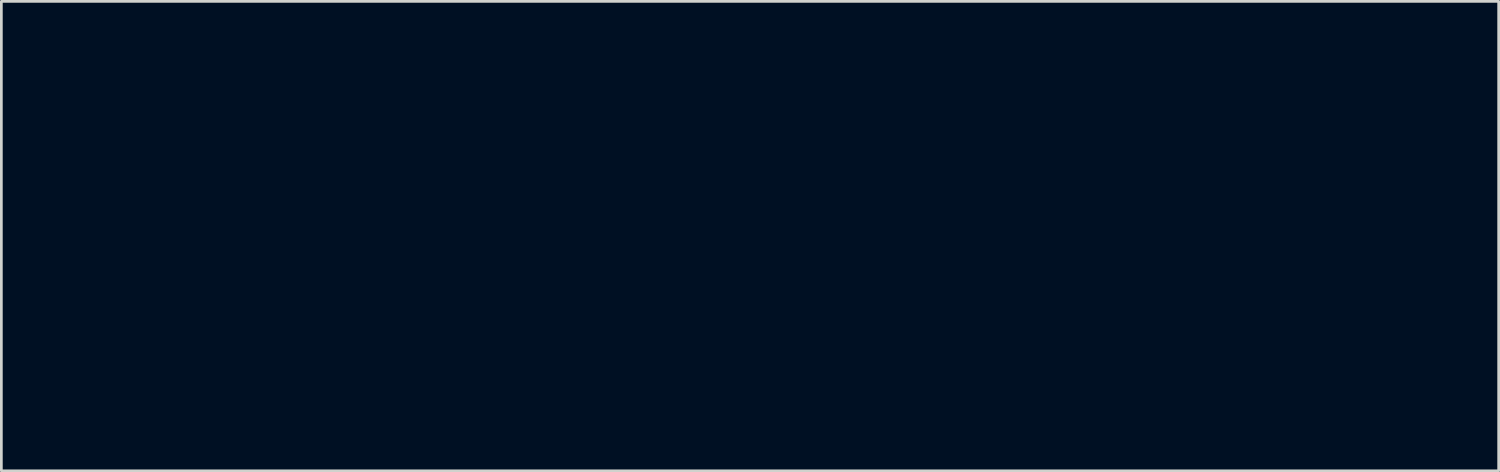
<source format=kicad_pcb>
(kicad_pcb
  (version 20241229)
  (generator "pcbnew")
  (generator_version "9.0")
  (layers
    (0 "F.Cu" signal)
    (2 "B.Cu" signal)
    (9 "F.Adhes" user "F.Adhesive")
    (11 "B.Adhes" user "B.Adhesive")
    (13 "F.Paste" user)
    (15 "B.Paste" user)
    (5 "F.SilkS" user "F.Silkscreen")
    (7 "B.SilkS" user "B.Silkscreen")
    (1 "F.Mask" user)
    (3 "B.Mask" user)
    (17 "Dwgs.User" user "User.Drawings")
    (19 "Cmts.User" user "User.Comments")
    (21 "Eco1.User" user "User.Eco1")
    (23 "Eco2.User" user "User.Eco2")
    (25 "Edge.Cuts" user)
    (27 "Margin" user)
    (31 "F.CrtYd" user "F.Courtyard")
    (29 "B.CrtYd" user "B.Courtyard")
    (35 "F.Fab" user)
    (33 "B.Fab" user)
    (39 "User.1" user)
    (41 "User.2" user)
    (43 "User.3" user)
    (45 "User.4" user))
  (footprint "OT_credits"
    (layer "F.Cu")
    (at 24.601 5.719)
    (property "Reference" "OT_credits" (at 0 0 0) (layer "F.Mask") (effects (font (size 1.524 1.524) (thickness 0.3))))
    (attr through_hole)
    (fp_poly (pts (xy -22.733 0.953) (xy -22.924 0.953) (xy -22.924 0.212) (xy -22.733 0.212) (xy -22.733 0.953)) (stroke (width 0.01) (type solid)) (fill yes) (layer "F.Mask"))
    (fp_poly (pts (xy -21.823 3.196) (xy -21.992 3.196) (xy -21.992 2.455) (xy -21.823 2.455) (xy -21.823 3.196)) (stroke (width 0.01) (type solid)) (fill yes) (layer "F.Mask"))
    (fp_poly (pts (xy -16.785 -2.773) (xy -17.145 -2.773) (xy -17.145 -3.133) (xy -16.785 -3.133) (xy -16.785 -2.773)) (stroke (width 0.01) (type solid)) (fill yes) (layer "F.Mask"))
    (fp_poly (pts (xy -15.579 0.953) (xy -15.748 0.953) (xy -15.748 0.212) (xy -15.579 0.212) (xy -15.579 0.953)) (stroke (width 0.01) (type solid)) (fill yes) (layer "F.Mask"))
    (fp_poly (pts (xy -14.076 2.074) (xy -14.245 2.074) (xy -14.245 1.333) (xy -14.076 1.333) (xy -14.076 2.074)) (stroke (width 0.01) (type solid)) (fill yes) (layer "F.Mask"))
    (fp_poly (pts (xy -13.504 1.799) (xy -13.695 1.799) (xy -13.695 1.609) (xy -13.504 1.609) (xy -13.504 1.799)) (stroke (width 0.01) (type solid)) (fill yes) (layer "F.Mask"))
    (fp_poly (pts (xy -12.404 0.953) (xy -12.573 0.953) (xy -12.573 0.212) (xy -12.404 0.212) (xy -12.404 0.953)) (stroke (width 0.01) (type solid)) (fill yes) (layer "F.Mask"))
    (fp_poly (pts (xy -10.075 -5.016) (xy -10.435 -5.016) (xy -10.435 -5.376) (xy -10.075 -5.376) (xy -10.075 -5.016)) (stroke (width 0.01) (type solid)) (fill yes) (layer "F.Mask"))
    (fp_poly (pts (xy -10.075 -2.773) (xy -10.435 -2.773) (xy -10.435 -4.636) (xy -10.075 -4.636) (xy -10.075 -2.773)) (stroke (width 0.01) (type solid)) (fill yes) (layer "F.Mask"))
    (fp_poly (pts (xy -9.313 -2.773) (xy -9.694 -2.773) (xy -9.694 -3.133) (xy -9.313 -3.133) (xy -9.313 -2.773)) (stroke (width 0.01) (type solid)) (fill yes) (layer "F.Mask"))
    (fp_poly (pts (xy -7.832 -5.016) (xy -9.694 -5.016) (xy -9.694 -5.376) (xy -7.832 -5.376) (xy -7.832 -5.016)) (stroke (width 0.01) (type solid)) (fill yes) (layer "F.Mask"))
    (fp_poly (pts (xy -4.276 2.074) (xy -4.466 2.074) (xy -4.466 1.333) (xy -4.276 1.333) (xy -4.276 2.074)) (stroke (width 0.01) (type solid)) (fill yes) (layer "F.Mask"))
    (fp_poly (pts (xy -3.45 3.196) (xy -3.619 3.196) (xy -3.619 2.455) (xy -3.45 2.455) (xy -3.45 3.196)) (stroke (width 0.01) (type solid)) (fill yes) (layer "F.Mask"))
    (fp_poly (pts (xy -2.138 0.953) (xy -2.328 0.953) (xy -2.328 0.212) (xy -2.138 0.212) (xy -2.138 0.953)) (stroke (width 0.01) (type solid)) (fill yes) (layer "F.Mask"))
    (fp_poly (pts (xy -0.931 1.799) (xy -1.101 1.799) (xy -1.101 1.609) (xy -0.931 1.609) (xy -0.931 1.799)) (stroke (width 0.01) (type solid)) (fill yes) (layer "F.Mask"))
    (fp_poly (pts (xy -0.085 2.921) (xy -0.275 2.921) (xy -0.275 2.731) (xy -0.085 2.731) (xy -0.085 2.921)) (stroke (width 0.01) (type solid)) (fill yes) (layer "F.Mask"))
    (fp_poly (pts (xy 0.55 2.074) (xy 0.381 2.074) (xy 0.381 1.333) (xy 0.55 1.333) (xy 0.55 2.074)) (stroke (width 0.01) (type solid)) (fill yes) (layer "F.Mask"))
    (fp_poly (pts (xy 0.741 -5.016) (xy -2.985 -5.016) (xy -2.985 -5.376) (xy 0.741 -5.376) (xy 0.741 -5.016)) (stroke (width 0.01) (type solid)) (fill yes) (layer "F.Mask"))
    (fp_poly (pts (xy 1.312 0.953) (xy 1.122 0.953) (xy 1.122 0.212) (xy 1.312 0.212) (xy 1.312 0.953)) (stroke (width 0.01) (type solid)) (fill yes) (layer "F.Mask"))
    (fp_poly (pts (xy 6.054 3.196) (xy 5.884 3.196) (xy 5.884 2.455) (xy 6.054 2.455) (xy 6.054 3.196)) (stroke (width 0.01) (type solid)) (fill yes) (layer "F.Mask"))
    (fp_poly (pts (xy 10.054 -5.016) (xy 3.365 -5.016) (xy 3.365 -5.376) (xy 10.054 -5.376) (xy 10.054 -5.016)) (stroke (width 0.01) (type solid)) (fill yes) (layer "F.Mask"))
    (fp_poly (pts (xy 10.435 3.196) (xy 10.266 3.196) (xy 10.266 2.455) (xy 10.435 2.455) (xy 10.435 3.196)) (stroke (width 0.01) (type solid)) (fill yes) (layer "F.Mask"))
    (fp_poly (pts (xy 10.816 -5.016) (xy 10.435 -5.016) (xy 10.435 -5.376) (xy 10.816 -5.376) (xy 10.816 -5.016)) (stroke (width 0.01) (type solid)) (fill yes) (layer "F.Mask"))
    (fp_poly (pts (xy 10.817 -2.773) (xy 10.435 -2.773) (xy 10.446 -4.625) (xy 10.806 -4.625) (xy 10.817 -2.773)) (stroke (width 0.01) (type solid)) (fill yes) (layer "F.Mask"))
    (fp_poly (pts (xy -10.911 2.466) (xy -10.906 2.831) (xy -10.9 3.196) (xy -11.091 3.196) (xy -11.091 2.453) (xy -10.911 2.466)) (stroke (width 0.01) (type solid)) (fill yes) (layer "F.Mask"))
    (fp_poly (pts (xy -5.599 -5.366) (xy -5.592 -5.191) (xy -5.586 -5.016) (xy -6.71 -5.016) (xy -6.71 -5.377) (xy -5.599 -5.366)) (stroke (width 0.01) (type solid)) (fill yes) (layer "F.Mask"))
    (fp_poly (pts (xy 5.588 0.677) (xy 5.408 0.677) (xy 5.415 0.582) (xy 5.423 0.487) (xy 5.588 0.487) (xy 5.588 0.677)) (stroke (width 0.01) (type solid)) (fill yes) (layer "F.Mask"))
    (fp_poly (pts (xy 14.683 -0.247) (xy 14.68 -0.234) (xy 14.668 -0.233) (xy 14.651 -0.241) (xy 14.654 -0.247) (xy 14.68 -0.249) (xy 14.683 -0.247)) (stroke (width 0.01) (type solid)) (fill yes) (layer "F.Mask"))
    (fp_poly (pts (xy -3.08 0.773) (xy -2.799 0.778) (xy -2.519 0.784) (xy -2.519 0.953) (xy -3.26 0.953) (xy -3.26 0.212) (xy -3.092 0.212) (xy -3.08 0.773)) (stroke (width 0.01) (type solid)) (fill yes) (layer "F.Mask"))
    (fp_poly (pts (xy 1.863 1.883) (xy 2.143 1.889) (xy 2.424 1.894) (xy 2.437 2.074) (xy 1.693 2.074) (xy 1.693 1.333) (xy 1.863 1.333) (xy 1.863 1.883)) (stroke (width 0.01) (type solid)) (fill yes) (layer "F.Mask"))
    (fp_poly (pts (xy -23.686 1.884) (xy -23.305 1.884) (xy -23.305 1.333) (xy -23.114 1.333) (xy -23.114 2.074) (xy -23.855 2.074) (xy -23.855 1.333) (xy -23.686 1.333) (xy -23.686 1.884)) (stroke (width 0.01) (type solid)) (fill yes) (layer "F.Mask"))
    (fp_poly (pts (xy -20.32 -0.169) (xy -20.511 -0.169) (xy -20.511 -0.72) (xy -20.892 -0.72) (xy -20.892 -0.169) (xy -21.061 -0.169) (xy -21.061 -0.91) (xy -20.32 -0.91) (xy -20.32 -0.169)) (stroke (width 0.01) (type solid)) (fill yes) (layer "F.Mask"))
    (fp_poly (pts (xy -19.664 0.402) (xy -20.235 0.402) (xy -20.235 0.783) (xy -19.664 0.783) (xy -19.664 0.953) (xy -20.405 0.953) (xy -20.405 0.212) (xy -19.664 0.212) (xy -19.664 0.402)) (stroke (width 0.01) (type solid)) (fill yes) (layer "F.Mask"))
    (fp_poly (pts (xy -19.664 1.884) (xy -19.283 1.884) (xy -19.283 1.333) (xy -19.113 1.333) (xy -19.113 2.074) (xy -19.854 2.074) (xy -19.854 1.333) (xy -19.664 1.333) (xy -19.664 1.884)) (stroke (width 0.01) (type solid)) (fill yes) (layer "F.Mask"))
    (fp_poly (pts (xy -18.182 1.524) (xy -18.457 1.524) (xy -18.457 2.074) (xy -18.648 2.074) (xy -18.648 1.524) (xy -18.923 1.524) (xy -18.923 1.333) (xy -18.182 1.333) (xy -18.182 1.524)) (stroke (width 0.01) (type solid)) (fill yes) (layer "F.Mask"))
    (fp_poly (pts (xy -17.801 0.953) (xy -17.992 0.953) (xy -17.992 0.402) (xy -18.373 0.402) (xy -18.373 0.953) (xy -18.542 0.953) (xy -18.542 0.212) (xy -17.801 0.212) (xy -17.801 0.953)) (stroke (width 0.01) (type solid)) (fill yes) (layer "F.Mask"))
    (fp_poly (pts (xy -16.87 0.402) (xy -17.145 0.402) (xy -17.145 0.953) (xy -17.335 0.953) (xy -17.335 0.402) (xy -17.611 0.402) (xy -17.611 0.212) (xy -16.87 0.212) (xy -16.87 0.402)) (stroke (width 0.01) (type solid)) (fill yes) (layer "F.Mask"))
    (fp_poly (pts (xy -16.87 2.625) (xy -17.42 2.625) (xy -17.42 3.006) (xy -16.87 3.006) (xy -16.87 3.196) (xy -17.611 3.196) (xy -17.611 2.455) (xy -16.87 2.455) (xy -16.87 2.625)) (stroke (width 0.01) (type solid)) (fill yes) (layer "F.Mask"))
    (fp_poly (pts (xy -16.32 1.524) (xy -16.87 1.524) (xy -16.87 1.884) (xy -16.32 1.884) (xy -16.32 2.074) (xy -17.039 2.074) (xy -17.039 1.333) (xy -16.32 1.333) (xy -16.32 1.524)) (stroke (width 0.01) (type solid)) (fill yes) (layer "F.Mask"))
    (fp_poly (pts (xy -14.076 2.625) (xy -14.351 2.625) (xy -14.351 3.196) (xy -14.541 3.196) (xy -14.541 2.625) (xy -14.817 2.625) (xy -14.817 2.455) (xy -14.076 2.455) (xy -14.076 2.625)) (stroke (width 0.01) (type solid)) (fill yes) (layer "F.Mask"))
    (fp_poly (pts (xy -12.785 0.402) (xy -13.06 0.402) (xy -13.06 0.953) (xy -13.229 0.953) (xy -13.229 0.402) (xy -13.504 0.402) (xy -13.504 0.212) (xy -12.785 0.212) (xy -12.785 0.402)) (stroke (width 0.01) (type solid)) (fill yes) (layer "F.Mask"))
    (fp_poly (pts (xy -10.541 0.953) (xy -10.71 0.953) (xy -10.71 0.402) (xy -11.091 0.402) (xy -11.091 0.953) (xy -11.282 0.953) (xy -11.282 0.212) (xy -10.541 0.212) (xy -10.541 0.953)) (stroke (width 0.01) (type solid)) (fill yes) (layer "F.Mask"))
    (fp_poly (pts (xy -9.97 2.625) (xy -10.541 2.625) (xy -10.541 3.006) (xy -9.97 3.006) (xy -9.97 3.196) (xy -10.71 3.196) (xy -10.71 2.455) (xy -9.97 2.455) (xy -9.97 2.625)) (stroke (width 0.01) (type solid)) (fill yes) (layer "F.Mask"))
    (fp_poly (pts (xy -7.832 -4.255) (xy -8.572 -4.255) (xy -8.572 -3.133) (xy -7.832 -3.133) (xy -7.832 -2.773) (xy -8.932 -2.773) (xy -8.932 -4.636) (xy -7.832 -4.636) (xy -7.832 -4.255)) (stroke (width 0.01) (type solid)) (fill yes) (layer "F.Mask"))
    (fp_poly (pts (xy -7.091 -0.72) (xy -7.641 -0.72) (xy -7.641 -0.339) (xy -7.091 -0.339) (xy -7.091 -0.169) (xy -7.811 -0.169) (xy -7.811 -0.91) (xy -7.091 -0.91) (xy -7.091 -0.72)) (stroke (width 0.01) (type solid)) (fill yes) (layer "F.Mask"))
    (fp_poly (pts (xy -7.091 1.884) (xy -6.71 1.884) (xy -6.71 1.333) (xy -6.519 1.333) (xy -6.519 2.074) (xy -7.26 2.074) (xy -7.26 1.333) (xy -7.091 1.333) (xy -7.091 1.884)) (stroke (width 0.01) (type solid)) (fill yes) (layer "F.Mask"))
    (fp_poly (pts (xy -6.9 2.625) (xy -7.176 2.625) (xy -7.176 3.196) (xy -7.366 3.196) (xy -7.366 2.625) (xy -7.641 2.625) (xy -7.641 2.455) (xy -6.9 2.455) (xy -6.9 2.625)) (stroke (width 0.01) (type solid)) (fill yes) (layer "F.Mask"))
    (fp_poly (pts (xy -6.244 0.402) (xy -6.795 0.402) (xy -6.795 0.783) (xy -6.244 0.783) (xy -6.244 0.953) (xy -6.985 0.953) (xy -6.985 0.212) (xy -6.244 0.212) (xy -6.244 0.402)) (stroke (width 0.01) (type solid)) (fill yes) (layer "F.Mask"))
    (fp_poly (pts (xy -4.657 1.524) (xy -4.953 1.524) (xy -4.953 2.074) (xy -5.122 2.074) (xy -5.122 1.524) (xy -5.397 1.524) (xy -5.397 1.333) (xy -4.657 1.333) (xy -4.657 1.524)) (stroke (width 0.01) (type solid)) (fill yes) (layer "F.Mask"))
    (fp_poly (pts (xy -3.831 2.625) (xy -4.381 2.625) (xy -4.381 3.006) (xy -3.831 3.006) (xy -3.831 3.196) (xy -4.572 3.196) (xy -4.572 2.455) (xy -3.831 2.455) (xy -3.831 2.625)) (stroke (width 0.01) (type solid)) (fill yes) (layer "F.Mask"))
    (fp_poly (pts (xy -3.365 -0.339) (xy -2.986 -0.339) (xy -2.974 -0.9) (xy -2.805 -0.9) (xy -2.793 -0.169) (xy -3.535 -0.169) (xy -3.535 -0.91) (xy -3.365 -0.91) (xy -3.365 -0.339)) (stroke (width 0.01) (type solid)) (fill yes) (layer "F.Mask"))
    (fp_poly (pts (xy -2.434 2.074) (xy -2.603 2.074) (xy -2.603 1.524) (xy -2.985 1.524) (xy -2.985 2.074) (xy -3.175 2.074) (xy -3.175 1.333) (xy -2.434 1.333) (xy -2.434 2.074)) (stroke (width 0.01) (type solid)) (fill yes) (layer "F.Mask"))
    (fp_poly (pts (xy -1.587 2.625) (xy -1.863 2.625) (xy -1.863 3.196) (xy -2.053 3.196) (xy -2.053 2.625) (xy -2.328 2.625) (xy -2.328 2.455) (xy -1.587 2.455) (xy -1.587 2.625)) (stroke (width 0.01) (type solid)) (fill yes) (layer "F.Mask"))
    (fp_poly (pts (xy 0.191 2.074) (xy 0 2.074) (xy 0 1.524) (xy -0.36 1.524) (xy -0.36 2.074) (xy -0.55 2.074) (xy -0.55 1.333) (xy 0.191 1.333) (xy 0.191 2.074)) (stroke (width 0.01) (type solid)) (fill yes) (layer "F.Mask"))
    (fp_poly (pts (xy 1.111 -4.625) (xy 1.122 -2.773) (xy 0.741 -2.773) (xy 0.741 -4.255) (xy 0.36 -4.255) (xy 0.36 -2.773) (xy 0 -2.773) (xy 0 -4.636) (xy 1.111 -4.625)) (stroke (width 0.01) (type solid)) (fill yes) (layer "F.Mask"))
    (fp_poly (pts (xy 1.587 -0.339) (xy 1.968 -0.339) (xy 1.968 -0.91) (xy 2.138 -0.91) (xy 2.138 -0.169) (xy 1.418 -0.169) (xy 1.418 -0.91) (xy 1.587 -0.91) (xy 1.587 -0.339)) (stroke (width 0.01) (type solid)) (fill yes) (layer "F.Mask"))
    (fp_poly (pts (xy 3.26 3.006) (xy 3.641 3.006) (xy 3.641 2.455) (xy 3.831 2.455) (xy 3.831 3.196) (xy 3.09 3.196) (xy 3.09 2.455) (xy 3.26 2.455) (xy 3.26 3.006)) (stroke (width 0.01) (type solid)) (fill yes) (layer "F.Mask"))
    (fp_poly (pts (xy 5.974 -4.631) (xy 6.339 -4.625) (xy 6.346 -4.44) (xy 6.352 -4.255) (xy 5.969 -4.255) (xy 5.969 -2.773) (xy 5.609 -2.773) (xy 5.609 -4.636) (xy 5.974 -4.631)) (stroke (width 0.01) (type solid)) (fill yes) (layer "F.Mask"))
    (fp_poly (pts (xy 7.731 1.613) (xy 7.788 1.619) (xy 7.815 1.635) (xy 7.825 1.673) (xy 7.828 1.709) (xy 7.834 1.799) (xy 7.641 1.799) (xy 7.641 1.606) (xy 7.731 1.613)) (stroke (width 0.01) (type solid)) (fill yes) (layer "F.Mask"))
    (fp_poly (pts (xy 12.298 -2.773) (xy 11.938 -2.773) (xy 11.938 -4.255) (xy 11.557 -4.255) (xy 11.557 -2.773) (xy 11.197 -2.773) (xy 11.197 -4.636) (xy 12.298 -4.636) (xy 12.298 -2.773)) (stroke (width 0.01) (type solid)) (fill yes) (layer "F.Mask"))
    (fp_poly (pts (xy 15.236 -1.915) (xy 15.24 -1.905) (xy 15.223 -1.886) (xy 15.208 -1.884) (xy 15.18 -1.895) (xy 15.177 -1.905) (xy 15.194 -1.924) (xy 15.208 -1.926) (xy 15.236 -1.915)) (stroke (width 0.01) (type solid)) (fill yes) (layer "F.Mask"))
    (fp_poly (pts (xy 4.577 -0.905) (xy 4.942 -0.9) (xy 4.954 -0.169) (xy 4.763 -0.169) (xy 4.763 -0.72) (xy 4.381 -0.72) (xy 4.381 -0.169) (xy 4.212 -0.169) (xy 4.212 -0.911) (xy 4.577 -0.905)) (stroke (width 0.01) (type solid)) (fill yes) (layer "F.Mask"))
    (fp_poly (pts (xy -21.823 0.402) (xy -22.098 0.402) (xy -22.098 0.953) (xy -22.266 0.953) (xy -22.278 0.413) (xy -22.553 0.401) (xy -22.551 0.311) (xy -22.548 0.222) (xy -22.186 0.216) (xy -21.823 0.211) (xy -21.823 0.402)) (stroke (width 0.01) (type solid)) (fill yes) (layer "F.Mask"))
    (fp_poly (pts (xy -14.266 0.783) (xy -13.885 0.783) (xy -13.885 0.212) (xy -13.718 0.212) (xy -13.712 0.582) (xy -13.705 0.953) (xy -14.446 0.953) (xy -14.44 0.582) (xy -14.434 0.212) (xy -14.266 0.212) (xy -14.266 0.783)) (stroke (width 0.01) (type solid)) (fill yes) (layer "F.Mask"))
    (fp_poly (pts (xy -13.06 -3.133) (xy -12.679 -3.133) (xy -12.674 -3.879) (xy -12.668 -4.625) (xy -12.318 -4.625) (xy -12.313 -3.699) (xy -12.308 -2.773) (xy -13.42 -2.773) (xy -13.42 -4.636) (xy -13.06 -4.636) (xy -13.06 -3.133)) (stroke (width 0.01) (type solid)) (fill yes) (layer "F.Mask"))
    (fp_poly (pts (xy -11.282 3.196) (xy -11.45 3.196) (xy -11.456 2.916) (xy -11.462 2.635) (xy -11.647 2.629) (xy -11.832 2.623) (xy -11.832 3.196) (xy -12.023 3.196) (xy -12.023 2.455) (xy -11.282 2.455) (xy -11.282 3.196)) (stroke (width 0.01) (type solid)) (fill yes) (layer "F.Mask"))
    (fp_poly (pts (xy -7.091 -4.636) (xy -6.35 -4.636) (xy -6.35 -2.773) (xy -6.71 -2.773) (xy -6.71 -4.255) (xy -7.091 -4.255) (xy -7.091 -2.773) (xy -7.451 -2.773) (xy -7.451 -5.376) (xy -7.091 -5.376) (xy -7.091 -4.636)) (stroke (width 0.01) (type solid)) (fill yes) (layer "F.Mask"))
    (fp_poly (pts (xy 14.864 -2.044) (xy 14.857 -2.003) (xy 14.853 -1.99) (xy 14.829 -1.94) (xy 14.808 -1.928) (xy 14.788 -1.94) (xy 14.776 -1.971) (xy 14.799 -2.011) (xy 14.808 -2.02) (xy 14.846 -2.05) (xy 14.864 -2.044)) (stroke (width 0.01) (type solid)) (fill yes) (layer "F.Mask"))
    (fp_poly (pts (xy -23.114 -0.169) (xy -23.855 -0.169) (xy -23.855 -0.72) (xy -23.686 -0.72) (xy -23.686 -0.339) (xy -23.305 -0.339) (xy -23.305 -0.72) (xy -23.686 -0.72) (xy -23.855 -0.72) (xy -23.855 -0.91) (xy -23.114 -0.91) (xy -23.114 -0.169)) (stroke (width 0.01) (type solid)) (fill yes) (layer "F.Mask"))
    (fp_poly (pts (xy -3.365 -2.773) (xy -4.466 -2.773) (xy -4.466 -4.995) (xy -4.106 -4.995) (xy -4.106 -3.133) (xy -3.725 -3.133) (xy -3.725 -4.995) (xy -4.106 -4.995) (xy -4.466 -4.995) (xy -4.466 -5.376) (xy -3.365 -5.376) (xy -3.365 -2.773)) (stroke (width 0.01) (type solid)) (fill yes) (layer "F.Mask"))
    (fp_poly (pts (xy 2.227 0.582) (xy 2.233 0.953) (xy 2.053 0.953) (xy 2.053 0.402) (xy 1.672 0.402) (xy 1.672 0.953) (xy 1.582 0.953) (xy 1.492 0.953) (xy 1.498 0.582) (xy 1.505 0.212) (xy 2.221 0.212) (xy 2.227 0.582)) (stroke (width 0.01) (type solid)) (fill yes) (layer "F.Mask"))
    (fp_poly (pts (xy 8.191 3.196) (xy 7.451 3.196) (xy 7.451 2.625) (xy 7.641 2.625) (xy 7.641 3.006) (xy 8.022 3.006) (xy 8.022 2.625) (xy 7.641 2.625) (xy 7.451 2.625) (xy 7.451 2.455) (xy 8.191 2.455) (xy 8.191 3.196)) (stroke (width 0.01) (type solid)) (fill yes) (layer "F.Mask"))
    (fp_poly (pts (xy 19.167 -2.85) (xy 19.177 -2.817) (xy 19.177 -2.817) (xy 19.166 -2.783) (xy 19.125 -2.773) (xy 19.123 -2.773) (xy 19.082 -2.781) (xy 19.075 -2.808) (xy 19.075 -2.81) (xy 19.099 -2.842) (xy 19.13 -2.854) (xy 19.167 -2.85)) (stroke (width 0.01) (type solid)) (fill yes) (layer "F.Mask"))
    (fp_poly (pts (xy -23.686 0.783) (xy -23.58 0.783) (xy -23.58 0.212) (xy -23.41 0.212) (xy -23.41 0.783) (xy -23.305 0.783) (xy -23.305 0.212) (xy -23.114 0.212) (xy -23.114 0.953) (xy -23.855 0.953) (xy -23.855 0.212) (xy -23.686 0.212) (xy -23.686 0.783)) (stroke (width 0.01) (type solid)) (fill yes) (layer "F.Mask"))
    (fp_poly (pts (xy -21.442 0.487) (xy -21.061 0.487) (xy -21.061 0.212) (xy -20.892 0.212) (xy -20.892 0.953) (xy -21.061 0.953) (xy -21.061 0.677) (xy -21.442 0.677) (xy -21.442 0.953) (xy -21.632 0.953) (xy -21.632 0.212) (xy -21.442 0.212) (xy -21.442 0.487)) (stroke (width 0.01) (type solid)) (fill yes) (layer "F.Mask"))
    (fp_poly (pts (xy -19.664 -0.614) (xy -19.283 -0.614) (xy -19.283 -0.91) (xy -19.113 -0.91) (xy -19.113 -0.169) (xy -19.283 -0.169) (xy -19.283 -0.445) (xy -19.664 -0.445) (xy -19.664 -0.169) (xy -19.854 -0.169) (xy -19.854 -0.91) (xy -19.664 -0.91) (xy -19.664 -0.614)) (stroke (width 0.01) (type solid)) (fill yes) (layer "F.Mask"))
    (fp_poly (pts (xy -16.51 2.731) (xy -16.129 2.731) (xy -16.129 2.455) (xy -15.938 2.455) (xy -15.938 3.196) (xy -16.129 3.196) (xy -16.129 2.921) (xy -16.51 2.921) (xy -16.51 3.196) (xy -16.679 3.196) (xy -16.679 2.455) (xy -16.51 2.455) (xy -16.51 2.731)) (stroke (width 0.01) (type solid)) (fill yes) (layer "F.Mask"))
    (fp_poly (pts (xy -15.938 1.609) (xy -15.557 1.609) (xy -15.557 1.333) (xy -15.388 1.333) (xy -15.388 2.074) (xy -15.557 2.074) (xy -15.557 1.799) (xy -15.938 1.799) (xy -15.938 2.074) (xy -16.129 2.074) (xy -16.129 1.333) (xy -15.938 1.333) (xy -15.938 1.609)) (stroke (width 0.01) (type solid)) (fill yes) (layer "F.Mask"))
    (fp_poly (pts (xy -12.213 3.196) (xy -12.954 3.196) (xy -12.954 3.006) (xy -12.786 3.006) (xy -12.404 3.006) (xy -12.404 2.623) (xy -12.774 2.635) (xy -12.78 2.82) (xy -12.786 3.006) (xy -12.954 3.006) (xy -12.954 2.455) (xy -12.213 2.455) (xy -12.213 3.196)) (stroke (width 0.01) (type solid)) (fill yes) (layer "F.Mask"))
    (fp_poly (pts (xy -8.022 -0.72) (xy -8.572 -0.72) (xy -8.572 -0.614) (xy -8.022 -0.614) (xy -8.022 -0.445) (xy -8.572 -0.445) (xy -8.572 -0.339) (xy -8.022 -0.339) (xy -8.022 -0.169) (xy -8.763 -0.169) (xy -8.763 -0.91) (xy -8.022 -0.91) (xy -8.022 -0.72)) (stroke (width 0.01) (type solid)) (fill yes) (layer "F.Mask"))
    (fp_poly (pts (xy -8.022 0.487) (xy -7.641 0.487) (xy -7.641 0.212) (xy -7.451 0.212) (xy -7.451 0.677) (xy -7.747 0.677) (xy -7.747 0.953) (xy -7.916 0.953) (xy -7.916 0.677) (xy -8.191 0.677) (xy -8.191 0.212) (xy -8.022 0.212) (xy -8.022 0.487)) (stroke (width 0.01) (type solid)) (fill yes) (layer "F.Mask"))
    (fp_poly (pts (xy -6.16 -0.72) (xy -6.435 -0.72) (xy -6.435 -0.169) (xy -6.525 -0.169) (xy -6.615 -0.169) (xy -6.615 -0.709) (xy -6.759 -0.715) (xy -6.903 -0.722) (xy -6.896 -0.811) (xy -6.89 -0.9) (xy -6.525 -0.905) (xy -6.16 -0.911) (xy -6.16 -0.72)) (stroke (width 0.01) (type solid)) (fill yes) (layer "F.Mask"))
    (fp_poly (pts (xy -5.964 1.338) (xy -5.599 1.344) (xy -5.592 1.434) (xy -5.586 1.524) (xy -6.16 1.524) (xy -6.16 1.883) (xy -5.879 1.889) (xy -5.599 1.894) (xy -5.592 1.984) (xy -5.586 2.074) (xy -6.329 2.074) (xy -6.329 1.333) (xy -5.964 1.338)) (stroke (width 0.01) (type solid)) (fill yes) (layer "F.Mask"))
    (fp_poly (pts (xy -4.763 3.196) (xy -5.503 3.196) (xy -5.503 3.006) (xy -5.313 3.006) (xy -4.93 3.006) (xy -4.936 2.82) (xy -4.942 2.635) (xy -5.313 2.623) (xy -5.313 3.006) (xy -5.503 3.006) (xy -5.503 2.455) (xy -4.763 2.455) (xy -4.763 3.196)) (stroke (width 0.01) (type solid)) (fill yes) (layer "F.Mask"))
    (fp_poly (pts (xy -4.572 -0.614) (xy -4.191 -0.614) (xy -4.191 -0.91) (xy -4 -0.91) (xy -4 -0.445) (xy -4.276 -0.445) (xy -4.276 -0.169) (xy -4.466 -0.169) (xy -4.466 -0.445) (xy -4.741 -0.445) (xy -4.741 -0.91) (xy -4.572 -0.91) (xy -4.572 -0.614)) (stroke (width 0.01) (type solid)) (fill yes) (layer "F.Mask"))
    (fp_poly (pts (xy -1.206 2.731) (xy -0.826 2.731) (xy -0.826 2.455) (xy -0.656 2.455) (xy -0.656 2.921) (xy -0.931 2.921) (xy -0.931 3.196) (xy -1.101 3.196) (xy -1.101 2.921) (xy -1.397 2.921) (xy -1.397 2.455) (xy -1.206 2.455) (xy -1.206 2.731)) (stroke (width 0.01) (type solid)) (fill yes) (layer "F.Mask"))
    (fp_poly (pts (xy -0.931 -0.72) (xy -1.482 -0.72) (xy -1.482 -0.614) (xy -0.931 -0.614) (xy -0.931 -0.169) (xy -1.672 -0.169) (xy -1.672 -0.339) (xy -1.101 -0.339) (xy -1.101 -0.445) (xy -1.672 -0.445) (xy -1.672 -0.91) (xy -0.931 -0.91) (xy -0.931 -0.72)) (stroke (width 0.01) (type solid)) (fill yes) (layer "F.Mask"))
    (fp_poly (pts (xy 0.36 0.487) (xy 0.741 0.487) (xy 0.741 0.212) (xy 0.931 0.212) (xy 0.931 0.953) (xy 0.741 0.953) (xy 0.741 0.677) (xy 0.36 0.677) (xy 0.36 0.953) (xy 0.191 0.953) (xy 0.191 0.212) (xy 0.36 0.212) (xy 0.36 0.487)) (stroke (width 0.01) (type solid)) (fill yes) (layer "F.Mask"))
    (fp_poly (pts (xy 0.466 2.731) (xy 0.847 2.731) (xy 0.847 2.455) (xy 1.037 2.455) (xy 1.037 2.921) (xy 0.741 2.921) (xy 0.741 3.196) (xy 0.572 3.196) (xy 0.572 2.921) (xy 0.296 2.921) (xy 0.296 2.455) (xy 0.466 2.455) (xy 0.466 2.731)) (stroke (width 0.01) (type solid)) (fill yes) (layer "F.Mask"))
    (fp_poly (pts (xy 2.985 -4.636) (xy 3.725 -4.636) (xy 3.725 -2.773) (xy 3.365 -2.773) (xy 3.365 -4.255) (xy 2.985 -4.255) (xy 2.985 -2.773) (xy 2.603 -2.773) (xy 2.609 -4.069) (xy 2.614 -5.366) (xy 2.799 -5.372) (xy 2.985 -5.378) (xy 2.985 -4.636)) (stroke (width 0.01) (type solid)) (fill yes) (layer "F.Mask"))
    (fp_poly (pts (xy 4 -0.72) (xy 3.45 -0.72) (xy 3.45 -0.614) (xy 4 -0.614) (xy 4 -0.445) (xy 3.45 -0.445) (xy 3.45 -0.339) (xy 4 -0.339) (xy 4 -0.169) (xy 3.26 -0.169) (xy 3.26 -0.91) (xy 4 -0.91) (xy 4 -0.72)) (stroke (width 0.01) (type solid)) (fill yes) (layer "F.Mask"))
    (fp_poly (pts (xy 5.122 2.731) (xy 5.503 2.731) (xy 5.503 2.455) (xy 5.673 2.455) (xy 5.673 3.196) (xy 5.503 3.196) (xy 5.503 2.921) (xy 5.122 2.921) (xy 5.122 3.196) (xy 4.953 3.196) (xy 4.953 2.455) (xy 5.122 2.455) (xy 5.122 2.731)) (stroke (width 0.01) (type solid)) (fill yes) (layer "F.Mask"))
    (fp_poly (pts (xy 6.795 1.609) (xy 7.176 1.609) (xy 7.176 1.333) (xy 7.366 1.333) (xy 7.366 1.799) (xy 7.091 1.799) (xy 7.091 2.074) (xy 6.9 2.074) (xy 6.9 1.799) (xy 6.625 1.799) (xy 6.625 1.333) (xy 6.795 1.333) (xy 6.795 1.609)) (stroke (width 0.01) (type solid)) (fill yes) (layer "F.Mask"))
    (fp_poly (pts (xy 9.504 2.731) (xy 9.885 2.731) (xy 9.885 2.455) (xy 10.054 2.455) (xy 10.054 3.196) (xy 9.885 3.196) (xy 9.885 2.921) (xy 9.504 2.921) (xy 9.504 3.196) (xy 9.324 3.196) (xy 9.336 2.455) (xy 9.504 2.455) (xy 9.504 2.731)) (stroke (width 0.01) (type solid)) (fill yes) (layer "F.Mask"))
    (fp_poly (pts (xy 10.054 -2.773) (xy 9.694 -2.773) (xy 9.694 -4.255) (xy 9.313 -4.255) (xy 9.313 -2.773) (xy 8.954 -2.773) (xy 8.954 -4.255) (xy 8.572 -4.255) (xy 8.572 -2.773) (xy 8.213 -2.773) (xy 8.213 -4.636) (xy 10.054 -4.636) (xy 10.054 -2.773)) (stroke (width 0.01) (type solid)) (fill yes) (layer "F.Mask"))
    (fp_poly (pts (xy -23.495 -3.133) (xy -23.115 -3.133) (xy -23.109 -3.879) (xy -23.103 -4.625) (xy -22.744 -4.625) (xy -22.732 -3.133) (xy -22.352 -3.133) (xy -22.352 -4.636) (xy -22.013 -4.636) (xy -22.013 -2.773) (xy -23.855 -2.773) (xy -23.855 -4.636) (xy -23.495 -4.636) (xy -23.495 -3.133)) (stroke (width 0.01) (type solid)) (fill yes) (layer "F.Mask"))
    (fp_poly (pts (xy -20.511 -3.133) (xy -20.13 -3.133) (xy -20.13 -4.636) (xy -19.77 -4.636) (xy -19.77 -2.773) (xy -21.633 -2.773) (xy -21.622 -4.625) (xy -21.262 -4.625) (xy -21.256 -3.879) (xy -21.251 -3.133) (xy -20.87 -3.133) (xy -20.87 -4.636) (xy -20.511 -4.636) (xy -20.511 -3.133)) (stroke (width 0.01) (type solid)) (fill yes) (layer "F.Mask"))
    (fp_poly (pts (xy -8.399 1.704) (xy -8.393 2.074) (xy -9.133 2.074) (xy -9.127 1.704) (xy -9.124 1.524) (xy -8.954 1.524) (xy -8.954 1.884) (xy -8.572 1.884) (xy -8.572 1.524) (xy -8.954 1.524) (xy -9.124 1.524) (xy -9.121 1.333) (xy -8.405 1.333) (xy -8.399 1.704)) (stroke (width 0.01) (type solid)) (fill yes) (layer "F.Mask"))
    (fp_poly (pts (xy 2.226 -5.196) (xy 2.233 -5.016) (xy 2.048 -5.016) (xy 1.863 -5.016) (xy 1.863 -2.773) (xy 1.677 -2.773) (xy 1.492 -2.773) (xy 1.492 -5.006) (xy 1.307 -5.012) (xy 1.122 -5.018) (xy 1.122 -5.376) (xy 1.671 -5.376) (xy 2.219 -5.376) (xy 2.226 -5.196)) (stroke (width 0.01) (type solid)) (fill yes) (layer "F.Mask"))
    (fp_poly (pts (xy 6.71 2.731) (xy 7.091 2.731) (xy 7.091 2.455) (xy 7.26 2.455) (xy 7.26 2.921) (xy 6.985 2.921) (xy 6.985 3.196) (xy 6.818 3.196) (xy 6.805 2.932) (xy 6.662 2.925) (xy 6.519 2.919) (xy 6.519 2.455) (xy 6.71 2.455) (xy 6.71 2.731)) (stroke (width 0.01) (type solid)) (fill yes) (layer "F.Mask"))
    (fp_poly (pts (xy 22.074 0.488) (xy 22.077 0.537) (xy 22.077 0.538) (xy 22.066 0.597) (xy 22.038 0.635) (xy 22.002 0.645) (xy 21.972 0.625) (xy 21.955 0.583) (xy 21.954 0.536) (xy 21.968 0.49) (xy 22.007 0.471) (xy 22.019 0.47) (xy 22.058 0.469) (xy 22.074 0.488)) (stroke (width 0.01) (type solid)) (fill yes) (layer "F.Mask"))
    (fp_poly (pts (xy -12.594 -0.72) (xy -13.145 -0.72) (xy -13.145 -0.614) (xy -12.594 -0.614) (xy -12.594 -0.445) (xy -13.145 -0.445) (xy -13.145 -0.339) (xy -12.594 -0.339) (xy -12.594 -0.169) (xy -13.336 -0.169) (xy -13.33 -0.534) (xy -13.324 -0.9) (xy -12.959 -0.905) (xy -12.594 -0.911) (xy -12.594 -0.72)) (stroke (width 0.01) (type solid)) (fill yes) (layer "F.Mask"))
    (fp_poly (pts (xy -10.816 -2.773) (xy -11.927 -2.773) (xy -11.923 -3.699) (xy -11.92 -4.255) (xy -11.557 -4.255) (xy -11.557 -3.133) (xy -11.176 -3.133) (xy -11.176 -4.255) (xy -11.557 -4.255) (xy -11.92 -4.255) (xy -11.918 -4.625) (xy -11.176 -4.636) (xy -11.176 -5.376) (xy -10.816 -5.376) (xy -10.816 -2.773)) (stroke (width 0.01) (type solid)) (fill yes) (layer "F.Mask"))
    (fp_poly (pts (xy -9.88 -0.905) (xy -9.514 -0.9) (xy -9.509 -0.534) (xy -9.503 -0.169) (xy -10.245 -0.169) (xy -10.245 -0.339) (xy -10.077 -0.339) (xy -9.694 -0.339) (xy -9.694 -0.721) (xy -9.88 -0.715) (xy -10.065 -0.709) (xy -10.077 -0.339) (xy -10.245 -0.339) (xy -10.245 -0.911) (xy -9.88 -0.905)) (stroke (width 0.01) (type solid)) (fill yes) (layer "F.Mask"))
    (fp_poly (pts (xy -3.365 2.074) (xy -4.107 2.074) (xy -4.104 1.884) (xy -3.916 1.884) (xy -3.533 1.884) (xy -3.545 1.535) (xy -3.731 1.528) (xy -3.916 1.522) (xy -3.916 1.884) (xy -4.104 1.884) (xy -4.102 1.709) (xy -4.096 1.344) (xy -3.731 1.338) (xy -3.365 1.333) (xy -3.365 2.074)) (stroke (width 0.01) (type solid)) (fill yes) (layer "F.Mask"))
    (fp_poly (pts (xy 6.059 1.338) (xy 6.424 1.344) (xy 6.43 1.709) (xy 6.436 2.074) (xy 5.694 2.074) (xy 5.694 1.884) (xy 5.861 1.884) (xy 6.244 1.884) (xy 6.244 1.522) (xy 6.059 1.528) (xy 5.874 1.535) (xy 5.861 1.884) (xy 5.694 1.884) (xy 5.694 1.333) (xy 6.059 1.338)) (stroke (width 0.01) (type solid)) (fill yes) (layer "F.Mask"))
    (fp_poly (pts (xy 14.561 -0.322) (xy 14.563 -0.309) (xy 14.58 -0.277) (xy 14.6 -0.265) (xy 14.624 -0.251) (xy 14.611 -0.239) (xy 14.594 -0.232) (xy 14.549 -0.216) (xy 14.526 -0.216) (xy 14.516 -0.223) (xy 14.511 -0.25) (xy 14.517 -0.293) (xy 14.531 -0.328) (xy 14.544 -0.339) (xy 14.561 -0.322)) (stroke (width 0.01) (type solid)) (fill yes) (layer "F.Mask"))
    (fp_poly (pts (xy -11.472 0.953) (xy -12.214 0.953) (xy -12.212 0.785) (xy -12.023 0.785) (xy -11.837 0.779) (xy -11.652 0.773) (xy -11.652 0.413) (xy -11.837 0.407) (xy -12.023 0.401) (xy -12.023 0.785) (xy -12.212 0.785) (xy -12.208 0.587) (xy -12.203 0.222) (xy -11.837 0.216) (xy -11.472 0.211) (xy -11.472 0.953)) (stroke (width 0.01) (type solid)) (fill yes) (layer "F.Mask"))
    (fp_poly (pts (xy -8.954 -0.369) (xy -9.086 -0.238) (xy -9.147 -0.179) (xy -9.196 -0.134) (xy -9.225 -0.109) (xy -9.231 -0.106) (xy -9.251 -0.12) (xy -9.288 -0.154) (xy -9.299 -0.165) (xy -9.355 -0.224) (xy -9.238 -0.34) (xy -9.121 -0.455) (xy -9.133 -0.709) (xy -9.313 -0.722) (xy -9.313 -0.91) (xy -8.954 -0.91) (xy -8.954 -0.369)) (stroke (width 0.01) (type solid)) (fill yes) (layer "F.Mask"))
    (fp_poly (pts (xy 7.276 -4.631) (xy 7.821 -4.625) (xy 7.832 -3.514) (xy 7.091 -3.514) (xy 7.091 -3.133) (xy 7.832 -3.133) (xy 7.832 -2.773) (xy 6.731 -2.773) (xy 6.731 -4.255) (xy 7.091 -4.255) (xy 7.091 -3.873) (xy 7.451 -3.873) (xy 7.451 -4.255) (xy 7.091 -4.255) (xy 6.731 -4.255) (xy 6.731 -4.636) (xy 7.276 -4.631)) (stroke (width 0.01) (type solid)) (fill yes) (layer "F.Mask"))
    (fp_poly (pts (xy 15.046 -2.144) (xy 15.079 -2.119) (xy 15.099 -2.092) (xy 15.093 -2.074) (xy 15.055 -2.052) (xy 15.042 -2.045) (xy 14.981 -2.019) (xy 14.952 -2.013) (xy 14.947 -2.028) (xy 14.951 -2.042) (xy 14.946 -2.077) (xy 14.929 -2.092) (xy 14.91 -2.11) (xy 14.926 -2.126) (xy 14.98 -2.143) (xy 14.988 -2.145) (xy 15.046 -2.144)) (stroke (width 0.01) (type solid)) (fill yes) (layer "F.Mask"))
    (fp_poly (pts (xy -17.526 -2.773) (xy -19.389 -2.773) (xy -19.384 -3.699) (xy -19.378 -4.625) (xy -19.027 -4.625) (xy -19.023 -3.884) (xy -19.018 -3.143) (xy -18.833 -3.137) (xy -18.648 -3.131) (xy -18.643 -3.878) (xy -18.637 -4.625) (xy -18.277 -4.625) (xy -18.272 -3.879) (xy -18.266 -3.133) (xy -17.886 -3.133) (xy -17.886 -4.636) (xy -17.526 -4.636) (xy -17.526 -2.773)) (stroke (width 0.01) (type solid)) (fill yes) (layer "F.Mask"))
    (fp_poly (pts (xy -13.801 -2.773) (xy -14.901 -2.773) (xy -14.901 -3.131) (xy -14.541 -3.131) (xy -14.356 -3.137) (xy -14.171 -3.143) (xy -14.171 -3.503) (xy -14.356 -3.509) (xy -14.541 -3.515) (xy -14.541 -3.131) (xy -14.901 -3.131) (xy -14.901 -3.873) (xy -14.171 -3.884) (xy -14.165 -4.069) (xy -14.159 -4.255) (xy -14.901 -4.255) (xy -14.901 -4.636) (xy -13.801 -4.636) (xy -13.801 -2.773)) (stroke (width 0.01) (type solid)) (fill yes) (layer "F.Mask"))
    (fp_poly (pts (xy 14.824 -2.157) (xy 14.818 -2.15) (xy 14.779 -2.122) (xy 14.744 -2.108) (xy 14.702 -2.077) (xy 14.676 -2.009) (xy 14.666 -1.922) (xy 14.651 -1.873) (xy 14.614 -1.857) (xy 14.565 -1.878) (xy 14.562 -1.88) (xy 14.526 -1.926) (xy 14.529 -1.975) (xy 14.571 -2.029) (xy 14.653 -2.091) (xy 14.669 -2.101) (xy 14.752 -2.149) (xy 14.807 -2.175) (xy 14.831 -2.178) (xy 14.824 -2.157)) (stroke (width 0.01) (type solid)) (fill yes) (layer "F.Mask"))
    (fp_poly (pts (xy -14.463 1.349) (xy -14.391 1.404) (xy -14.593 1.609) (xy -14.457 1.609) (xy -14.457 2.074) (xy -14.626 2.074) (xy -14.626 1.799) (xy -15.007 1.799) (xy -15.007 2.074) (xy -15.198 2.074) (xy -15.198 1.333) (xy -15.007 1.333) (xy -15.007 1.609) (xy -14.927 1.609) (xy -14.888 1.606) (xy -14.852 1.593) (xy -14.81 1.565) (xy -14.756 1.516) (xy -14.691 1.451) (xy -14.535 1.294) (xy -14.463 1.349)) (stroke (width 0.01) (type solid)) (fill yes) (layer "F.Mask"))
    (fp_poly (pts (xy -5.313 0.953) (xy -6.054 0.953) (xy -6.054 0.65) (xy -5.882 0.65) (xy -5.88 0.715) (xy -5.876 0.753) (xy -5.875 0.755) (xy -5.856 0.77) (xy -5.807 0.779) (xy -5.724 0.783) (xy -5.684 0.783) (xy -5.503 0.783) (xy -5.503 0.401) (xy -5.689 0.407) (xy -5.874 0.413) (xy -5.88 0.57) (xy -5.882 0.65) (xy -6.054 0.65) (xy -6.054 0.212) (xy -5.313 0.212) (xy -5.313 0.953)) (stroke (width 0.01) (type solid)) (fill yes) (layer "F.Mask"))
    (fp_poly (pts (xy 1.476 1.349) (xy 1.547 1.404) (xy 1.346 1.609) (xy 1.482 1.609) (xy 1.482 2.074) (xy 1.312 2.074) (xy 1.312 1.799) (xy 0.931 1.799) (xy 0.931 2.074) (xy 0.741 2.074) (xy 0.741 1.333) (xy 0.931 1.333) (xy 0.931 1.609) (xy 1.011 1.609) (xy 1.051 1.606) (xy 1.087 1.593) (xy 1.128 1.565) (xy 1.182 1.516) (xy 1.247 1.451) (xy 1.404 1.294) (xy 1.476 1.349)) (stroke (width 0.01) (type solid)) (fill yes) (layer "F.Mask"))
    (fp_poly (pts (xy -19.108 0.216) (xy -18.743 0.222) (xy -18.732 0.953) (xy -19.473 0.953) (xy -19.473 0.65) (xy -19.301 0.65) (xy -19.3 0.715) (xy -19.296 0.753) (xy -19.295 0.755) (xy -19.275 0.77) (xy -19.227 0.779) (xy -19.144 0.783) (xy -19.104 0.783) (xy -18.923 0.783) (xy -18.923 0.401) (xy -19.108 0.407) (xy -19.293 0.413) (xy -19.3 0.57) (xy -19.301 0.65) (xy -19.473 0.65) (xy -19.473 0.211) (xy -19.108 0.216)) (stroke (width 0.01) (type solid)) (fill yes) (layer "F.Mask"))
    (fp_poly (pts (xy 3.175 0.402) (xy 2.603 0.402) (xy 2.603 0.783) (xy 2.794 0.783) (xy 2.884 0.783) (xy 2.94 0.78) (xy 2.97 0.773) (xy 2.982 0.758) (xy 2.984 0.735) (xy 2.985 0.73) (xy 2.98 0.696) (xy 2.958 0.681) (xy 2.907 0.677) (xy 2.9 0.677) (xy 2.815 0.677) (xy 2.815 0.487) (xy 3.175 0.487) (xy 3.175 0.953) (xy 2.434 0.953) (xy 2.434 0.212) (xy 3.175 0.212) (xy 3.175 0.402)) (stroke (width 0.01) (type solid)) (fill yes) (layer "F.Mask"))
    (fp_poly (pts (xy -23.114 2.625) (xy -23.686 2.625) (xy -23.686 2.731) (xy -23.114 2.731) (xy -23.114 3.196) (xy -23.855 3.196) (xy -23.855 3.006) (xy -23.58 3.006) (xy -23.467 3.005) (xy -23.391 3.004) (xy -23.343 2.999) (xy -23.317 2.992) (xy -23.306 2.979) (xy -23.305 2.963) (xy -23.307 2.946) (xy -23.318 2.934) (xy -23.346 2.927) (xy -23.396 2.923) (xy -23.475 2.921) (xy -23.58 2.921) (xy -23.855 2.921) (xy -23.855 2.455) (xy -23.114 2.455) (xy -23.114 2.625)) (stroke (width 0.01) (type solid)) (fill yes) (layer "F.Mask"))
    (fp_poly (pts (xy -22.733 1.609) (xy -22.733 1.721) (xy -22.731 1.798) (xy -22.727 1.846) (xy -22.719 1.871) (xy -22.707 1.882) (xy -22.691 1.884) (xy -22.673 1.881) (xy -22.662 1.87) (xy -22.654 1.843) (xy -22.65 1.793) (xy -22.649 1.713) (xy -22.648 1.609) (xy -22.648 1.333) (xy -22.458 1.333) (xy -22.458 1.884) (xy -22.352 1.884) (xy -22.352 1.333) (xy -22.183 1.333) (xy -22.183 2.074) (xy -22.924 2.074) (xy -22.924 1.333) (xy -22.733 1.333) (xy -22.733 1.609)) (stroke (width 0.01) (type solid)) (fill yes) (layer "F.Mask"))
    (fp_poly (pts (xy -22.733 2.731) (xy -22.733 2.843) (xy -22.731 2.92) (xy -22.727 2.967) (xy -22.719 2.993) (xy -22.707 3.004) (xy -22.691 3.006) (xy -22.673 3.003) (xy -22.662 2.992) (xy -22.654 2.964) (xy -22.65 2.914) (xy -22.649 2.835) (xy -22.648 2.731) (xy -22.648 2.455) (xy -22.458 2.455) (xy -22.458 3.006) (xy -22.352 3.006) (xy -22.352 2.455) (xy -22.183 2.455) (xy -22.183 3.196) (xy -22.924 3.196) (xy -22.924 2.455) (xy -22.733 2.455) (xy -22.733 2.731)) (stroke (width 0.01) (type solid)) (fill yes) (layer "F.Mask"))
    (fp_poly (pts (xy -19.939 2.625) (xy -20.511 2.625) (xy -20.511 2.731) (xy -19.939 2.731) (xy -19.939 3.196) (xy -20.68 3.196) (xy -20.68 3.006) (xy -20.405 3.006) (xy -20.292 3.005) (xy -20.216 3.004) (xy -20.168 2.999) (xy -20.142 2.992) (xy -20.131 2.979) (xy -20.13 2.963) (xy -20.132 2.946) (xy -20.143 2.934) (xy -20.171 2.927) (xy -20.221 2.923) (xy -20.3 2.921) (xy -20.405 2.921) (xy -20.68 2.921) (xy -20.68 2.455) (xy -19.939 2.455) (xy -19.939 2.625)) (stroke (width 0.01) (type solid)) (fill yes) (layer "F.Mask"))
    (fp_poly (pts (xy -5.673 2.625) (xy -6.244 2.625) (xy -6.244 2.731) (xy -5.673 2.731) (xy -5.673 3.196) (xy -6.413 3.196) (xy -6.413 3.006) (xy -6.138 3.006) (xy -6.026 3.005) (xy -5.949 3.004) (xy -5.901 2.999) (xy -5.876 2.992) (xy -5.865 2.979) (xy -5.863 2.963) (xy -5.866 2.946) (xy -5.877 2.934) (xy -5.904 2.927) (xy -5.954 2.923) (xy -6.034 2.921) (xy -6.138 2.921) (xy -6.413 2.921) (xy -6.413 2.455) (xy -5.673 2.455) (xy -5.673 2.625)) (stroke (width 0.01) (type solid)) (fill yes) (layer "F.Mask"))
    (fp_poly (pts (xy -0.37 -4.625) (xy -0.359 -3.514) (xy -1.122 -3.514) (xy -1.122 -3.133) (xy -0.36 -3.133) (xy -0.36 -2.773) (xy -1.482 -2.773) (xy -1.482 -4.255) (xy -1.122 -4.255) (xy -1.122 -4.078) (xy -1.12 -3.995) (xy -1.116 -3.93) (xy -1.11 -3.892) (xy -1.108 -3.888) (xy -1.081 -3.881) (xy -1.024 -3.876) (xy -0.945 -3.874) (xy -0.917 -3.873) (xy -0.741 -3.873) (xy -0.741 -4.255) (xy -1.122 -4.255) (xy -1.482 -4.255) (xy -1.482 -4.636) (xy -0.37 -4.625)) (stroke (width 0.01) (type solid)) (fill yes) (layer "F.Mask"))
    (fp_poly (pts (xy 4.106 0.402) (xy 3.831 0.402) (xy 3.719 0.403) (xy 3.642 0.404) (xy 3.594 0.409) (xy 3.568 0.416) (xy 3.558 0.428) (xy 3.556 0.445) (xy 3.558 0.462) (xy 3.57 0.474) (xy 3.597 0.481) (xy 3.647 0.485) (xy 3.727 0.487) (xy 3.831 0.487) (xy 4.106 0.487) (xy 4.106 0.677) (xy 3.556 0.677) (xy 3.556 0.783) (xy 4.106 0.783) (xy 4.106 0.953) (xy 3.365 0.953) (xy 3.365 0.212) (xy 4.106 0.212) (xy 4.106 0.402)) (stroke (width 0.01) (type solid)) (fill yes) (layer "F.Mask"))
    (fp_poly (pts (xy 5.218 -4.625) (xy 5.229 -3.514) (xy 4.466 -3.514) (xy 4.466 -3.133) (xy 5.228 -3.133) (xy 5.228 -2.773) (xy 4.106 -2.773) (xy 4.106 -4.255) (xy 4.466 -4.255) (xy 4.466 -4.078) (xy 4.468 -3.995) (xy 4.472 -3.93) (xy 4.478 -3.892) (xy 4.48 -3.888) (xy 4.507 -3.881) (xy 4.564 -3.876) (xy 4.643 -3.874) (xy 4.671 -3.873) (xy 4.847 -3.873) (xy 4.847 -4.255) (xy 4.466 -4.255) (xy 4.106 -4.255) (xy 4.106 -4.636) (xy 5.218 -4.625)) (stroke (width 0.01) (type solid)) (fill yes) (layer "F.Mask"))
    (fp_poly (pts (xy 9.144 2.625) (xy 8.572 2.625) (xy 8.572 2.731) (xy 9.144 2.731) (xy 9.144 3.196) (xy 8.403 3.196) (xy 8.403 3.006) (xy 8.678 3.006) (xy 8.791 3.005) (xy 8.867 3.004) (xy 8.915 2.999) (xy 8.941 2.992) (xy 8.952 2.979) (xy 8.954 2.963) (xy 8.951 2.946) (xy 8.94 2.934) (xy 8.912 2.927) (xy 8.862 2.923) (xy 8.783 2.921) (xy 8.678 2.921) (xy 8.403 2.921) (xy 8.403 2.455) (xy 9.144 2.455) (xy 9.144 2.625)) (stroke (width 0.01) (type solid)) (fill yes) (layer "F.Mask"))
    (fp_poly (pts (xy 14.442 -2.073) (xy 14.478 -2.065) (xy 14.484 -2.05) (xy 14.483 -2.048) (xy 14.464 -2.009) (xy 14.447 -1.954) (xy 14.447 -1.953) (xy 14.425 -1.901) (xy 14.394 -1.883) (xy 14.365 -1.898) (xy 14.355 -1.928) (xy 14.351 -1.972) (xy 14.343 -2.018) (xy 14.317 -2.03) (xy 14.265 -2.01) (xy 14.263 -2.009) (xy 14.221 -1.995) (xy 14.207 -2.006) (xy 14.227 -2.035) (xy 14.236 -2.042) (xy 14.274 -2.059) (xy 14.329 -2.07) (xy 14.389 -2.075) (xy 14.442 -2.073)) (stroke (width 0.01) (type solid)) (fill yes) (layer "F.Mask"))
    (fp_poly (pts (xy -20.892 2.625) (xy -21.442 2.625) (xy -21.442 2.731) (xy -20.892 2.731) (xy -20.892 3.196) (xy -21.632 3.196) (xy -21.632 3.006) (xy -21.347 3.006) (xy -21.232 3.005) (xy -21.153 3.004) (xy -21.103 3) (xy -21.075 2.992) (xy -21.063 2.981) (xy -21.061 2.964) (xy -21.061 2.963) (xy -21.063 2.946) (xy -21.074 2.935) (xy -21.101 2.927) (xy -21.15 2.923) (xy -21.228 2.921) (xy -21.341 2.921) (xy -21.632 2.921) (xy -21.632 2.455) (xy -20.892 2.455) (xy -20.892 2.625)) (stroke (width 0.01) (type solid)) (fill yes) (layer "F.Mask"))
    (fp_poly (pts (xy -1.206 0.402) (xy -1.492 0.402) (xy -1.607 0.403) (xy -1.686 0.404) (xy -1.736 0.408) (xy -1.764 0.415) (xy -1.775 0.427) (xy -1.778 0.444) (xy -1.778 0.445) (xy -1.776 0.462) (xy -1.765 0.473) (xy -1.738 0.481) (xy -1.689 0.485) (xy -1.611 0.486) (xy -1.498 0.487) (xy -1.206 0.487) (xy -1.206 0.677) (xy -1.778 0.677) (xy -1.778 0.783) (xy -1.206 0.783) (xy -1.206 0.953) (xy -1.947 0.953) (xy -1.947 0.212) (xy -1.206 0.212) (xy -1.206 0.402)) (stroke (width 0.01) (type solid)) (fill yes) (layer "F.Mask"))
    (fp_poly (pts (xy 2.879 2.625) (xy 2.328 2.625) (xy 2.328 2.731) (xy 2.879 2.731) (xy 2.879 3.196) (xy 2.138 3.196) (xy 2.138 3.006) (xy 2.424 3.006) (xy 2.538 3.005) (xy 2.618 3.004) (xy 2.668 3) (xy 2.695 2.992) (xy 2.707 2.981) (xy 2.709 2.964) (xy 2.709 2.963) (xy 2.707 2.946) (xy 2.696 2.935) (xy 2.669 2.927) (xy 2.62 2.923) (xy 2.542 2.921) (xy 2.429 2.921) (xy 2.138 2.921) (xy 2.138 2.455) (xy 2.879 2.455) (xy 2.879 2.625)) (stroke (width 0.01) (type solid)) (fill yes) (layer "F.Mask"))
    (fp_poly (pts (xy -20.063 1.339) (xy -20.023 1.375) (xy -20.003 1.403) (xy -20.003 1.405) (xy -20.016 1.431) (xy -20.052 1.476) (xy -20.092 1.518) (xy -20.181 1.609) (xy -20.045 1.609) (xy -20.045 2.074) (xy -20.235 2.074) (xy -20.235 1.799) (xy -20.595 1.799) (xy -20.595 2.074) (xy -20.786 2.074) (xy -20.786 1.333) (xy -20.595 1.333) (xy -20.595 1.609) (xy -20.515 1.609) (xy -20.476 1.606) (xy -20.44 1.593) (xy -20.398 1.565) (xy -20.344 1.515) (xy -20.279 1.452) (xy -20.123 1.294) (xy -20.063 1.339)) (stroke (width 0.01) (type solid)) (fill yes) (layer "F.Mask"))
    (fp_poly (pts (xy -17.801 2.625) (xy -18.373 2.625) (xy -18.373 2.731) (xy -17.801 2.731) (xy -17.801 2.921) (xy -18.087 2.921) (xy -18.202 2.921) (xy -18.281 2.923) (xy -18.331 2.927) (xy -18.358 2.934) (xy -18.37 2.946) (xy -18.373 2.963) (xy -18.373 2.963) (xy -18.37 2.98) (xy -18.359 2.992) (xy -18.332 2.999) (xy -18.283 3.004) (xy -18.206 3.005) (xy -18.092 3.006) (xy -18.087 3.006) (xy -17.801 3.006) (xy -17.801 3.196) (xy -18.542 3.196) (xy -18.542 2.455) (xy -17.801 2.455) (xy -17.801 2.625)) (stroke (width 0.01) (type solid)) (fill yes) (layer "F.Mask"))
    (fp_poly (pts (xy -16.32 -0.708) (xy -16.32 -0.326) (xy -16.4 -0.248) (xy -16.48 -0.169) (xy -17.039 -0.169) (xy -17.039 -0.72) (xy -16.87 -0.72) (xy -16.87 -0.339) (xy -16.718 -0.339) (xy -16.624 -0.342) (xy -16.563 -0.354) (xy -16.528 -0.374) (xy -16.498 -0.425) (xy -16.487 -0.498) (xy -16.493 -0.577) (xy -16.517 -0.646) (xy -16.535 -0.671) (xy -16.566 -0.698) (xy -16.605 -0.713) (xy -16.665 -0.719) (xy -16.725 -0.72) (xy -16.87 -0.72) (xy -17.039 -0.72) (xy -17.039 -0.91) (xy -16.519 -0.91) (xy -16.32 -0.708)) (stroke (width 0.01) (type solid)) (fill yes) (layer "F.Mask"))
    (fp_poly (pts (xy -9.588 0.402) (xy -9.874 0.402) (xy -9.989 0.403) (xy -10.068 0.404) (xy -10.118 0.408) (xy -10.146 0.415) (xy -10.158 0.427) (xy -10.16 0.444) (xy -10.16 0.444) (xy -10.157 0.461) (xy -10.145 0.473) (xy -10.116 0.481) (xy -10.065 0.486) (xy -9.983 0.489) (xy -9.88 0.492) (xy -9.599 0.497) (xy -9.593 0.725) (xy -9.587 0.953) (xy -10.329 0.953) (xy -10.329 0.783) (xy -9.779 0.783) (xy -9.779 0.677) (xy -10.329 0.677) (xy -10.329 0.212) (xy -9.588 0.212) (xy -9.588 0.402)) (stroke (width 0.01) (type solid)) (fill yes) (layer "F.Mask"))
    (fp_poly (pts (xy -15.663 -0.339) (xy -15.557 -0.339) (xy -15.557 -0.91) (xy -15.388 -0.91) (xy -15.388 -0.169) (xy -16.13 -0.169) (xy -16.124 -0.534) (xy -16.118 -0.9) (xy -15.949 -0.9) (xy -15.943 -0.618) (xy -15.941 -0.504) (xy -15.937 -0.426) (xy -15.933 -0.378) (xy -15.925 -0.352) (xy -15.913 -0.342) (xy -15.895 -0.342) (xy -15.89 -0.343) (xy -15.871 -0.347) (xy -15.858 -0.359) (xy -15.849 -0.385) (xy -15.844 -0.432) (xy -15.84 -0.507) (xy -15.838 -0.617) (xy -15.837 -0.63) (xy -15.831 -0.91) (xy -15.663 -0.91) (xy -15.663 -0.339)) (stroke (width 0.01) (type solid)) (fill yes) (layer "F.Mask"))
    (fp_poly (pts (xy -7.55 1.435) (xy -7.451 1.536) (xy -7.451 1.896) (xy -7.541 1.985) (xy -7.632 2.074) (xy -8.191 2.074) (xy -8.191 1.524) (xy -8.022 1.524) (xy -8.022 1.884) (xy -7.873 1.884) (xy -7.792 1.881) (xy -7.723 1.873) (xy -7.682 1.862) (xy -7.658 1.841) (xy -7.646 1.803) (xy -7.641 1.737) (xy -7.641 1.716) (xy -7.648 1.632) (xy -7.671 1.576) (xy -7.719 1.543) (xy -7.796 1.527) (xy -7.884 1.524) (xy -8.022 1.524) (xy -8.191 1.524) (xy -8.191 1.333) (xy -7.65 1.333) (xy -7.55 1.435)) (stroke (width 0.01) (type solid)) (fill yes) (layer "F.Mask"))
    (fp_poly (pts (xy 11.277 2.546) (xy 11.367 2.637) (xy 11.367 3.018) (xy 11.276 3.107) (xy 11.185 3.196) (xy 10.647 3.196) (xy 10.647 2.625) (xy 10.816 2.625) (xy 10.816 3.006) (xy 10.968 3.006) (xy 11.062 3.002) (xy 11.123 2.991) (xy 11.158 2.971) (xy 11.19 2.917) (xy 11.2 2.843) (xy 11.19 2.764) (xy 11.161 2.696) (xy 11.145 2.677) (xy 11.11 2.648) (xy 11.069 2.632) (xy 11.008 2.625) (xy 10.955 2.625) (xy 10.816 2.625) (xy 10.647 2.625) (xy 10.647 2.455) (xy 11.188 2.455) (xy 11.277 2.546)) (stroke (width 0.01) (type solid)) (fill yes) (layer "F.Mask"))
    (fp_poly (pts (xy -1.863 -2.773) (xy -2.603 -2.773) (xy -2.603 -2.011) (xy -2.784 -2.011) (xy -2.885 -2.013) (xy -2.948 -2.022) (xy -2.974 -2.036) (xy -2.975 -2.037) (xy -2.977 -2.063) (xy -2.978 -2.127) (xy -2.979 -2.225) (xy -2.98 -2.355) (xy -2.981 -2.513) (xy -2.981 -2.694) (xy -2.981 -2.894) (xy -2.98 -3.111) (xy -2.979 -3.34) (xy -2.979 -3.344) (xy -2.976 -4.255) (xy -2.603 -4.255) (xy -2.603 -3.133) (xy -2.223 -3.133) (xy -2.223 -4.255) (xy -2.603 -4.255) (xy -2.976 -4.255) (xy -2.974 -4.625) (xy -1.863 -4.636) (xy -1.863 -2.773)) (stroke (width 0.01) (type solid)) (fill yes) (layer "F.Mask"))
    (fp_poly (pts (xy 15.776 4.62) (xy 15.755 4.682) (xy 15.741 4.73) (xy 15.739 4.741) (xy 15.73 4.78) (xy 15.709 4.852) (xy 15.679 4.952) (xy 15.641 5.074) (xy 15.597 5.212) (xy 15.588 5.239) (xy 15.561 5.324) (xy 15.537 5.405) (xy 15.522 5.461) (xy 15.51 5.502) (xy 15.492 5.525) (xy 15.458 5.535) (xy 15.395 5.54) (xy 15.374 5.541) (xy 15.245 5.548) (xy 15.28 5.425) (xy 15.298 5.365) (xy 15.326 5.274) (xy 15.362 5.161) (xy 15.402 5.035) (xy 15.441 4.916) (xy 15.567 4.53) (xy 15.81 4.53) (xy 15.776 4.62)) (stroke (width 0.01) (type solid)) (fill yes) (layer "F.Mask"))
    (fp_poly (pts (xy -22.183 -0.445) (xy -22.733 -0.445) (xy -22.733 -0.169) (xy -22.924 -0.169) (xy -22.924 -0.668) (xy -22.733 -0.668) (xy -22.732 -0.642) (xy -22.722 -0.626) (xy -22.696 -0.618) (xy -22.645 -0.615) (xy -22.562 -0.614) (xy -22.541 -0.614) (xy -22.45 -0.614) (xy -22.394 -0.617) (xy -22.365 -0.624) (xy -22.355 -0.638) (xy -22.356 -0.659) (xy -22.356 -0.661) (xy -22.362 -0.684) (xy -22.378 -0.699) (xy -22.413 -0.707) (xy -22.474 -0.712) (xy -22.548 -0.715) (xy -22.733 -0.721) (xy -22.733 -0.668) (xy -22.924 -0.668) (xy -22.924 -0.91) (xy -22.183 -0.91) (xy -22.183 -0.445)) (stroke (width 0.01) (type solid)) (fill yes) (layer "F.Mask"))
    (fp_poly (pts (xy -18.182 -0.169) (xy -18.349 -0.169) (xy -18.356 -0.302) (xy -18.362 -0.434) (xy -18.547 -0.44) (xy -18.733 -0.446) (xy -18.733 -0.169) (xy -18.924 -0.169) (xy -18.918 -0.534) (xy -18.917 -0.612) (xy -18.733 -0.612) (xy -18.547 -0.618) (xy -18.458 -0.622) (xy -18.403 -0.628) (xy -18.374 -0.637) (xy -18.363 -0.652) (xy -18.362 -0.667) (xy -18.366 -0.687) (xy -18.382 -0.7) (xy -18.419 -0.708) (xy -18.485 -0.713) (xy -18.547 -0.715) (xy -18.733 -0.721) (xy -18.733 -0.612) (xy -18.917 -0.612) (xy -18.912 -0.9) (xy -18.547 -0.905) (xy -18.182 -0.911) (xy -18.182 -0.169)) (stroke (width 0.01) (type solid)) (fill yes) (layer "F.Mask"))
    (fp_poly (pts (xy -10.266 1.799) (xy -10.816 1.799) (xy -10.816 2.074) (xy -11.007 2.074) (xy -11.007 1.566) (xy -10.816 1.566) (xy -10.813 1.586) (xy -10.798 1.599) (xy -10.763 1.606) (xy -10.701 1.608) (xy -10.626 1.609) (xy -10.535 1.608) (xy -10.479 1.605) (xy -10.449 1.597) (xy -10.437 1.583) (xy -10.435 1.566) (xy -10.438 1.546) (xy -10.453 1.534) (xy -10.488 1.527) (xy -10.551 1.524) (xy -10.626 1.524) (xy -10.716 1.525) (xy -10.772 1.528) (xy -10.802 1.536) (xy -10.814 1.55) (xy -10.816 1.566) (xy -11.007 1.566) (xy -11.007 1.333) (xy -10.266 1.333) (xy -10.266 1.799)) (stroke (width 0.01) (type solid)) (fill yes) (layer "F.Mask"))
    (fp_poly (pts (xy 5.863 -0.832) (xy 5.861 -0.797) (xy 5.85 -0.764) (xy 5.827 -0.727) (xy 5.786 -0.678) (xy 5.723 -0.612) (xy 5.657 -0.545) (xy 5.451 -0.339) (xy 5.863 -0.339) (xy 5.863 -0.169) (xy 5.122 -0.169) (xy 5.122 -0.217) (xy 5.137 -0.255) (xy 5.183 -0.315) (xy 5.259 -0.4) (xy 5.334 -0.476) (xy 5.41 -0.553) (xy 5.474 -0.62) (xy 5.52 -0.671) (xy 5.544 -0.7) (xy 5.546 -0.703) (xy 5.526 -0.71) (xy 5.473 -0.716) (xy 5.395 -0.719) (xy 5.333 -0.72) (xy 5.12 -0.72) (xy 5.133 -0.9) (xy 5.498 -0.905) (xy 5.863 -0.911) (xy 5.863 -0.832)) (stroke (width 0.01) (type solid)) (fill yes) (layer "F.Mask"))
    (fp_poly (pts (xy -15.282 -2.011) (xy -15.833 -2.011) (xy -16.007 -2.011) (xy -16.142 -2.013) (xy -16.243 -2.015) (xy -16.315 -2.019) (xy -16.361 -2.024) (xy -16.387 -2.032) (xy -16.395 -2.039) (xy -16.4 -2.073) (xy -16.402 -2.137) (xy -16.4 -2.216) (xy -16.4 -2.224) (xy -16.394 -2.381) (xy -16.017 -2.387) (xy -15.641 -2.393) (xy -15.647 -2.578) (xy -15.653 -2.762) (xy -16.029 -2.768) (xy -16.405 -2.774) (xy -16.399 -3.699) (xy -16.396 -4.255) (xy -16.023 -4.255) (xy -16.023 -3.133) (xy -15.642 -3.133) (xy -15.642 -4.255) (xy -16.023 -4.255) (xy -16.396 -4.255) (xy -16.394 -4.625) (xy -15.282 -4.636) (xy -15.282 -2.011)) (stroke (width 0.01) (type solid)) (fill yes) (layer "F.Mask"))
    (fp_poly (pts (xy -15.007 3.196) (xy -15.198 3.196) (xy -15.198 2.921) (xy -15.579 2.921) (xy -15.579 3.196) (xy -15.748 3.196) (xy -15.748 2.705) (xy -15.576 2.705) (xy -15.567 2.719) (xy -15.539 2.727) (xy -15.486 2.73) (xy -15.398 2.73) (xy -15.39 2.731) (xy -15.299 2.73) (xy -15.243 2.727) (xy -15.212 2.72) (xy -15.2 2.706) (xy -15.198 2.683) (xy -15.198 2.677) (xy -15.198 2.623) (xy -15.383 2.629) (xy -15.472 2.633) (xy -15.527 2.638) (xy -15.557 2.648) (xy -15.571 2.664) (xy -15.575 2.683) (xy -15.576 2.705) (xy -15.748 2.705) (xy -15.748 2.455) (xy -15.007 2.455) (xy -15.007 3.196)) (stroke (width 0.01) (type solid)) (fill yes) (layer "F.Mask"))
    (fp_poly (pts (xy -8.763 3.196) (xy -8.932 3.196) (xy -8.932 2.921) (xy -9.313 2.921) (xy -9.313 3.196) (xy -9.504 3.196) (xy -9.504 2.677) (xy -9.313 2.677) (xy -9.312 2.702) (xy -9.302 2.718) (xy -9.276 2.726) (xy -9.226 2.73) (xy -9.143 2.73) (xy -9.121 2.731) (xy -9.031 2.73) (xy -8.975 2.727) (xy -8.946 2.72) (xy -8.935 2.707) (xy -8.936 2.685) (xy -8.936 2.683) (xy -8.942 2.66) (xy -8.958 2.645) (xy -8.993 2.637) (xy -9.055 2.632) (xy -9.128 2.629) (xy -9.313 2.623) (xy -9.313 2.677) (xy -9.504 2.677) (xy -9.504 2.455) (xy -8.763 2.455) (xy -8.763 3.196)) (stroke (width 0.01) (type solid)) (fill yes) (layer "F.Mask"))
    (fp_poly (pts (xy 2.967 -0.811) (xy 3.069 -0.711) (xy 3.069 -0.323) (xy 2.976 -0.246) (xy 2.882 -0.169) (xy 2.327 -0.169) (xy 2.333 -0.534) (xy 2.336 -0.72) (xy 2.519 -0.72) (xy 2.519 -0.339) (xy 2.677 -0.339) (xy 2.759 -0.34) (xy 2.81 -0.346) (xy 2.839 -0.358) (xy 2.857 -0.381) (xy 2.86 -0.385) (xy 2.879 -0.449) (xy 2.884 -0.529) (xy 2.876 -0.608) (xy 2.854 -0.667) (xy 2.846 -0.678) (xy 2.817 -0.701) (xy 2.773 -0.714) (xy 2.704 -0.719) (xy 2.664 -0.72) (xy 2.519 -0.72) (xy 2.336 -0.72) (xy 2.339 -0.9) (xy 2.602 -0.906) (xy 2.865 -0.912) (xy 2.967 -0.811)) (stroke (width 0.01) (type solid)) (fill yes) (layer "F.Mask"))
    (fp_poly (pts (xy -3.45 0.953) (xy -3.619 0.953) (xy -3.619 0.677) (xy -4 0.677) (xy -4 0.953) (xy -4.191 0.953) (xy -4.191 0.445) (xy -4 0.445) (xy -3.997 0.465) (xy -3.982 0.477) (xy -3.948 0.484) (xy -3.885 0.486) (xy -3.81 0.487) (xy -3.719 0.486) (xy -3.663 0.483) (xy -3.633 0.475) (xy -3.621 0.461) (xy -3.619 0.445) (xy -3.623 0.424) (xy -3.638 0.412) (xy -3.672 0.405) (xy -3.735 0.403) (xy -3.81 0.402) (xy -3.901 0.403) (xy -3.957 0.406) (xy -3.987 0.414) (xy -3.999 0.428) (xy -4 0.445) (xy -4.191 0.445) (xy -4.191 0.212) (xy -3.45 0.212) (xy -3.45 0.953)) (stroke (width 0.01) (type solid)) (fill yes) (layer "F.Mask"))
    (fp_poly (pts (xy 0.275 -0.72) (xy 0.004 -0.72) (xy -0.099 -0.719) (xy -0.185 -0.717) (xy -0.247 -0.715) (xy -0.276 -0.711) (xy -0.277 -0.711) (xy -0.28 -0.687) (xy -0.281 -0.632) (xy -0.28 -0.554) (xy -0.279 -0.52) (xy -0.272 -0.337) (xy -0.088 -0.343) (xy 0.000301 -0.347) (xy 0.055 -0.352) (xy 0.083 -0.362) (xy 0.094 -0.378) (xy 0.095 -0.392) (xy 0.087 -0.419) (xy 0.057 -0.434) (xy 0.005 -0.44) (xy -0.051 -0.446) (xy -0.077 -0.461) (xy -0.084 -0.497) (xy -0.085 -0.53) (xy -0.085 -0.614) (xy 0.275 -0.614) (xy 0.275 -0.169) (xy -0.466 -0.169) (xy -0.466 -0.91) (xy 0.275 -0.91) (xy 0.275 -0.72)) (stroke (width 0.01) (type solid)) (fill yes) (layer "F.Mask"))
    (fp_poly (pts (xy -11.367 -0.445) (xy -11.938 -0.445) (xy -11.938 -0.169) (xy -12.107 -0.169) (xy -12.107 -0.667) (xy -11.938 -0.667) (xy -11.936 -0.642) (xy -11.927 -0.626) (xy -11.9 -0.618) (xy -11.849 -0.614) (xy -11.764 -0.614) (xy -11.748 -0.614) (xy -11.657 -0.614) (xy -11.601 -0.617) (xy -11.571 -0.624) (xy -11.559 -0.639) (xy -11.557 -0.662) (xy -11.557 -0.667) (xy -11.559 -0.692) (xy -11.568 -0.707) (xy -11.595 -0.716) (xy -11.646 -0.719) (xy -11.731 -0.72) (xy -11.748 -0.72) (xy -11.838 -0.719) (xy -11.894 -0.716) (xy -11.924 -0.709) (xy -11.936 -0.695) (xy -11.938 -0.671) (xy -11.938 -0.667) (xy -12.107 -0.667) (xy -12.107 -0.91) (xy -11.367 -0.91) (xy -11.367 -0.445)) (stroke (width 0.01) (type solid)) (fill yes) (layer "F.Mask"))
    (fp_poly (pts (xy 1.947 3.196) (xy 1.778 3.196) (xy 1.778 2.921) (xy 1.397 2.921) (xy 1.397 3.196) (xy 1.206 3.196) (xy 1.206 2.705) (xy 1.4 2.705) (xy 1.409 2.719) (xy 1.436 2.727) (xy 1.489 2.73) (xy 1.576 2.73) (xy 1.587 2.731) (xy 1.678 2.73) (xy 1.735 2.727) (xy 1.764 2.72) (xy 1.775 2.707) (xy 1.775 2.686) (xy 1.774 2.683) (xy 1.768 2.66) (xy 1.753 2.646) (xy 1.719 2.638) (xy 1.658 2.636) (xy 1.587 2.635) (xy 1.5 2.636) (xy 1.446 2.64) (xy 1.417 2.648) (xy 1.405 2.664) (xy 1.401 2.683) (xy 1.4 2.705) (xy 1.206 2.705) (xy 1.206 2.455) (xy 1.947 2.455) (xy 1.947 3.196)) (stroke (width 0.01) (type solid)) (fill yes) (layer "F.Mask"))
    (fp_poly (pts (xy 3.344 2.074) (xy 3.175 2.074) (xy 3.175 1.799) (xy 2.794 1.799) (xy 2.794 2.074) (xy 2.603 2.074) (xy 2.608 1.709) (xy 2.611 1.566) (xy 2.794 1.566) (xy 2.797 1.586) (xy 2.812 1.599) (xy 2.847 1.606) (xy 2.909 1.608) (xy 2.985 1.609) (xy 3.075 1.608) (xy 3.131 1.605) (xy 3.161 1.597) (xy 3.173 1.583) (xy 3.175 1.566) (xy 3.172 1.546) (xy 3.157 1.534) (xy 3.122 1.527) (xy 3.06 1.524) (xy 2.985 1.524) (xy 2.894 1.525) (xy 2.838 1.528) (xy 2.808 1.536) (xy 2.796 1.55) (xy 2.794 1.566) (xy 2.611 1.566) (xy 2.614 1.344) (xy 2.979 1.338) (xy 3.344 1.333) (xy 3.344 2.074)) (stroke (width 0.01) (type solid)) (fill yes) (layer "F.Mask"))
    (fp_poly (pts (xy 4.276 1.524) (xy 4 1.524) (xy 3.888 1.524) (xy 3.811 1.526) (xy 3.764 1.53) (xy 3.738 1.538) (xy 3.727 1.55) (xy 3.725 1.566) (xy 3.728 1.584) (xy 3.739 1.595) (xy 3.767 1.603) (xy 3.817 1.607) (xy 3.896 1.608) (xy 4 1.609) (xy 4.276 1.609) (xy 4.276 2.074) (xy 3.556 2.074) (xy 3.556 1.884) (xy 3.831 1.884) (xy 3.944 1.883) (xy 4.02 1.882) (xy 4.068 1.877) (xy 4.094 1.87) (xy 4.104 1.858) (xy 4.106 1.841) (xy 4.104 1.824) (xy 4.093 1.812) (xy 4.065 1.805) (xy 4.015 1.801) (xy 3.936 1.799) (xy 3.831 1.799) (xy 3.556 1.799) (xy 3.556 1.333) (xy 4.276 1.333) (xy 4.276 1.524)) (stroke (width 0.01) (type solid)) (fill yes) (layer "F.Mask"))
    (fp_poly (pts (xy 12.298 3.196) (xy 12.131 3.196) (xy 12.124 3.064) (xy 12.118 2.932) (xy 11.933 2.925) (xy 11.748 2.919) (xy 11.748 3.196) (xy 11.557 3.196) (xy 11.557 2.678) (xy 11.748 2.678) (xy 11.749 2.703) (xy 11.76 2.719) (xy 11.788 2.727) (xy 11.842 2.73) (xy 11.925 2.731) (xy 12.013 2.729) (xy 12.067 2.725) (xy 12.096 2.716) (xy 12.11 2.699) (xy 12.113 2.689) (xy 12.117 2.65) (xy 12.112 2.636) (xy 12.087 2.631) (xy 12.03 2.627) (xy 11.952 2.625) (xy 11.924 2.625) (xy 11.838 2.625) (xy 11.786 2.628) (xy 11.759 2.637) (xy 11.749 2.653) (xy 11.748 2.678) (xy 11.557 2.678) (xy 11.557 2.455) (xy 12.298 2.455) (xy 12.298 3.196)) (stroke (width 0.01) (type solid)) (fill yes) (layer "F.Mask"))
    (fp_poly (pts (xy 20.856 0.548) (xy 20.875 0.557) (xy 20.935 0.592) (xy 20.983 0.631) (xy 20.986 0.634) (xy 21.021 0.666) (xy 21.043 0.677) (xy 21.071 0.692) (xy 21.108 0.725) (xy 21.137 0.76) (xy 21.145 0.779) (xy 21.126 0.79) (xy 21.074 0.803) (xy 21 0.817) (xy 20.971 0.821) (xy 20.807 0.846) (xy 20.675 0.869) (xy 20.578 0.889) (xy 20.537 0.9) (xy 20.5 0.904) (xy 20.489 0.895) (xy 20.499 0.866) (xy 20.522 0.814) (xy 20.539 0.781) (xy 20.579 0.718) (xy 20.619 0.687) (xy 20.644 0.681) (xy 20.686 0.672) (xy 20.702 0.66) (xy 20.714 0.636) (xy 20.745 0.594) (xy 20.753 0.584) (xy 20.788 0.545) (xy 20.816 0.534) (xy 20.856 0.548)) (stroke (width 0.01) (type solid)) (fill yes) (layer "F.Mask"))
    (fp_poly (pts (xy -17.251 1.524) (xy -17.526 1.524) (xy -17.638 1.524) (xy -17.715 1.526) (xy -17.763 1.53) (xy -17.789 1.538) (xy -17.799 1.55) (xy -17.801 1.566) (xy -17.799 1.584) (xy -17.787 1.595) (xy -17.76 1.603) (xy -17.71 1.607) (xy -17.63 1.608) (xy -17.526 1.609) (xy -17.251 1.609) (xy -17.251 2.074) (xy -17.992 2.074) (xy -17.992 1.884) (xy -17.706 1.884) (xy -17.591 1.883) (xy -17.512 1.882) (xy -17.462 1.878) (xy -17.434 1.871) (xy -17.423 1.859) (xy -17.42 1.842) (xy -17.42 1.841) (xy -17.422 1.824) (xy -17.434 1.813) (xy -17.46 1.805) (xy -17.509 1.801) (xy -17.587 1.8) (xy -17.7 1.799) (xy -17.992 1.799) (xy -17.992 1.333) (xy -17.251 1.333) (xy -17.251 1.524)) (stroke (width 0.01) (type solid)) (fill yes) (layer "F.Mask"))
    (fp_poly (pts (xy -14.457 -0.169) (xy -14.626 -0.169) (xy -14.626 -0.445) (xy -15.007 -0.445) (xy -15.007 -0.169) (xy -15.198 -0.169) (xy -15.198 -0.667) (xy -15.007 -0.667) (xy -15.006 -0.642) (xy -14.996 -0.626) (xy -14.969 -0.618) (xy -14.918 -0.614) (xy -14.833 -0.614) (xy -14.817 -0.614) (xy -14.726 -0.614) (xy -14.67 -0.617) (xy -14.641 -0.624) (xy -14.628 -0.639) (xy -14.626 -0.662) (xy -14.626 -0.667) (xy -14.628 -0.692) (xy -14.638 -0.707) (xy -14.664 -0.716) (xy -14.716 -0.719) (xy -14.8 -0.72) (xy -14.817 -0.72) (xy -14.907 -0.719) (xy -14.963 -0.716) (xy -14.993 -0.709) (xy -15.005 -0.695) (xy -15.007 -0.671) (xy -15.007 -0.667) (xy -15.198 -0.667) (xy -15.198 -0.91) (xy -14.457 -0.91) (xy -14.457 -0.169)) (stroke (width 0.01) (type solid)) (fill yes) (layer "F.Mask"))
    (fp_poly (pts (xy -11.472 1.799) (xy -11.748 1.799) (xy -11.86 1.8) (xy -11.937 1.801) (xy -11.984 1.806) (xy -12.01 1.813) (xy -12.021 1.825) (xy -12.023 1.841) (xy -12.02 1.859) (xy -12.009 1.871) (xy -11.981 1.878) (xy -11.931 1.882) (xy -11.852 1.884) (xy -11.748 1.884) (xy -11.472 1.884) (xy -11.472 2.074) (xy -12.215 2.074) (xy -12.209 1.847) (xy -12.203 1.619) (xy -11.922 1.613) (xy -11.808 1.611) (xy -11.73 1.607) (xy -11.681 1.602) (xy -11.655 1.594) (xy -11.644 1.581) (xy -11.642 1.566) (xy -11.644 1.549) (xy -11.656 1.537) (xy -11.683 1.53) (xy -11.733 1.526) (xy -11.812 1.524) (xy -11.926 1.524) (xy -12.213 1.524) (xy -12.213 1.333) (xy -11.472 1.333) (xy -11.472 1.799)) (stroke (width 0.01) (type solid)) (fill yes) (layer "F.Mask"))
    (fp_poly (pts (xy 1.206 -0.169) (xy 1.037 -0.169) (xy 1.037 -0.445) (xy 0.656 -0.445) (xy 0.656 -0.169) (xy 0.466 -0.169) (xy 0.466 -0.667) (xy 0.656 -0.667) (xy 0.658 -0.642) (xy 0.668 -0.626) (xy 0.694 -0.618) (xy 0.746 -0.614) (xy 0.83 -0.614) (xy 0.847 -0.614) (xy 0.937 -0.614) (xy 0.993 -0.617) (xy 1.023 -0.624) (xy 1.035 -0.639) (xy 1.037 -0.662) (xy 1.037 -0.667) (xy 1.036 -0.692) (xy 1.026 -0.707) (xy 0.999 -0.716) (xy 0.948 -0.719) (xy 0.863 -0.72) (xy 0.847 -0.72) (xy 0.756 -0.719) (xy 0.7 -0.716) (xy 0.671 -0.709) (xy 0.658 -0.695) (xy 0.656 -0.671) (xy 0.656 -0.667) (xy 0.466 -0.667) (xy 0.466 -0.91) (xy 1.206 -0.91) (xy 1.206 -0.169)) (stroke (width 0.01) (type solid)) (fill yes) (layer "F.Mask"))
    (fp_poly (pts (xy -21.251 1.524) (xy -21.537 1.524) (xy -21.652 1.524) (xy -21.731 1.526) (xy -21.781 1.53) (xy -21.809 1.537) (xy -21.82 1.549) (xy -21.823 1.566) (xy -21.823 1.566) (xy -21.82 1.583) (xy -21.808 1.595) (xy -21.779 1.602) (xy -21.728 1.608) (xy -21.646 1.611) (xy -21.542 1.613) (xy -21.262 1.619) (xy -21.255 1.709) (xy -21.249 1.798) (xy -21.53 1.804) (xy -21.646 1.807) (xy -21.725 1.811) (xy -21.776 1.817) (xy -21.804 1.826) (xy -21.816 1.839) (xy -21.819 1.846) (xy -21.818 1.861) (xy -21.804 1.872) (xy -21.771 1.879) (xy -21.713 1.883) (xy -21.623 1.887) (xy -21.544 1.889) (xy -21.262 1.894) (xy -21.249 2.074) (xy -21.992 2.074) (xy -21.992 1.333) (xy -21.251 1.333) (xy -21.251 1.524)) (stroke (width 0.01) (type solid)) (fill yes) (layer "F.Mask"))
    (fp_poly (pts (xy -2.519 2.623) (xy -2.799 2.629) (xy -2.913 2.632) (xy -2.991 2.635) (xy -3.04 2.64) (xy -3.068 2.649) (xy -3.081 2.662) (xy -3.086 2.68) (xy -3.087 2.683) (xy -3.088 2.702) (xy -3.082 2.715) (xy -3.061 2.723) (xy -3.02 2.728) (xy -2.952 2.73) (xy -2.851 2.73) (xy -2.806 2.731) (xy -2.519 2.731) (xy -2.519 2.92) (xy -2.799 2.926) (xy -2.914 2.929) (xy -2.993 2.933) (xy -3.043 2.939) (xy -3.071 2.947) (xy -3.084 2.96) (xy -3.086 2.969) (xy -3.086 2.984) (xy -3.074 2.994) (xy -3.043 3) (xy -2.988 3.004) (xy -2.902 3.005) (xy -2.806 3.006) (xy -2.519 3.006) (xy -2.519 3.196) (xy -3.26 3.196) (xy -3.26 2.455) (xy -2.519 2.455) (xy -2.519 2.623)) (stroke (width 0.01) (type solid)) (fill yes) (layer "F.Mask"))
    (fp_poly (pts (xy -1.482 1.524) (xy -1.767 1.524) (xy -1.882 1.524) (xy -1.961 1.526) (xy -2.011 1.53) (xy -2.039 1.537) (xy -2.051 1.549) (xy -2.053 1.566) (xy -2.053 1.566) (xy -2.051 1.583) (xy -2.04 1.595) (xy -2.013 1.602) (xy -1.964 1.607) (xy -1.886 1.608) (xy -1.773 1.609) (xy -1.767 1.609) (xy -1.482 1.609) (xy -1.482 2.074) (xy -2.223 2.074) (xy -2.223 1.884) (xy -1.947 1.884) (xy -1.835 1.883) (xy -1.758 1.882) (xy -1.71 1.877) (xy -1.685 1.87) (xy -1.674 1.858) (xy -1.672 1.841) (xy -1.675 1.824) (xy -1.686 1.812) (xy -1.713 1.805) (xy -1.763 1.801) (xy -1.843 1.799) (xy -1.947 1.799) (xy -2.223 1.799) (xy -2.223 1.333) (xy -1.482 1.333) (xy -1.482 1.524)) (stroke (width 0.01) (type solid)) (fill yes) (layer "F.Mask"))
    (fp_poly (pts (xy 0 0.401) (xy -0.28 0.407) (xy -0.395 0.41) (xy -0.474 0.414) (xy -0.525 0.42) (xy -0.553 0.429) (xy -0.565 0.442) (xy -0.567 0.449) (xy -0.566 0.464) (xy -0.553 0.475) (xy -0.52 0.482) (xy -0.462 0.486) (xy -0.372 0.49) (xy -0.292 0.491) (xy -0.011 0.497) (xy -0.004 0.587) (xy 0.002 0.676) (xy -0.279 0.682) (xy -0.393 0.685) (xy -0.471 0.688) (xy -0.521 0.693) (xy -0.549 0.701) (xy -0.562 0.714) (xy -0.567 0.732) (xy -0.568 0.736) (xy -0.569 0.755) (xy -0.563 0.768) (xy -0.543 0.776) (xy -0.502 0.781) (xy -0.433 0.783) (xy -0.332 0.783) (xy -0.287 0.783) (xy 0 0.783) (xy 0 0.953) (xy -0.741 0.953) (xy -0.741 0.212) (xy 0 0.212) (xy 0 0.401)) (stroke (width 0.01) (type solid)) (fill yes) (layer "F.Mask"))
    (fp_poly (pts (xy 2.225 4.752) (xy 1.464 4.763) (xy 1.43 4.865) (xy 1.408 4.933) (xy 1.392 4.99) (xy 1.387 5.008) (xy 1.375 5.052) (xy 1.355 5.116) (xy 1.346 5.141) (xy 1.326 5.2) (xy 1.314 5.242) (xy 1.312 5.252) (xy 1.332 5.258) (xy 1.388 5.263) (xy 1.473 5.269) (xy 1.579 5.273) (xy 1.688 5.275) (xy 2.064 5.281) (xy 2.061 5.347) (xy 2.049 5.417) (xy 2.029 5.474) (xy 2 5.535) (xy 1.476 5.541) (xy 0.953 5.546) (xy 0.982 5.467) (xy 1.014 5.375) (xy 1.048 5.272) (xy 1.08 5.169) (xy 1.106 5.077) (xy 1.124 5.008) (xy 1.129 4.985) (xy 1.147 4.907) (xy 1.182 4.792) (xy 1.235 4.639) (xy 1.242 4.62) (xy 1.274 4.53) (xy 2.301 4.53) (xy 2.225 4.752)) (stroke (width 0.01) (type solid)) (fill yes) (layer "F.Mask"))
    (fp_poly (pts (xy 4.741 2.623) (xy 4.471 2.629) (xy 4.36 2.632) (xy 4.285 2.636) (xy 4.237 2.641) (xy 4.211 2.65) (xy 4.199 2.663) (xy 4.195 2.683) (xy 4.193 2.702) (xy 4.2 2.715) (xy 4.221 2.724) (xy 4.263 2.728) (xy 4.333 2.73) (xy 4.437 2.73) (xy 4.465 2.731) (xy 4.741 2.731) (xy 4.741 3.196) (xy 4.011 3.196) (xy 4.013 3.106) (xy 4.016 3.016) (xy 4.294 3.01) (xy 4.407 3.008) (xy 4.485 3.004) (xy 4.533 2.999) (xy 4.559 2.99) (xy 4.57 2.978) (xy 4.572 2.963) (xy 4.57 2.946) (xy 4.558 2.934) (xy 4.53 2.927) (xy 4.48 2.923) (xy 4.4 2.921) (xy 4.292 2.921) (xy 4.011 2.921) (xy 4.018 2.688) (xy 4.024 2.455) (xy 4.741 2.455) (xy 4.741 2.623)) (stroke (width 0.01) (type solid)) (fill yes) (layer "F.Mask"))
    (fp_poly (pts (xy -9.313 1.799) (xy -9.492 1.799) (xy -9.283 2.011) (xy -9.409 2.138) (xy -9.578 1.969) (xy -9.655 1.892) (xy -9.712 1.843) (xy -9.754 1.814) (xy -9.79 1.801) (xy -9.816 1.799) (xy -9.885 1.799) (xy -9.885 2.074) (xy -10.054 2.074) (xy -10.054 1.566) (xy -9.885 1.566) (xy -9.882 1.586) (xy -9.867 1.599) (xy -9.832 1.606) (xy -9.769 1.608) (xy -9.694 1.609) (xy -9.604 1.608) (xy -9.548 1.605) (xy -9.518 1.597) (xy -9.506 1.583) (xy -9.504 1.566) (xy -9.507 1.546) (xy -9.522 1.534) (xy -9.557 1.527) (xy -9.619 1.524) (xy -9.694 1.524) (xy -9.785 1.525) (xy -9.841 1.528) (xy -9.871 1.536) (xy -9.883 1.55) (xy -9.885 1.566) (xy -10.054 1.566) (xy -10.054 1.333) (xy -9.313 1.333) (xy -9.313 1.799)) (stroke (width 0.01) (type solid)) (fill yes) (layer "F.Mask"))
    (fp_poly (pts (xy -4.381 0.677) (xy -4.56 0.677) (xy -4.338 0.902) (xy -4.456 1.013) (xy -4.636 0.846) (xy -4.719 0.771) (xy -4.78 0.721) (xy -4.826 0.692) (xy -4.865 0.68) (xy -4.884 0.678) (xy -4.953 0.677) (xy -4.953 0.953) (xy -5.122 0.953) (xy -5.122 0.445) (xy -4.953 0.445) (xy -4.95 0.465) (xy -4.935 0.477) (xy -4.9 0.484) (xy -4.838 0.486) (xy -4.763 0.487) (xy -4.672 0.486) (xy -4.616 0.483) (xy -4.586 0.475) (xy -4.574 0.461) (xy -4.572 0.445) (xy -4.575 0.424) (xy -4.59 0.412) (xy -4.625 0.405) (xy -4.687 0.403) (xy -4.763 0.402) (xy -4.853 0.403) (xy -4.909 0.406) (xy -4.939 0.414) (xy -4.951 0.428) (xy -4.953 0.445) (xy -5.122 0.445) (xy -5.122 0.212) (xy -4.381 0.212) (xy -4.381 0.677)) (stroke (width 0.01) (type solid)) (fill yes) (layer "F.Mask"))
    (fp_poly (pts (xy -18.733 3.196) (xy -18.923 3.196) (xy -18.923 2.909) (xy -18.923 2.794) (xy -18.925 2.715) (xy -18.928 2.665) (xy -18.935 2.638) (xy -18.946 2.628) (xy -18.963 2.627) (xy -18.971 2.628) (xy -18.99 2.633) (xy -19.003 2.644) (xy -19.011 2.669) (xy -19.016 2.714) (xy -19.018 2.786) (xy -19.018 2.893) (xy -19.018 2.916) (xy -19.018 3.196) (xy -19.108 3.196) (xy -19.198 3.196) (xy -19.198 2.909) (xy -19.198 2.794) (xy -19.2 2.715) (xy -19.203 2.665) (xy -19.21 2.638) (xy -19.222 2.628) (xy -19.238 2.627) (xy -19.246 2.628) (xy -19.265 2.633) (xy -19.279 2.645) (xy -19.287 2.67) (xy -19.293 2.716) (xy -19.296 2.791) (xy -19.299 2.899) (xy -19.299 2.916) (xy -19.305 3.196) (xy -19.473 3.196) (xy -19.473 2.455) (xy -18.733 2.455) (xy -18.733 3.196)) (stroke (width 0.01) (type solid)) (fill yes) (layer "F.Mask"))
    (fp_poly (pts (xy -12.404 1.799) (xy -12.561 1.799) (xy -12.456 1.905) (xy -12.352 2.011) (xy -12.479 2.138) (xy -12.647 1.969) (xy -12.724 1.892) (xy -12.781 1.843) (xy -12.823 1.814) (xy -12.859 1.801) (xy -12.885 1.799) (xy -12.954 1.799) (xy -12.954 2.074) (xy -13.123 2.074) (xy -13.123 1.566) (xy -12.954 1.566) (xy -12.951 1.586) (xy -12.936 1.599) (xy -12.901 1.606) (xy -12.839 1.608) (xy -12.764 1.609) (xy -12.673 1.608) (xy -12.617 1.605) (xy -12.587 1.597) (xy -12.575 1.583) (xy -12.573 1.566) (xy -12.576 1.546) (xy -12.591 1.534) (xy -12.626 1.527) (xy -12.688 1.524) (xy -12.764 1.524) (xy -12.854 1.525) (xy -12.91 1.528) (xy -12.94 1.536) (xy -12.952 1.55) (xy -12.954 1.566) (xy -13.123 1.566) (xy -13.123 1.333) (xy -12.404 1.333) (xy -12.404 1.799)) (stroke (width 0.01) (type solid)) (fill yes) (layer "F.Mask"))
    (fp_poly (pts (xy -21.627 -0.905) (xy -21.262 -0.9) (xy -21.255 -0.81) (xy -21.249 -0.721) (xy -21.531 -0.715) (xy -21.644 -0.712) (xy -21.723 -0.709) (xy -21.772 -0.704) (xy -21.8 -0.696) (xy -21.814 -0.683) (xy -21.819 -0.665) (xy -21.819 -0.661) (xy -21.821 -0.642) (xy -21.814 -0.629) (xy -21.794 -0.621) (xy -21.753 -0.616) (xy -21.685 -0.614) (xy -21.583 -0.614) (xy -21.539 -0.614) (xy -21.251 -0.614) (xy -21.251 -0.446) (xy -21.532 -0.44) (xy -21.645 -0.437) (xy -21.723 -0.434) (xy -21.773 -0.429) (xy -21.801 -0.42) (xy -21.814 -0.408) (xy -21.819 -0.389) (xy -21.819 -0.386) (xy -21.821 -0.367) (xy -21.814 -0.354) (xy -21.794 -0.346) (xy -21.753 -0.341) (xy -21.685 -0.339) (xy -21.583 -0.339) (xy -21.539 -0.339) (xy -21.251 -0.339) (xy -21.251 -0.169) (xy -21.992 -0.169) (xy -21.992 -0.911) (xy -21.627 -0.905)) (stroke (width 0.01) (type solid)) (fill yes) (layer "F.Mask"))
    (fp_poly (pts (xy 21.021 4.646) (xy 20.987 4.762) (xy 20.597 4.763) (xy 20.49 5.098) (xy 20.455 5.212) (xy 20.424 5.314) (xy 20.401 5.394) (xy 20.387 5.448) (xy 20.384 5.464) (xy 20.367 5.509) (xy 20.317 5.536) (xy 20.231 5.546) (xy 20.22 5.546) (xy 20.155 5.545) (xy 20.123 5.538) (xy 20.115 5.52) (xy 20.12 5.487) (xy 20.136 5.429) (xy 20.16 5.359) (xy 20.165 5.345) (xy 20.192 5.272) (xy 20.222 5.182) (xy 20.255 5.084) (xy 20.286 4.987) (xy 20.312 4.9) (xy 20.332 4.833) (xy 20.341 4.794) (xy 20.341 4.79) (xy 20.33 4.777) (xy 20.294 4.768) (xy 20.225 4.764) (xy 20.138 4.763) (xy 20.04 4.761) (xy 19.979 4.756) (xy 19.949 4.748) (xy 19.945 4.736) (xy 19.959 4.701) (xy 19.982 4.645) (xy 19.992 4.62) (xy 20.028 4.53) (xy 21.055 4.53) (xy 21.021 4.646)) (stroke (width 0.01) (type solid)) (fill yes) (layer "F.Mask"))
    (fp_poly (pts (xy 12.634 4.626) (xy 12.621 4.688) (xy 12.608 4.733) (xy 12.604 4.743) (xy 12.58 4.749) (xy 12.519 4.755) (xy 12.43 4.759) (xy 12.317 4.762) (xy 12.192 4.763) (xy 11.791 4.763) (xy 11.769 4.845) (xy 11.752 4.915) (xy 11.74 4.981) (xy 11.739 4.987) (xy 11.725 5.055) (xy 11.708 5.107) (xy 11.687 5.17) (xy 11.675 5.218) (xy 11.666 5.271) (xy 12.031 5.271) (xy 12.151 5.271) (xy 12.256 5.273) (xy 12.339 5.276) (xy 12.392 5.279) (xy 12.408 5.282) (xy 12.409 5.307) (xy 12.399 5.36) (xy 12.384 5.414) (xy 12.348 5.535) (xy 11.834 5.541) (xy 11.32 5.546) (xy 11.331 5.467) (xy 11.344 5.41) (xy 11.366 5.328) (xy 11.395 5.236) (xy 11.405 5.207) (xy 11.438 5.11) (xy 11.477 4.99) (xy 11.518 4.864) (xy 11.546 4.778) (xy 11.625 4.53) (xy 12.652 4.53) (xy 12.634 4.626)) (stroke (width 0.01) (type solid)) (fill yes) (layer "F.Mask"))
    (fp_poly (pts (xy 23.401 0.62) (xy 23.436 0.652) (xy 23.477 0.707) (xy 23.518 0.776) (xy 23.556 0.852) (xy 23.584 0.925) (xy 23.6 0.988) (xy 23.601 1.006) (xy 23.609 1.068) (xy 23.629 1.146) (xy 23.656 1.226) (xy 23.684 1.29) (xy 23.701 1.316) (xy 23.721 1.364) (xy 23.724 1.432) (xy 23.716 1.482) (xy 23.704 1.491) (xy 23.699 1.485) (xy 23.664 1.467) (xy 23.63 1.47) (xy 23.565 1.464) (xy 23.52 1.439) (xy 23.466 1.412) (xy 23.387 1.387) (xy 23.318 1.373) (xy 23.237 1.358) (xy 23.167 1.341) (xy 23.127 1.326) (xy 23.112 1.315) (xy 23.12 1.307) (xy 23.157 1.303) (xy 23.228 1.301) (xy 23.313 1.301) (xy 23.548 1.302) (xy 23.54 1.133) (xy 23.534 1.047) (xy 23.521 0.974) (xy 23.499 0.902) (xy 23.462 0.82) (xy 23.408 0.714) (xy 23.396 0.692) (xy 23.378 0.647) (xy 23.376 0.62) (xy 23.377 0.619) (xy 23.401 0.62)) (stroke (width 0.01) (type solid)) (fill yes) (layer "F.Mask"))
    (fp_poly (pts (xy -6.769 4.646) (xy -6.801 4.763) (xy -7.574 4.763) (xy -7.597 4.829) (xy -7.613 4.877) (xy -7.62 4.902) (xy -7.62 4.903) (xy -7.6 4.906) (xy -7.544 4.908) (xy -7.46 4.909) (xy -7.353 4.91) (xy -7.239 4.911) (xy -6.859 4.911) (xy -6.866 4.969) (xy -6.878 5.037) (xy -6.889 5.085) (xy -6.905 5.144) (xy -7.704 5.144) (xy -7.716 5.202) (xy -7.73 5.252) (xy -7.752 5.325) (xy -7.777 5.397) (xy -7.824 5.535) (xy -7.944 5.541) (xy -8.009 5.542) (xy -8.053 5.537) (xy -8.064 5.531) (xy -8.058 5.502) (xy -8.043 5.448) (xy -8.031 5.408) (xy -8.01 5.337) (xy -7.993 5.275) (xy -7.988 5.254) (xy -7.975 5.203) (xy -7.955 5.136) (xy -7.949 5.116) (xy -7.927 5.047) (xy -7.911 4.987) (xy -7.908 4.974) (xy -7.897 4.931) (xy -7.875 4.861) (xy -7.847 4.774) (xy -7.83 4.725) (xy -7.763 4.53) (xy -6.737 4.53) (xy -6.769 4.646)) (stroke (width 0.01) (type solid)) (fill yes) (layer "F.Mask"))
    (fp_poly (pts (xy 10.722 4.683) (xy 10.691 4.781) (xy 10.66 4.885) (xy 10.637 4.964) (xy 10.611 5.053) (xy 10.579 5.157) (xy 10.552 5.239) (xy 10.525 5.324) (xy 10.5 5.404) (xy 10.484 5.461) (xy 10.465 5.535) (xy 9.944 5.541) (xy 9.423 5.546) (xy 9.445 5.467) (xy 9.459 5.419) (xy 9.483 5.34) (xy 9.504 5.271) (xy 9.744 5.271) (xy 10.285 5.271) (xy 10.308 5.181) (xy 10.327 5.114) (xy 10.353 5.026) (xy 10.381 4.939) (xy 10.404 4.864) (xy 10.417 4.807) (xy 10.42 4.776) (xy 10.419 4.775) (xy 10.394 4.77) (xy 10.336 4.766) (xy 10.253 4.763) (xy 10.158 4.763) (xy 9.909 4.763) (xy 9.826 5.016) (xy 9.744 5.271) (xy 9.504 5.271) (xy 9.514 5.239) (xy 9.55 5.126) (xy 9.568 5.069) (xy 9.605 4.95) (xy 9.64 4.836) (xy 9.67 4.736) (xy 9.69 4.662) (xy 9.696 4.641) (xy 9.724 4.53) (xy 10.771 4.53) (xy 10.722 4.683)) (stroke (width 0.01) (type solid)) (fill yes) (layer "F.Mask"))
    (fp_poly (pts (xy 4.662 0.216) (xy 5.027 0.222) (xy 5.033 0.45) (xy 5.039 0.677) (xy 4.964 0.677) (xy 4.915 0.681) (xy 4.89 0.69) (xy 4.889 0.692) (xy 4.903 0.714) (xy 4.939 0.756) (xy 4.986 0.806) (xy 5.082 0.903) (xy 4.939 1.013) (xy 4.772 0.845) (xy 4.695 0.769) (xy 4.638 0.72) (xy 4.596 0.692) (xy 4.56 0.679) (xy 4.535 0.677) (xy 4.466 0.677) (xy 4.466 0.953) (xy 4.297 0.953) (xy 4.297 0.45) (xy 4.47 0.45) (xy 4.471 0.467) (xy 4.487 0.478) (xy 4.525 0.484) (xy 4.593 0.487) (xy 4.655 0.487) (xy 4.746 0.486) (xy 4.803 0.483) (xy 4.833 0.475) (xy 4.845 0.462) (xy 4.847 0.444) (xy 4.844 0.423) (xy 4.831 0.411) (xy 4.798 0.405) (xy 4.737 0.405) (xy 4.662 0.407) (xy 4.571 0.411) (xy 4.515 0.417) (xy 4.484 0.428) (xy 4.471 0.445) (xy 4.47 0.45) (xy 4.297 0.45) (xy 4.297 0.211) (xy 4.662 0.216)) (stroke (width 0.01) (type solid)) (fill yes) (layer "F.Mask"))
    (fp_poly (pts (xy 9.429 4.63) (xy 9.411 4.692) (xy 9.4 4.735) (xy 9.398 4.747) (xy 9.378 4.753) (xy 9.326 4.759) (xy 9.249 4.762) (xy 9.198 4.763) (xy 8.998 4.763) (xy 8.973 4.852) (xy 8.95 4.929) (xy 8.922 5.016) (xy 8.91 5.048) (xy 8.886 5.118) (xy 8.854 5.211) (xy 8.821 5.312) (xy 8.811 5.345) (xy 8.749 5.535) (xy 8.629 5.541) (xy 8.557 5.542) (xy 8.516 5.534) (xy 8.509 5.526) (xy 8.515 5.495) (xy 8.532 5.438) (xy 8.55 5.382) (xy 8.574 5.308) (xy 8.602 5.208) (xy 8.632 5.099) (xy 8.648 5.038) (xy 8.672 4.944) (xy 8.693 4.865) (xy 8.709 4.809) (xy 8.715 4.789) (xy 8.709 4.776) (xy 8.675 4.767) (xy 8.608 4.763) (xy 8.543 4.763) (xy 8.456 4.76) (xy 8.393 4.754) (xy 8.363 4.745) (xy 8.361 4.742) (xy 8.366 4.71) (xy 8.379 4.654) (xy 8.386 4.625) (xy 8.412 4.53) (xy 9.459 4.53) (xy 9.429 4.63)) (stroke (width 0.01) (type solid)) (fill yes) (layer "F.Mask"))
    (fp_poly (pts (xy -17.251 -0.445) (xy -17.408 -0.445) (xy -17.297 -0.332) (xy -17.187 -0.22) (xy -17.246 -0.163) (xy -17.29 -0.126) (xy -17.323 -0.107) (xy -17.328 -0.106) (xy -17.351 -0.121) (xy -17.394 -0.161) (xy -17.452 -0.22) (xy -17.504 -0.275) (xy -17.574 -0.352) (xy -17.625 -0.401) (xy -17.664 -0.429) (xy -17.697 -0.442) (xy -17.729 -0.445) (xy -17.801 -0.445) (xy -17.801 -0.169) (xy -17.992 -0.169) (xy -17.992 -0.667) (xy -17.801 -0.667) (xy -17.8 -0.642) (xy -17.79 -0.626) (xy -17.763 -0.618) (xy -17.712 -0.614) (xy -17.627 -0.614) (xy -17.611 -0.614) (xy -17.52 -0.614) (xy -17.464 -0.617) (xy -17.435 -0.624) (xy -17.422 -0.639) (xy -17.42 -0.662) (xy -17.42 -0.667) (xy -17.422 -0.692) (xy -17.432 -0.707) (xy -17.458 -0.716) (xy -17.51 -0.719) (xy -17.594 -0.72) (xy -17.611 -0.72) (xy -17.701 -0.719) (xy -17.757 -0.716) (xy -17.787 -0.709) (xy -17.799 -0.695) (xy -17.801 -0.671) (xy -17.801 -0.667) (xy -17.992 -0.667) (xy -17.992 -0.91) (xy -17.251 -0.91) (xy -17.251 -0.445)) (stroke (width 0.01) (type solid)) (fill yes) (layer "F.Mask"))
    (fp_poly (pts (xy -15.938 0.677) (xy -16.013 0.677) (xy -16.062 0.681) (xy -16.086 0.691) (xy -16.087 0.692) (xy -16.073 0.714) (xy -16.037 0.756) (xy -15.99 0.806) (xy -15.894 0.903) (xy -15.966 0.958) (xy -16.038 1.013) (xy -16.205 0.844) (xy -16.281 0.769) (xy -16.336 0.721) (xy -16.376 0.693) (xy -16.409 0.682) (xy -16.436 0.682) (xy -16.471 0.687) (xy -16.49 0.702) (xy -16.5 0.735) (xy -16.505 0.798) (xy -16.506 0.82) (xy -16.512 0.953) (xy -16.679 0.953) (xy -16.679 0.45) (xy -16.506 0.45) (xy -16.505 0.467) (xy -16.49 0.478) (xy -16.452 0.484) (xy -16.384 0.487) (xy -16.321 0.487) (xy -16.23 0.486) (xy -16.174 0.483) (xy -16.143 0.475) (xy -16.131 0.462) (xy -16.129 0.444) (xy -16.132 0.423) (xy -16.146 0.411) (xy -16.179 0.405) (xy -16.239 0.405) (xy -16.314 0.407) (xy -16.405 0.411) (xy -16.462 0.417) (xy -16.492 0.428) (xy -16.505 0.445) (xy -16.506 0.45) (xy -16.679 0.45) (xy -16.679 0.212) (xy -15.938 0.212) (xy -15.938 0.677)) (stroke (width 0.01) (type solid)) (fill yes) (layer "F.Mask"))
    (fp_poly (pts (xy -12.596 4.62) (xy -12.607 4.681) (xy -12.614 4.727) (xy -12.614 4.736) (xy -12.628 4.749) (xy -12.671 4.757) (xy -12.748 4.762) (xy -12.827 4.763) (xy -13.038 4.763) (xy -13.05 4.821) (xy -13.064 4.876) (xy -13.09 4.967) (xy -13.127 5.09) (xy -13.173 5.241) (xy -13.218 5.387) (xy -13.264 5.535) (xy -13.384 5.541) (xy -13.456 5.542) (xy -13.497 5.534) (xy -13.504 5.526) (xy -13.498 5.495) (xy -13.482 5.438) (xy -13.465 5.382) (xy -13.441 5.306) (xy -13.414 5.22) (xy -13.387 5.134) (xy -13.364 5.059) (xy -13.349 5.006) (xy -13.344 4.99) (xy -13.336 4.969) (xy -13.331 4.946) (xy -13.327 4.911) (xy -13.316 4.848) (xy -13.306 4.81) (xy -13.3 4.788) (xy -13.305 4.774) (xy -13.33 4.766) (xy -13.381 4.763) (xy -13.465 4.763) (xy -13.482 4.763) (xy -13.566 4.761) (xy -13.631 4.758) (xy -13.669 4.753) (xy -13.674 4.751) (xy -13.668 4.725) (xy -13.652 4.674) (xy -13.639 4.634) (xy -13.605 4.53) (xy -12.579 4.53) (xy -12.596 4.62)) (stroke (width 0.01) (type solid)) (fill yes) (layer "F.Mask"))
    (fp_poly (pts (xy -1.863 -0.445) (xy -2.041 -0.445) (xy -1.932 -0.333) (xy -1.823 -0.222) (xy -1.87 -0.164) (xy -1.907 -0.125) (xy -1.935 -0.106) (xy -1.938 -0.106) (xy -1.96 -0.12) (xy -2.006 -0.159) (xy -2.066 -0.215) (xy -2.127 -0.275) (xy -2.205 -0.351) (xy -2.261 -0.401) (xy -2.304 -0.43) (xy -2.339 -0.442) (xy -2.365 -0.445) (xy -2.434 -0.445) (xy -2.434 -0.169) (xy -2.603 -0.169) (xy -2.603 -0.667) (xy -2.434 -0.667) (xy -2.433 -0.642) (xy -2.423 -0.626) (xy -2.396 -0.618) (xy -2.345 -0.614) (xy -2.26 -0.614) (xy -2.244 -0.614) (xy -2.153 -0.614) (xy -2.097 -0.617) (xy -2.068 -0.624) (xy -2.055 -0.639) (xy -2.053 -0.662) (xy -2.053 -0.667) (xy -2.055 -0.692) (xy -2.065 -0.707) (xy -2.091 -0.716) (xy -2.143 -0.719) (xy -2.227 -0.72) (xy -2.244 -0.72) (xy -2.334 -0.719) (xy -2.39 -0.716) (xy -2.42 -0.709) (xy -2.432 -0.695) (xy -2.434 -0.671) (xy -2.434 -0.667) (xy -2.603 -0.667) (xy -2.603 -0.91) (xy -1.863 -0.91) (xy -1.863 -0.445)) (stroke (width 0.01) (type solid)) (fill yes) (layer "F.Mask"))
    (fp_poly (pts (xy -13.145 2.921) (xy -13.219 2.921) (xy -13.268 2.925) (xy -13.292 2.934) (xy -13.293 2.936) (xy -13.279 2.958) (xy -13.243 3) (xy -13.197 3.048) (xy -13.102 3.145) (xy -13.16 3.201) (xy -13.219 3.256) (xy -13.399 3.089) (xy -13.48 3.015) (xy -13.539 2.966) (xy -13.582 2.938) (xy -13.617 2.927) (xy -13.642 2.926) (xy -13.677 2.931) (xy -13.696 2.944) (xy -13.704 2.976) (xy -13.705 3.037) (xy -13.705 3.064) (xy -13.705 3.196) (xy -13.795 3.196) (xy -13.885 3.196) (xy -13.885 2.678) (xy -13.695 2.678) (xy -13.693 2.703) (xy -13.683 2.719) (xy -13.655 2.727) (xy -13.601 2.73) (xy -13.515 2.731) (xy -13.428 2.73) (xy -13.375 2.727) (xy -13.347 2.719) (xy -13.337 2.703) (xy -13.335 2.678) (xy -13.337 2.652) (xy -13.347 2.636) (xy -13.375 2.628) (xy -13.428 2.625) (xy -13.515 2.625) (xy -13.602 2.625) (xy -13.655 2.628) (xy -13.683 2.636) (xy -13.693 2.652) (xy -13.695 2.678) (xy -13.885 2.678) (xy -13.885 2.455) (xy -13.145 2.455) (xy -13.145 2.921)) (stroke (width 0.01) (type solid)) (fill yes) (layer "F.Mask"))
    (fp_poly (pts (xy -7.832 2.921) (xy -7.906 2.921) (xy -7.955 2.925) (xy -7.979 2.934) (xy -7.98 2.936) (xy -7.966 2.958) (xy -7.93 3) (xy -7.884 3.048) (xy -7.789 3.145) (xy -7.847 3.201) (xy -7.906 3.256) (xy -8.086 3.089) (xy -8.167 3.015) (xy -8.226 2.966) (xy -8.269 2.938) (xy -8.304 2.927) (xy -8.329 2.926) (xy -8.364 2.931) (xy -8.383 2.944) (xy -8.391 2.976) (xy -8.393 3.037) (xy -8.393 3.064) (xy -8.393 3.196) (xy -8.483 3.196) (xy -8.572 3.196) (xy -8.572 2.678) (xy -8.382 2.678) (xy -8.38 2.703) (xy -8.37 2.719) (xy -8.342 2.727) (xy -8.289 2.73) (xy -8.202 2.731) (xy -8.115 2.73) (xy -8.062 2.727) (xy -8.034 2.719) (xy -8.024 2.703) (xy -8.022 2.678) (xy -8.024 2.652) (xy -8.034 2.636) (xy -8.062 2.628) (xy -8.116 2.625) (xy -8.202 2.625) (xy -8.289 2.625) (xy -8.342 2.628) (xy -8.37 2.636) (xy -8.38 2.652) (xy -8.382 2.678) (xy -8.572 2.678) (xy -8.572 2.455) (xy -7.832 2.455) (xy -7.832 2.921)) (stroke (width 0.01) (type solid)) (fill yes) (layer "F.Mask"))
    (fp_poly (pts (xy 5.503 1.799) (xy 5.429 1.799) (xy 5.38 1.803) (xy 5.356 1.814) (xy 5.355 1.816) (xy 5.369 1.838) (xy 5.406 1.88) (xy 5.45 1.926) (xy 5.545 2.019) (xy 5.487 2.078) (xy 5.448 2.115) (xy 5.422 2.136) (xy 5.419 2.137) (xy 5.401 2.122) (xy 5.36 2.084) (xy 5.302 2.027) (xy 5.245 1.968) (xy 5.168 1.891) (xy 5.112 1.84) (xy 5.07 1.812) (xy 5.034 1.8) (xy 5.017 1.799) (xy 4.953 1.799) (xy 4.953 2.074) (xy 4.763 2.074) (xy 4.763 1.566) (xy 4.953 1.566) (xy 4.956 1.586) (xy 4.97 1.599) (xy 5.004 1.605) (xy 5.065 1.608) (xy 5.145 1.609) (xy 5.236 1.608) (xy 5.292 1.604) (xy 5.321 1.597) (xy 5.331 1.584) (xy 5.33 1.572) (xy 5.32 1.553) (xy 5.295 1.541) (xy 5.245 1.534) (xy 5.163 1.529) (xy 5.138 1.528) (xy 5.049 1.526) (xy 4.995 1.528) (xy 4.966 1.534) (xy 4.955 1.548) (xy 4.953 1.566) (xy 4.763 1.566) (xy 4.763 1.333) (xy 5.503 1.333) (xy 5.503 1.799)) (stroke (width 0.01) (type solid)) (fill yes) (layer "F.Mask"))
    (fp_poly (pts (xy 14.431 4.531) (xy 14.464 4.539) (xy 14.473 4.555) (xy 14.47 4.567) (xy 14.461 4.607) (xy 14.446 4.672) (xy 14.435 4.73) (xy 14.416 4.811) (xy 14.388 4.913) (xy 14.357 5.017) (xy 14.349 5.042) (xy 14.322 5.126) (xy 14.301 5.195) (xy 14.289 5.239) (xy 14.287 5.249) (xy 14.308 5.258) (xy 14.37 5.264) (xy 14.47 5.268) (xy 14.608 5.27) (xy 14.654 5.271) (xy 14.775 5.271) (xy 14.88 5.273) (xy 14.963 5.276) (xy 15.016 5.279) (xy 15.033 5.282) (xy 15.034 5.307) (xy 15.023 5.36) (xy 15.009 5.414) (xy 14.973 5.535) (xy 14.461 5.541) (xy 14.319 5.542) (xy 14.192 5.541) (xy 14.086 5.539) (xy 14.006 5.536) (xy 13.959 5.532) (xy 13.949 5.528) (xy 13.955 5.5) (xy 13.972 5.445) (xy 13.989 5.392) (xy 14.009 5.327) (xy 14.019 5.28) (xy 14.018 5.262) (xy 14.019 5.238) (xy 14.033 5.187) (xy 14.05 5.139) (xy 14.073 5.073) (xy 14.105 4.98) (xy 14.14 4.873) (xy 14.17 4.778) (xy 14.248 4.53) (xy 14.365 4.53) (xy 14.431 4.531)) (stroke (width 0.01) (type solid)) (fill yes) (layer "F.Mask"))
    (fp_poly (pts (xy -11.272 4.575) (xy -11.286 4.624) (xy -11.291 4.648) (xy -11.303 4.684) (xy -11.308 4.69) (xy -11.313 4.719) (xy -11.31 4.733) (xy -11.312 4.747) (xy -11.334 4.755) (xy -11.384 4.76) (xy -11.467 4.762) (xy -11.511 4.763) (xy -11.723 4.763) (xy -11.765 4.895) (xy -11.789 4.973) (xy -11.808 5.041) (xy -11.818 5.08) (xy -11.831 5.14) (xy -11.839 5.175) (xy -11.872 5.3) (xy -11.896 5.39) (xy -11.914 5.452) (xy -11.927 5.49) (xy -11.938 5.513) (xy -11.943 5.519) (xy -11.976 5.535) (xy -12.039 5.544) (xy -12.08 5.546) (xy -12.196 5.546) (xy -12.182 5.464) (xy -12.17 5.415) (xy -12.148 5.336) (xy -12.117 5.235) (xy -12.081 5.124) (xy -12.067 5.084) (xy -12.032 4.978) (xy -12.004 4.888) (xy -11.985 4.819) (xy -11.976 4.78) (xy -11.977 4.773) (xy -12.001 4.769) (xy -12.058 4.765) (xy -12.137 4.763) (xy -12.176 4.763) (xy -12.269 4.762) (xy -12.325 4.757) (xy -12.35 4.741) (xy -12.349 4.706) (xy -12.327 4.647) (xy -12.307 4.598) (xy -12.279 4.53) (xy -11.258 4.53) (xy -11.272 4.575)) (stroke (width 0.01) (type solid)) (fill yes) (layer "F.Mask"))
    (fp_poly (pts (xy -10.435 -0.445) (xy -10.509 -0.445) (xy -10.558 -0.44) (xy -10.583 -0.43) (xy -10.583 -0.428) (xy -10.569 -0.405) (xy -10.533 -0.363) (xy -10.488 -0.318) (xy -10.393 -0.224) (xy -10.45 -0.165) (xy -10.489 -0.127) (xy -10.516 -0.107) (xy -10.519 -0.106) (xy -10.538 -0.12) (xy -10.58 -0.158) (xy -10.639 -0.215) (xy -10.7 -0.275) (xy -10.777 -0.351) (xy -10.834 -0.401) (xy -10.876 -0.43) (xy -10.912 -0.442) (xy -10.937 -0.445) (xy -11.007 -0.445) (xy -11.007 -0.169) (xy -11.176 -0.169) (xy -11.176 -0.667) (xy -11.007 -0.667) (xy -11.005 -0.642) (xy -10.995 -0.626) (xy -10.969 -0.618) (xy -10.917 -0.614) (xy -10.833 -0.614) (xy -10.816 -0.614) (xy -10.726 -0.614) (xy -10.67 -0.617) (xy -10.64 -0.624) (xy -10.628 -0.639) (xy -10.626 -0.662) (xy -10.626 -0.667) (xy -10.627 -0.692) (xy -10.637 -0.707) (xy -10.664 -0.716) (xy -10.715 -0.719) (xy -10.799 -0.72) (xy -10.816 -0.72) (xy -10.906 -0.719) (xy -10.962 -0.716) (xy -10.992 -0.709) (xy -11.004 -0.695) (xy -11.007 -0.671) (xy -11.007 -0.667) (xy -11.176 -0.667) (xy -11.176 -0.91) (xy -10.435 -0.91) (xy -10.435 -0.445)) (stroke (width 0.01) (type solid)) (fill yes) (layer "F.Mask"))
    (fp_poly (pts (xy -14.684 4.63) (xy -14.703 4.689) (xy -14.732 4.776) (xy -14.766 4.881) (xy -14.803 4.992) (xy -14.806 5.001) (xy -14.896 5.271) (xy -14.353 5.271) (xy -14.329 5.181) (xy -14.305 5.093) (xy -14.27 4.98) (xy -14.23 4.857) (xy -14.19 4.738) (xy -14.155 4.641) (xy -14.113 4.53) (xy -13.999 4.53) (xy -13.936 4.531) (xy -13.895 4.535) (xy -13.885 4.539) (xy -13.892 4.563) (xy -13.909 4.608) (xy -13.926 4.658) (xy -13.949 4.734) (xy -13.971 4.815) (xy -13.992 4.897) (xy -14.011 4.97) (xy -14.024 5.016) (xy -14.036 5.062) (xy -14.058 5.134) (xy -14.083 5.217) (xy -14.086 5.228) (xy -14.112 5.316) (xy -14.136 5.398) (xy -14.153 5.458) (xy -14.154 5.461) (xy -14.173 5.535) (xy -15.213 5.546) (xy -15.184 5.435) (xy -15.161 5.352) (xy -15.132 5.255) (xy -15.11 5.186) (xy -15.06 5.034) (xy -15.022 4.917) (xy -14.993 4.828) (xy -14.973 4.762) (xy -14.96 4.712) (xy -14.952 4.678) (xy -14.94 4.624) (xy -14.932 4.59) (xy -14.932 4.588) (xy -14.925 4.553) (xy -14.925 4.551) (xy -14.904 4.54) (xy -14.853 4.532) (xy -14.788 4.53) (xy -14.653 4.53) (xy -14.684 4.63)) (stroke (width 0.01) (type solid)) (fill yes) (layer "F.Mask"))
    (fp_poly (pts (xy -13.504 -0.445) (xy -13.589 -0.445) (xy -13.642 -0.442) (xy -13.672 -0.437) (xy -13.674 -0.434) (xy -13.659 -0.416) (xy -13.622 -0.378) (xy -13.578 -0.336) (xy -13.528 -0.287) (xy -13.494 -0.248) (xy -13.483 -0.23) (xy -13.496 -0.203) (xy -13.526 -0.164) (xy -13.56 -0.126) (xy -13.585 -0.106) (xy -13.588 -0.106) (xy -13.607 -0.12) (xy -13.649 -0.158) (xy -13.708 -0.215) (xy -13.769 -0.275) (xy -13.846 -0.351) (xy -13.903 -0.401) (xy -13.945 -0.43) (xy -13.981 -0.442) (xy -14.007 -0.445) (xy -14.076 -0.445) (xy -14.076 -0.169) (xy -14.245 -0.169) (xy -14.245 -0.667) (xy -14.076 -0.667) (xy -14.074 -0.642) (xy -14.064 -0.626) (xy -14.038 -0.618) (xy -13.986 -0.614) (xy -13.902 -0.614) (xy -13.885 -0.614) (xy -13.795 -0.614) (xy -13.739 -0.617) (xy -13.709 -0.624) (xy -13.697 -0.639) (xy -13.695 -0.662) (xy -13.695 -0.667) (xy -13.696 -0.692) (xy -13.706 -0.707) (xy -13.733 -0.716) (xy -13.784 -0.719) (xy -13.869 -0.72) (xy -13.885 -0.72) (xy -13.976 -0.719) (xy -14.032 -0.716) (xy -14.061 -0.709) (xy -14.074 -0.695) (xy -14.076 -0.671) (xy -14.076 -0.667) (xy -14.245 -0.667) (xy -14.245 -0.91) (xy -13.504 -0.91) (xy -13.504 -0.445)) (stroke (width 0.01) (type solid)) (fill yes) (layer "F.Mask"))
    (fp_poly (pts (xy -8.657 4.651) (xy -8.76 4.969) (xy -8.85 5.271) (xy -8.885 5.397) (xy -8.923 5.535) (xy -9.186 5.548) (xy -9.166 5.494) (xy -9.154 5.455) (xy -9.155 5.44) (xy -9.153 5.422) (xy -9.139 5.375) (xy -9.115 5.308) (xy -9.115 5.306) (xy -9.086 5.222) (xy -9.062 5.14) (xy -9.052 5.089) (xy -9.035 5.012) (xy -9.011 4.931) (xy -9.008 4.921) (xy -8.985 4.857) (xy -8.975 4.812) (xy -8.984 4.785) (xy -9.018 4.77) (xy -9.081 4.764) (xy -9.179 4.763) (xy -9.226 4.763) (xy -9.478 4.763) (xy -9.5 4.821) (xy -9.519 4.874) (xy -9.544 4.948) (xy -9.559 4.995) (xy -9.588 5.083) (xy -9.622 5.183) (xy -9.643 5.239) (xy -9.669 5.317) (xy -9.689 5.389) (xy -9.697 5.429) (xy -9.708 5.484) (xy -9.723 5.519) (xy -9.749 5.532) (xy -9.797 5.541) (xy -9.856 5.545) (xy -9.911 5.545) (xy -9.951 5.54) (xy -9.961 5.529) (xy -9.961 5.528) (xy -9.95 5.496) (xy -9.941 5.456) (xy -9.931 5.417) (xy -9.911 5.347) (xy -9.883 5.251) (xy -9.849 5.139) (xy -9.812 5.018) (xy -9.774 4.895) (xy -9.737 4.78) (xy -9.704 4.679) (xy -9.697 4.657) (xy -9.658 4.54) (xy -8.616 4.529) (xy -8.657 4.651)) (stroke (width 0.01) (type solid)) (fill yes) (layer "F.Mask"))
    (fp_poly (pts (xy 19.79 -0.538) (xy 19.852 -0.505) (xy 19.886 -0.478) (xy 19.941 -0.435) (xy 19.988 -0.408) (xy 20.008 -0.402) (xy 20.034 -0.397) (xy 20.042 -0.378) (xy 20.031 -0.336) (xy 20 -0.267) (xy 19.992 -0.25) (xy 19.963 -0.187) (xy 19.944 -0.14) (xy 19.939 -0.123) (xy 19.937 -0.112) (xy 19.93 -0.091) (xy 19.916 -0.055) (xy 19.891 0.002) (xy 19.853 0.088) (xy 19.814 0.174) (xy 19.789 0.237) (xy 19.773 0.286) (xy 19.77 0.302) (xy 19.757 0.343) (xy 19.751 0.35) (xy 19.735 0.38) (xy 19.71 0.438) (xy 19.681 0.513) (xy 19.651 0.594) (xy 19.626 0.67) (xy 19.609 0.729) (xy 19.606 0.741) (xy 19.591 0.79) (xy 19.578 0.815) (xy 19.561 0.849) (xy 19.538 0.908) (xy 19.514 0.978) (xy 19.496 1.043) (xy 19.49 1.069) (xy 19.486 1.063) (xy 19.482 1.02) (xy 19.477 0.946) (xy 19.471 0.847) (xy 19.466 0.73) (xy 19.458 0.538) (xy 19.448 0.354) (xy 19.438 0.183) (xy 19.427 0.032) (xy 19.417 -0.095) (xy 19.407 -0.19) (xy 19.398 -0.247) (xy 19.393 -0.295) (xy 19.409 -0.319) (xy 19.433 -0.329) (xy 19.473 -0.351) (xy 19.53 -0.393) (xy 19.58 -0.436) (xy 19.662 -0.505) (xy 19.729 -0.538) (xy 19.79 -0.538)) (stroke (width 0.01) (type solid)) (fill yes) (layer "F.Mask"))
    (fp_poly (pts (xy -5.763 4.531) (xy -5.624 4.533) (xy -5.519 4.537) (xy -5.45 4.542) (xy -5.42 4.549) (xy -5.419 4.55) (xy -5.425 4.584) (xy -5.445 4.655) (xy -5.478 4.762) (xy -5.522 4.902) (xy -5.555 5.006) (xy -5.587 5.106) (xy -5.622 5.221) (xy -5.65 5.313) (xy -5.675 5.393) (xy -5.697 5.459) (xy -5.712 5.5) (xy -5.714 5.503) (xy -5.725 5.513) (xy -5.749 5.521) (xy -5.792 5.528) (xy -5.858 5.532) (xy -5.951 5.536) (xy -6.077 5.538) (xy -6.24 5.541) (xy -6.249 5.541) (xy -6.768 5.546) (xy -6.733 5.424) (xy -6.715 5.365) (xy -6.687 5.274) (xy -6.687 5.272) (xy -6.432 5.272) (xy -6.155 5.266) (xy -5.877 5.26) (xy -5.837 5.101) (xy -5.815 5.013) (xy -5.794 4.93) (xy -5.778 4.871) (xy -5.778 4.868) (xy -5.765 4.815) (xy -5.758 4.78) (xy -5.758 4.778) (xy -5.777 4.772) (xy -5.831 4.768) (xy -5.911 4.766) (xy -6.009 4.767) (xy -6.014 4.767) (xy -6.27 4.773) (xy -6.322 4.942) (xy -6.35 5.033) (xy -6.378 5.119) (xy -6.4 5.184) (xy -6.403 5.192) (xy -6.432 5.272) (xy -6.687 5.272) (xy -6.652 5.161) (xy -6.611 5.035) (xy -6.573 4.916) (xy -6.447 4.53) (xy -5.933 4.53) (xy -5.763 4.531)) (stroke (width 0.01) (type solid)) (fill yes) (layer "F.Mask"))
    (fp_poly (pts (xy -2.567 4.53) (xy -2.435 4.532) (xy -2.339 4.535) (xy -2.274 4.54) (xy -2.236 4.546) (xy -2.223 4.554) (xy -2.223 4.555) (xy -2.229 4.59) (xy -2.246 4.647) (xy -2.252 4.667) (xy -2.272 4.726) (xy -2.299 4.811) (xy -2.328 4.907) (xy -2.339 4.942) (xy -2.386 5.1) (xy -2.429 5.239) (xy -2.466 5.355) (xy -2.495 5.441) (xy -2.514 5.494) (xy -2.518 5.503) (xy -2.529 5.514) (xy -2.553 5.522) (xy -2.596 5.528) (xy -2.662 5.532) (xy -2.756 5.536) (xy -2.883 5.539) (xy -3.045 5.541) (xy -3.557 5.546) (xy -3.544 5.488) (xy -3.529 5.426) (xy -3.512 5.356) (xy -3.511 5.35) (xy -3.491 5.271) (xy -2.678 5.26) (xy -2.678 5.154) (xy -3.053 5.148) (xy -3.174 5.146) (xy -3.279 5.144) (xy -3.361 5.141) (xy -3.413 5.138) (xy -3.429 5.136) (xy -3.423 5.114) (xy -3.409 5.064) (xy -3.397 5.021) (xy -3.364 4.912) (xy -2.97 4.906) (xy -2.577 4.9) (xy -2.569 4.831) (xy -2.562 4.763) (xy -2.932 4.763) (xy -3.072 4.761) (xy -3.182 4.758) (xy -3.258 4.753) (xy -3.297 4.746) (xy -3.302 4.742) (xy -3.297 4.71) (xy -3.284 4.654) (xy -3.276 4.625) (xy -3.251 4.53) (xy -2.737 4.53) (xy -2.567 4.53)) (stroke (width 0.01) (type solid)) (fill yes) (layer "F.Mask"))
    (fp_poly (pts (xy -14.732 0.349) (xy -14.731 0.423) (xy -14.726 0.464) (xy -14.713 0.482) (xy -14.688 0.487) (xy -14.679 0.487) (xy -14.626 0.487) (xy -14.626 0.953) (xy -15.367 0.953) (xy -15.367 0.73) (xy -15.198 0.73) (xy -15.196 0.755) (xy -15.186 0.771) (xy -15.16 0.779) (xy -15.108 0.783) (xy -15.024 0.783) (xy -15.007 0.783) (xy -14.917 0.783) (xy -14.861 0.78) (xy -14.831 0.773) (xy -14.819 0.758) (xy -14.817 0.735) (xy -14.817 0.73) (xy -14.818 0.705) (xy -14.828 0.69) (xy -14.855 0.681) (xy -14.906 0.678) (xy -14.99 0.677) (xy -15.007 0.677) (xy -15.097 0.678) (xy -15.153 0.681) (xy -15.183 0.688) (xy -15.195 0.702) (xy -15.198 0.726) (xy -15.198 0.73) (xy -15.367 0.73) (xy -15.367 0.445) (xy -15.198 0.445) (xy -15.194 0.467) (xy -15.176 0.479) (xy -15.135 0.485) (xy -15.061 0.487) (xy -15.05 0.487) (xy -14.972 0.486) (xy -14.927 0.481) (xy -14.907 0.469) (xy -14.901 0.448) (xy -14.901 0.445) (xy -14.905 0.422) (xy -14.923 0.41) (xy -14.964 0.404) (xy -15.038 0.402) (xy -15.05 0.402) (xy -15.127 0.403) (xy -15.172 0.408) (xy -15.192 0.42) (xy -15.198 0.441) (xy -15.198 0.445) (xy -15.367 0.445) (xy -15.367 0.212) (xy -14.732 0.212) (xy -14.732 0.349)) (stroke (width 0.01) (type solid)) (fill yes) (layer "F.Mask"))
    (fp_poly (pts (xy -8.488 0.349) (xy -8.486 0.424) (xy -8.48 0.465) (xy -8.467 0.483) (xy -8.447 0.487) (xy -8.429 0.49) (xy -8.417 0.505) (xy -8.409 0.538) (xy -8.404 0.597) (xy -8.4 0.69) (xy -8.399 0.72) (xy -8.393 0.953) (xy -9.133 0.953) (xy -9.13 0.758) (xy -8.951 0.758) (xy -8.942 0.772) (xy -8.914 0.78) (xy -8.861 0.783) (xy -8.773 0.783) (xy -8.764 0.783) (xy -8.674 0.783) (xy -8.617 0.78) (xy -8.587 0.773) (xy -8.575 0.759) (xy -8.573 0.735) (xy -8.572 0.729) (xy -8.572 0.676) (xy -8.758 0.682) (xy -8.847 0.685) (xy -8.902 0.691) (xy -8.932 0.7) (xy -8.945 0.717) (xy -8.95 0.736) (xy -8.951 0.758) (xy -9.13 0.758) (xy -9.127 0.582) (xy -9.125 0.445) (xy -8.954 0.445) (xy -8.95 0.467) (xy -8.931 0.479) (xy -8.89 0.485) (xy -8.817 0.487) (xy -8.805 0.487) (xy -8.727 0.486) (xy -8.683 0.481) (xy -8.662 0.469) (xy -8.657 0.448) (xy -8.657 0.445) (xy -8.661 0.422) (xy -8.679 0.41) (xy -8.72 0.404) (xy -8.794 0.402) (xy -8.805 0.402) (xy -8.883 0.403) (xy -8.928 0.408) (xy -8.948 0.42) (xy -8.953 0.441) (xy -8.954 0.445) (xy -9.125 0.445) (xy -9.121 0.212) (xy -8.488 0.212) (xy -8.488 0.349)) (stroke (width 0.01) (type solid)) (fill yes) (layer "F.Mask"))
    (fp_poly (pts (xy 0.623 4.53) (xy 0.751 4.532) (xy 0.857 4.535) (xy 0.937 4.538) (xy 0.984 4.542) (xy 0.995 4.546) (xy 0.988 4.573) (xy 0.972 4.626) (xy 0.959 4.662) (xy 0.923 4.762) (xy 0.145 4.773) (xy 0.087 4.911) (xy 0.49 4.911) (xy 0.63 4.911) (xy 0.733 4.912) (xy 0.804 4.914) (xy 0.849 4.919) (xy 0.873 4.925) (xy 0.882 4.935) (xy 0.879 4.947) (xy 0.879 4.948) (xy 0.864 4.992) (xy 0.843 5.053) (xy 0.84 5.064) (xy 0.815 5.144) (xy 0.043 5.144) (xy -0.022 5.271) (xy 0.371 5.271) (xy 0.509 5.271) (xy 0.61 5.272) (xy 0.68 5.274) (xy 0.723 5.278) (xy 0.746 5.285) (xy 0.754 5.295) (xy 0.753 5.308) (xy 0.752 5.31) (xy 0.739 5.354) (xy 0.72 5.418) (xy 0.713 5.442) (xy 0.686 5.535) (xy 0.175 5.541) (xy 0.032 5.542) (xy -0.096 5.541) (xy -0.204 5.539) (xy -0.285 5.536) (xy -0.334 5.533) (xy -0.346 5.529) (xy -0.345 5.502) (xy -0.332 5.447) (xy -0.31 5.373) (xy -0.303 5.354) (xy -0.277 5.275) (xy -0.255 5.209) (xy -0.243 5.168) (xy -0.241 5.165) (xy -0.232 5.134) (xy -0.212 5.071) (xy -0.183 4.984) (xy -0.149 4.881) (xy -0.133 4.831) (xy -0.033 4.53) (xy 0.481 4.53) (xy 0.623 4.53)) (stroke (width 0.01) (type solid)) (fill yes) (layer "F.Mask"))
    (fp_poly (pts (xy -19.813 4.53) (xy -19.808 4.53) (xy -19.739 4.531) (xy -19.705 4.536) (xy -19.696 4.549) (xy -19.705 4.57) (xy -19.723 4.613) (xy -19.745 4.68) (xy -19.757 4.724) (xy -19.784 4.813) (xy -19.815 4.911) (xy -19.83 4.953) (xy -19.856 5.034) (xy -19.877 5.113) (xy -19.884 5.15) (xy -19.898 5.214) (xy -19.915 5.264) (xy -19.917 5.269) (xy -19.935 5.316) (xy -19.95 5.378) (xy -19.95 5.379) (xy -19.968 5.444) (xy -19.994 5.498) (xy -20.004 5.513) (xy -20.018 5.524) (xy -20.041 5.533) (xy -20.077 5.539) (xy -20.132 5.542) (xy -20.211 5.545) (xy -20.321 5.545) (xy -20.465 5.546) (xy -20.529 5.546) (xy -21.033 5.546) (xy -21.005 5.435) (xy -20.982 5.349) (xy -20.953 5.251) (xy -20.936 5.196) (xy -20.909 5.112) (xy -20.885 5.029) (xy -20.873 4.985) (xy -20.856 4.925) (xy -20.832 4.84) (xy -20.805 4.745) (xy -20.796 4.715) (xy -20.742 4.53) (xy -20.474 4.53) (xy -20.505 4.63) (xy -20.524 4.689) (xy -20.552 4.777) (xy -20.586 4.881) (xy -20.622 4.992) (xy -20.625 5.001) (xy -20.714 5.271) (xy -20.182 5.271) (xy -20.101 5.011) (xy -20.054 4.86) (xy -20.017 4.744) (xy -19.988 4.658) (xy -19.963 4.599) (xy -19.941 4.561) (xy -19.918 4.54) (xy -19.891 4.531) (xy -19.857 4.529) (xy -19.813 4.53)) (stroke (width 0.01) (type solid)) (fill yes) (layer "F.Mask"))
    (fp_poly (pts (xy 20.716 -2.695) (xy 20.776 -2.661) (xy 20.824 -2.611) (xy 20.848 -2.559) (xy 20.849 -2.549) (xy 20.832 -2.464) (xy 20.785 -2.369) (xy 20.713 -2.275) (xy 20.69 -2.251) (xy 20.621 -2.189) (xy 20.571 -2.161) (xy 20.534 -2.166) (xy 20.525 -2.173) (xy 20.51 -2.207) (xy 20.523 -2.237) (xy 20.542 -2.244) (xy 20.571 -2.253) (xy 20.564 -2.276) (xy 20.532 -2.302) (xy 20.503 -2.333) (xy 20.508 -2.376) (xy 20.532 -2.414) (xy 20.556 -2.411) (xy 20.575 -2.367) (xy 20.575 -2.367) (xy 20.594 -2.325) (xy 20.615 -2.324) (xy 20.631 -2.361) (xy 20.633 -2.374) (xy 20.621 -2.439) (xy 20.593 -2.474) (xy 20.689 -2.474) (xy 20.689 -2.436) (xy 20.693 -2.425) (xy 20.715 -2.4) (xy 20.745 -2.391) (xy 20.764 -2.403) (xy 20.765 -2.409) (xy 20.753 -2.438) (xy 20.736 -2.465) (xy 20.708 -2.486) (xy 20.689 -2.474) (xy 20.593 -2.474) (xy 20.592 -2.475) (xy 20.545 -2.519) (xy 20.628 -2.522) (xy 20.695 -2.523) (xy 20.751 -2.522) (xy 20.758 -2.522) (xy 20.804 -2.527) (xy 20.814 -2.551) (xy 20.788 -2.589) (xy 20.772 -2.602) (xy 20.713 -2.638) (xy 20.667 -2.64) (xy 20.624 -2.606) (xy 20.623 -2.605) (xy 20.586 -2.576) (xy 20.56 -2.584) (xy 20.553 -2.615) (xy 20.571 -2.646) (xy 20.615 -2.676) (xy 20.668 -2.695) (xy 20.713 -2.696) (xy 20.716 -2.695)) (stroke (width 0.01) (type solid)) (fill yes) (layer "F.Mask"))
    (fp_poly (pts (xy -5.038 -0.762) (xy -5.037 -0.684) (xy -5.031 -0.64) (xy -5.02 -0.619) (xy -4.999 -0.614) (xy -4.995 -0.614) (xy -4.976 -0.611) (xy -4.964 -0.598) (xy -4.957 -0.566) (xy -4.954 -0.509) (xy -4.953 -0.419) (xy -4.953 -0.392) (xy -4.953 -0.169) (xy -5.673 -0.169) (xy -5.673 -0.392) (xy -5.503 -0.392) (xy -5.502 -0.367) (xy -5.492 -0.351) (xy -5.465 -0.343) (xy -5.414 -0.339) (xy -5.33 -0.339) (xy -5.313 -0.339) (xy -5.223 -0.339) (xy -5.167 -0.342) (xy -5.137 -0.349) (xy -5.125 -0.364) (xy -5.122 -0.387) (xy -5.122 -0.392) (xy -5.124 -0.417) (xy -5.134 -0.432) (xy -5.16 -0.441) (xy -5.212 -0.444) (xy -5.296 -0.444) (xy -5.313 -0.445) (xy -5.403 -0.444) (xy -5.459 -0.441) (xy -5.489 -0.434) (xy -5.501 -0.42) (xy -5.503 -0.396) (xy -5.503 -0.392) (xy -5.673 -0.392) (xy -5.673 -0.667) (xy -5.503 -0.667) (xy -5.501 -0.638) (xy -5.487 -0.622) (xy -5.453 -0.616) (xy -5.388 -0.614) (xy -5.366 -0.614) (xy -5.292 -0.615) (xy -5.251 -0.62) (xy -5.233 -0.633) (xy -5.228 -0.658) (xy -5.228 -0.667) (xy -5.231 -0.695) (xy -5.244 -0.711) (xy -5.279 -0.718) (xy -5.343 -0.72) (xy -5.366 -0.72) (xy -5.44 -0.719) (xy -5.481 -0.714) (xy -5.499 -0.7) (xy -5.503 -0.675) (xy -5.503 -0.667) (xy -5.673 -0.667) (xy -5.673 -0.91) (xy -5.038 -0.91) (xy -5.038 -0.762)) (stroke (width 0.01) (type solid)) (fill yes) (layer "F.Mask"))
    (fp_poly (pts (xy 4.579 4.53) (xy 4.703 4.531) (xy 4.794 4.532) (xy 4.856 4.535) (xy 4.896 4.54) (xy 4.916 4.546) (xy 4.923 4.555) (xy 4.921 4.566) (xy 4.921 4.567) (xy 4.907 4.606) (xy 4.886 4.671) (xy 4.867 4.731) (xy 4.842 4.816) (xy 4.817 4.899) (xy 4.803 4.942) (xy 4.787 4.999) (xy 4.78 5.039) (xy 4.781 5.046) (xy 4.777 5.073) (xy 4.762 5.13) (xy 4.74 5.205) (xy 4.734 5.225) (xy 4.706 5.313) (xy 4.682 5.396) (xy 4.665 5.456) (xy 4.664 5.461) (xy 4.652 5.501) (xy 4.635 5.524) (xy 4.601 5.535) (xy 4.54 5.54) (xy 4.511 5.541) (xy 4.376 5.548) (xy 4.39 5.467) (xy 4.405 5.405) (xy 4.429 5.322) (xy 4.454 5.249) (xy 4.506 5.101) (xy 4.549 4.976) (xy 4.579 4.878) (xy 4.596 4.81) (xy 4.6 4.777) (xy 4.599 4.775) (xy 4.574 4.77) (xy 4.515 4.766) (xy 4.432 4.763) (xy 4.338 4.763) (xy 4.09 4.763) (xy 3.996 5.043) (xy 3.959 5.156) (xy 3.923 5.264) (xy 3.893 5.357) (xy 3.873 5.422) (xy 3.871 5.429) (xy 3.84 5.535) (xy 3.578 5.548) (xy 3.609 5.457) (xy 3.673 5.265) (xy 3.728 5.098) (xy 3.772 4.96) (xy 3.804 4.852) (xy 3.825 4.779) (xy 3.831 4.743) (xy 3.839 4.696) (xy 3.858 4.634) (xy 3.865 4.615) (xy 3.899 4.53) (xy 4.418 4.53) (xy 4.579 4.53)) (stroke (width 0.01) (type solid)) (fill yes) (layer "F.Mask"))
    (fp_poly (pts (xy 7.208 4.53) (xy 7.337 4.532) (xy 7.432 4.534) (xy 7.496 4.538) (xy 7.534 4.544) (xy 7.549 4.552) (xy 7.549 4.556) (xy 7.536 4.592) (xy 7.518 4.65) (xy 7.511 4.673) (xy 7.484 4.763) (xy 6.718 4.763) (xy 6.682 4.837) (xy 6.647 4.911) (xy 7.444 4.911) (xy 7.417 5.018) (xy 7.394 5.099) (xy 7.366 5.195) (xy 7.346 5.256) (xy 7.32 5.338) (xy 7.298 5.416) (xy 7.286 5.461) (xy 7.268 5.535) (xy 6.202 5.546) (xy 6.232 5.467) (xy 6.255 5.398) (xy 6.273 5.336) (xy 6.275 5.329) (xy 6.287 5.271) (xy 6.687 5.271) (xy 6.826 5.27) (xy 6.928 5.269) (xy 7 5.267) (xy 7.047 5.263) (xy 7.075 5.256) (xy 7.089 5.246) (xy 7.096 5.231) (xy 7.098 5.224) (xy 7.103 5.181) (xy 7.099 5.161) (xy 7.076 5.155) (xy 7.016 5.151) (xy 6.929 5.147) (xy 6.82 5.144) (xy 6.706 5.144) (xy 6.57 5.143) (xy 6.471 5.142) (xy 6.404 5.139) (xy 6.365 5.134) (xy 6.347 5.127) (xy 6.346 5.118) (xy 6.35 5.112) (xy 6.366 5.086) (xy 6.364 5.08) (xy 6.364 5.062) (xy 6.377 5.014) (xy 6.4 4.945) (xy 6.405 4.93) (xy 6.432 4.853) (xy 6.454 4.787) (xy 6.465 4.747) (xy 6.466 4.745) (xy 6.475 4.703) (xy 6.491 4.641) (xy 6.497 4.62) (xy 6.521 4.53) (xy 7.04 4.53) (xy 7.208 4.53)) (stroke (width 0.01) (type solid)) (fill yes) (layer "F.Mask"))
    (fp_poly (pts (xy -21.353 4.53) (xy -21.223 4.532) (xy -21.127 4.534) (xy -21.062 4.538) (xy -21.023 4.544) (xy -21.007 4.552) (xy -21.007 4.556) (xy -21.016 4.585) (xy -21.035 4.646) (xy -21.062 4.731) (xy -21.094 4.832) (xy -21.104 4.863) (xy -21.194 5.144) (xy -21.58 5.144) (xy -21.723 5.144) (xy -21.83 5.146) (xy -21.906 5.151) (xy -21.957 5.161) (xy -21.989 5.176) (xy -22.007 5.2) (xy -22.017 5.232) (xy -22.022 5.257) (xy -22.045 5.353) (xy -22.075 5.439) (xy -22.108 5.5) (xy -22.115 5.509) (xy -22.153 5.53) (xy -22.211 5.543) (xy -22.273 5.547) (xy -22.322 5.538) (xy -22.341 5.526) (xy -22.341 5.497) (xy -22.329 5.441) (xy -22.309 5.372) (xy -22.254 5.2) (xy -22.187 4.988) (xy -22.152 4.875) (xy -21.91 4.875) (xy -21.893 4.894) (xy -21.85 4.905) (xy -21.776 4.909) (xy -21.666 4.911) (xy -21.643 4.911) (xy -21.525 4.909) (xy -21.446 4.906) (xy -21.398 4.899) (xy -21.379 4.888) (xy -21.378 4.884) (xy -21.373 4.843) (xy -21.365 4.81) (xy -21.361 4.79) (xy -21.366 4.777) (xy -21.386 4.769) (xy -21.429 4.764) (xy -21.501 4.763) (xy -21.608 4.763) (xy -21.608 4.763) (xy -21.717 4.763) (xy -21.791 4.766) (xy -21.838 4.771) (xy -21.866 4.781) (xy -21.881 4.796) (xy -21.886 4.803) (xy -21.906 4.845) (xy -21.91 4.875) (xy -22.152 4.875) (xy -22.109 4.736) (xy -22.106 4.726) (xy -22.045 4.53) (xy -21.522 4.53) (xy -21.353 4.53)) (stroke (width 0.01) (type solid)) (fill yes) (layer "F.Mask"))
    (fp_poly (pts (xy 22.032 4.53) (xy 22.171 4.533) (xy 22.274 4.537) (xy 22.338 4.542) (xy 22.363 4.549) (xy 22.363 4.55) (xy 22.352 4.584) (xy 22.342 4.639) (xy 22.34 4.648) (xy 22.331 4.704) (xy 22.32 4.741) (xy 22.319 4.744) (xy 22.295 4.75) (xy 22.236 4.755) (xy 22.147 4.759) (xy 22.037 4.762) (xy 21.912 4.763) (xy 21.512 4.763) (xy 21.49 4.837) (xy 21.467 4.911) (xy 22.244 4.911) (xy 22.237 4.958) (xy 22.228 5.013) (xy 22.215 5.075) (xy 22.199 5.144) (xy 21.801 5.144) (xy 21.66 5.144) (xy 21.556 5.145) (xy 21.483 5.149) (xy 21.435 5.154) (xy 21.407 5.162) (xy 21.394 5.172) (xy 21.391 5.177) (xy 21.38 5.209) (xy 21.378 5.233) (xy 21.39 5.25) (xy 21.422 5.261) (xy 21.477 5.267) (xy 21.563 5.27) (xy 21.683 5.27) (xy 21.762 5.271) (xy 22.146 5.271) (xy 22.134 5.329) (xy 22.117 5.388) (xy 22.093 5.456) (xy 22.089 5.466) (xy 22.055 5.546) (xy 21.547 5.546) (xy 21.375 5.545) (xy 21.242 5.543) (xy 21.145 5.54) (xy 21.081 5.535) (xy 21.047 5.528) (xy 21.04 5.521) (xy 21.046 5.485) (xy 21.062 5.422) (xy 21.084 5.344) (xy 21.109 5.263) (xy 21.133 5.192) (xy 21.136 5.186) (xy 21.153 5.135) (xy 21.178 5.056) (xy 21.207 4.959) (xy 21.231 4.879) (xy 21.26 4.78) (xy 21.287 4.69) (xy 21.309 4.621) (xy 21.32 4.588) (xy 21.341 4.53) (xy 21.858 4.53) (xy 22.032 4.53)) (stroke (width 0.01) (type solid)) (fill yes) (layer "F.Mask"))
    (fp_poly (pts (xy 13.597 4.53) (xy 13.725 4.531) (xy 13.831 4.533) (xy 13.911 4.535) (xy 13.959 4.537) (xy 13.97 4.539) (xy 13.963 4.563) (xy 13.945 4.614) (xy 13.927 4.664) (xy 13.905 4.73) (xy 13.891 4.779) (xy 13.889 4.797) (xy 13.886 4.825) (xy 13.872 4.881) (xy 13.85 4.956) (xy 13.845 4.974) (xy 13.8 5.117) (xy 13.766 5.225) (xy 13.742 5.305) (xy 13.725 5.363) (xy 13.714 5.404) (xy 13.707 5.434) (xy 13.703 5.453) (xy 13.689 5.501) (xy 13.661 5.529) (xy 13.61 5.542) (xy 13.529 5.545) (xy 13.463 5.544) (xy 13.432 5.537) (xy 13.426 5.521) (xy 13.43 5.509) (xy 13.447 5.459) (xy 13.452 5.44) (xy 13.461 5.403) (xy 13.478 5.34) (xy 13.491 5.292) (xy 13.506 5.226) (xy 13.513 5.177) (xy 13.512 5.16) (xy 13.488 5.153) (xy 13.43 5.148) (xy 13.348 5.145) (xy 13.252 5.144) (xy 13.002 5.144) (xy 12.969 5.233) (xy 12.943 5.311) (xy 12.916 5.4) (xy 12.907 5.429) (xy 12.879 5.535) (xy 12.75 5.541) (xy 12.621 5.548) (xy 12.647 5.446) (xy 12.664 5.387) (xy 12.692 5.3) (xy 12.726 5.195) (xy 12.763 5.084) (xy 12.768 5.069) (xy 12.807 4.954) (xy 12.821 4.912) (xy 13.06 4.912) (xy 13.621 4.9) (xy 13.627 4.831) (xy 13.634 4.763) (xy 13.131 4.763) (xy 13.096 4.837) (xy 13.06 4.912) (xy 12.821 4.912) (xy 12.845 4.84) (xy 12.877 4.74) (xy 12.9 4.666) (xy 12.901 4.662) (xy 12.94 4.53) (xy 13.455 4.53) (xy 13.597 4.53)) (stroke (width 0.01) (type solid)) (fill yes) (layer "F.Mask"))
    (fp_poly (pts (xy 3.286 4.53) (xy 3.425 4.533) (xy 3.526 4.537) (xy 3.589 4.542) (xy 3.618 4.55) (xy 3.619 4.553) (xy 3.613 4.583) (xy 3.597 4.641) (xy 3.573 4.716) (xy 3.569 4.727) (xy 3.538 4.824) (xy 3.501 4.938) (xy 3.467 5.047) (xy 3.463 5.059) (xy 3.43 5.165) (xy 3.394 5.278) (xy 3.362 5.376) (xy 3.359 5.387) (xy 3.311 5.535) (xy 2.8 5.541) (xy 2.649 5.542) (xy 2.516 5.541) (xy 2.408 5.539) (xy 2.329 5.535) (xy 2.285 5.53) (xy 2.277 5.527) (xy 2.279 5.501) (xy 2.293 5.443) (xy 2.318 5.36) (xy 2.349 5.259) (xy 2.368 5.204) (xy 2.37 5.196) (xy 2.63 5.196) (xy 2.634 5.236) (xy 2.662 5.258) (xy 2.721 5.267) (xy 2.813 5.268) (xy 2.897 5.266) (xy 3.009 5.263) (xy 3.085 5.258) (xy 3.132 5.251) (xy 3.156 5.241) (xy 3.165 5.227) (xy 3.165 5.226) (xy 3.174 5.19) (xy 3.194 5.127) (xy 3.219 5.049) (xy 3.224 5.035) (xy 3.251 4.953) (xy 3.272 4.88) (xy 3.284 4.83) (xy 3.284 4.826) (xy 3.291 4.773) (xy 3.04 4.767) (xy 2.919 4.766) (xy 2.833 4.77) (xy 2.777 4.781) (xy 2.746 4.8) (xy 2.732 4.83) (xy 2.731 4.855) (xy 2.723 4.897) (xy 2.705 4.964) (xy 2.679 5.042) (xy 2.679 5.043) (xy 2.647 5.133) (xy 2.63 5.196) (xy 2.37 5.196) (xy 2.41 5.078) (xy 2.454 4.948) (xy 2.494 4.828) (xy 2.526 4.731) (xy 2.531 4.715) (xy 2.592 4.53) (xy 3.106 4.53) (xy 3.286 4.53)) (stroke (width 0.01) (type solid)) (fill yes) (layer "F.Mask"))
    (fp_poly (pts (xy -15.347 4.634) (xy -15.373 4.71) (xy -15.394 4.781) (xy -15.399 4.807) (xy -15.411 4.86) (xy -15.422 4.893) (xy -15.422 4.893) (xy -15.412 4.905) (xy -15.372 4.911) (xy -15.368 4.911) (xy -15.324 4.917) (xy -15.306 4.939) (xy -15.312 4.984) (xy -15.341 5.059) (xy -15.345 5.068) (xy -15.373 5.137) (xy -15.394 5.203) (xy -15.397 5.22) (xy -15.411 5.273) (xy -15.435 5.346) (xy -15.458 5.408) (xy -15.507 5.535) (xy -16.007 5.541) (xy -16.153 5.542) (xy -16.281 5.541) (xy -16.388 5.539) (xy -16.466 5.535) (xy -16.511 5.53) (xy -16.519 5.527) (xy -16.521 5.517) (xy -16.518 5.497) (xy -16.51 5.461) (xy -16.495 5.408) (xy -16.474 5.332) (xy -16.455 5.272) (xy -16.189 5.272) (xy -15.923 5.266) (xy -15.656 5.26) (xy -15.648 5.201) (xy -15.641 5.142) (xy -15.899 5.148) (xy -16.158 5.154) (xy -16.173 5.213) (xy -16.189 5.272) (xy -16.455 5.272) (xy -16.443 5.231) (xy -16.403 5.102) (xy -16.353 4.939) (xy -16.332 4.872) (xy -16.087 4.872) (xy -16.083 4.89) (xy -16.065 4.902) (xy -16.027 4.908) (xy -15.959 4.91) (xy -15.885 4.911) (xy -15.779 4.909) (xy -15.712 4.902) (xy -15.679 4.89) (xy -15.674 4.884) (xy -15.659 4.833) (xy -15.659 4.801) (xy -15.68 4.782) (xy -15.728 4.773) (xy -15.811 4.768) (xy -15.843 4.767) (xy -15.95 4.767) (xy -16.021 4.775) (xy -16.063 4.797) (xy -16.083 4.833) (xy -16.087 4.872) (xy -16.332 4.872) (xy -16.29 4.74) (xy -16.282 4.715) (xy -16.224 4.53) (xy -15.766 4.53) (xy -15.308 4.53) (xy -15.347 4.634)) (stroke (width 0.01) (type solid)) (fill yes) (layer "F.Mask"))
    (fp_poly (pts (xy 18.395 4.651) (xy 18.371 4.73) (xy 18.34 4.831) (xy 18.308 4.934) (xy 18.3 4.958) (xy 18.243 5.144) (xy 18.139 5.144) (xy 18.077 5.148) (xy 18.04 5.158) (xy 18.034 5.166) (xy 18.048 5.193) (xy 18.083 5.237) (xy 18.106 5.262) (xy 18.17 5.342) (xy 18.193 5.411) (xy 18.176 5.473) (xy 18.117 5.533) (xy 18.061 5.57) (xy 18.022 5.591) (xy 17.995 5.59) (xy 17.963 5.565) (xy 17.938 5.539) (xy 17.897 5.491) (xy 17.849 5.431) (xy 17.802 5.367) (xy 17.764 5.311) (xy 17.741 5.271) (xy 17.738 5.262) (xy 17.725 5.239) (xy 17.695 5.2) (xy 17.692 5.197) (xy 17.645 5.159) (xy 17.585 5.144) (xy 17.557 5.144) (xy 17.501 5.146) (xy 17.47 5.162) (xy 17.448 5.201) (xy 17.435 5.233) (xy 17.409 5.311) (xy 17.382 5.4) (xy 17.373 5.429) (xy 17.345 5.535) (xy 17.224 5.541) (xy 17.103 5.548) (xy 17.123 5.494) (xy 17.136 5.455) (xy 17.135 5.44) (xy 17.137 5.421) (xy 17.151 5.373) (xy 17.173 5.304) (xy 17.178 5.287) (xy 17.202 5.21) (xy 17.218 5.148) (xy 17.222 5.112) (xy 17.221 5.109) (xy 17.221 5.077) (xy 17.225 5.071) (xy 17.241 5.039) (xy 17.244 5.032) (xy 17.261 4.964) (xy 17.275 4.912) (xy 17.551 4.912) (xy 18.087 4.9) (xy 18.094 4.831) (xy 18.1 4.763) (xy 17.597 4.763) (xy 17.574 4.837) (xy 17.551 4.912) (xy 17.275 4.912) (xy 17.286 4.873) (xy 17.316 4.775) (xy 17.345 4.686) (xy 17.368 4.621) (xy 17.369 4.62) (xy 17.405 4.53) (xy 18.433 4.53) (xy 18.395 4.651)) (stroke (width 0.01) (type solid)) (fill yes) (layer "F.Mask"))
    (fp_poly (pts (xy -17.876 4.62) (xy -17.9 4.699) (xy -17.927 4.786) (xy -17.934 4.81) (xy -17.965 4.911) (xy -17.704 4.911) (xy -17.604 4.909) (xy -17.519 4.906) (xy -17.46 4.9) (xy -17.433 4.894) (xy -17.433 4.893) (xy -17.422 4.861) (xy -17.411 4.814) (xy -17.384 4.712) (xy -17.339 4.598) (xy -17.33 4.577) (xy -17.311 4.55) (xy -17.28 4.535) (xy -17.225 4.53) (xy -17.187 4.53) (xy -17.066 4.53) (xy -17.139 4.747) (xy -17.17 4.844) (xy -17.197 4.933) (xy -17.215 5.002) (xy -17.221 5.032) (xy -17.234 5.091) (xy -17.256 5.168) (xy -17.274 5.218) (xy -17.304 5.304) (xy -17.331 5.394) (xy -17.343 5.435) (xy -17.367 5.535) (xy -17.481 5.542) (xy -17.548 5.542) (xy -17.597 5.537) (xy -17.612 5.531) (xy -17.614 5.504) (xy -17.602 5.449) (xy -17.58 5.377) (xy -17.576 5.366) (xy -17.545 5.279) (xy -17.528 5.22) (xy -17.529 5.183) (xy -17.553 5.162) (xy -17.605 5.153) (xy -17.691 5.15) (xy -17.782 5.148) (xy -18.049 5.142) (xy -18.084 5.234) (xy -18.105 5.296) (xy -18.117 5.346) (xy -18.119 5.359) (xy -18.127 5.399) (xy -18.146 5.457) (xy -18.151 5.469) (xy -18.172 5.513) (xy -18.195 5.536) (xy -18.235 5.544) (xy -18.297 5.546) (xy -18.411 5.546) (xy -18.389 5.466) (xy -18.375 5.418) (xy -18.351 5.34) (xy -18.32 5.239) (xy -18.284 5.126) (xy -18.266 5.069) (xy -18.23 4.954) (xy -18.198 4.847) (xy -18.172 4.757) (xy -18.156 4.694) (xy -18.153 4.676) (xy -18.139 4.6) (xy -18.12 4.556) (xy -18.084 4.536) (xy -18.022 4.53) (xy -17.982 4.53) (xy -17.849 4.53) (xy -17.876 4.62)) (stroke (width 0.01) (type solid)) (fill yes) (layer "F.Mask"))
    (fp_poly (pts (xy -9.971 4.609) (xy -9.988 4.674) (xy -10.013 4.757) (xy -10.031 4.81) (xy -10.052 4.874) (xy -10.063 4.918) (xy -10.064 4.932) (xy -10.065 4.949) (xy -10.079 4.994) (xy -10.1 5.053) (xy -10.124 5.115) (xy -10.142 5.155) (xy -10.162 5.213) (xy -10.17 5.251) (xy -10.181 5.303) (xy -10.202 5.371) (xy -10.21 5.392) (xy -10.227 5.446) (xy -10.233 5.478) (xy -10.231 5.482) (xy -10.232 5.495) (xy -10.245 5.514) (xy -10.273 5.525) (xy -10.336 5.533) (xy -10.425 5.54) (xy -10.533 5.545) (xy -10.654 5.548) (xy -10.781 5.549) (xy -10.905 5.548) (xy -11.022 5.546) (xy -11.122 5.541) (xy -11.2 5.534) (xy -11.248 5.525) (xy -11.261 5.517) (xy -11.254 5.48) (xy -11.237 5.422) (xy -11.227 5.395) (xy -11.204 5.323) (xy -11.192 5.271) (xy -10.94 5.271) (xy -10.682 5.27) (xy -10.425 5.27) (xy -10.378 5.148) (xy -10.351 5.074) (xy -10.33 5.008) (xy -10.321 4.974) (xy -10.307 4.916) (xy -10.289 4.85) (xy -10.288 4.847) (xy -10.274 4.798) (xy -10.266 4.77) (xy -10.266 4.768) (xy -10.286 4.766) (xy -10.34 4.764) (xy -10.42 4.763) (xy -10.519 4.763) (xy -10.529 4.763) (xy -10.792 4.763) (xy -10.826 4.884) (xy -10.851 4.967) (xy -10.877 5.046) (xy -10.891 5.084) (xy -10.913 5.151) (xy -10.929 5.21) (xy -10.931 5.216) (xy -10.94 5.271) (xy -11.192 5.271) (xy -11.188 5.255) (xy -11.185 5.239) (xy -11.18 5.208) (xy -11.172 5.169) (xy -11.158 5.117) (xy -11.138 5.046) (xy -11.109 4.95) (xy -11.07 4.822) (xy -11.043 4.736) (xy -10.98 4.53) (xy -9.953 4.53) (xy -9.971 4.609)) (stroke (width 0.01) (type solid)) (fill yes) (layer "F.Mask"))
    (fp_poly (pts (xy -0.343 4.598) (xy -0.361 4.657) (xy -0.376 4.699) (xy -0.394 4.729) (xy -0.422 4.747) (xy -0.465 4.758) (xy -0.531 4.762) (xy -0.625 4.763) (xy -0.755 4.763) (xy -0.778 4.763) (xy -1.155 4.763) (xy -1.189 4.837) (xy -1.223 4.911) (xy -0.446 4.911) (xy -0.459 4.979) (xy -0.473 5.037) (xy -0.497 5.114) (xy -0.519 5.176) (xy -0.548 5.262) (xy -0.571 5.349) (xy -0.582 5.398) (xy -0.596 5.462) (xy -0.613 5.509) (xy -0.619 5.519) (xy -0.638 5.528) (xy -0.68 5.535) (xy -0.75 5.54) (xy -0.851 5.543) (xy -0.987 5.545) (xy -1.146 5.546) (xy -1.313 5.545) (xy -1.441 5.544) (xy -1.535 5.541) (xy -1.599 5.536) (xy -1.636 5.53) (xy -1.65 5.522) (xy -1.651 5.519) (xy -1.644 5.485) (xy -1.626 5.428) (xy -1.611 5.387) (xy -1.571 5.281) (xy -1.177 5.275) (xy -1.035 5.273) (xy -0.93 5.269) (xy -0.857 5.265) (xy -0.812 5.258) (xy -0.789 5.25) (xy -0.783 5.24) (xy -0.776 5.194) (xy -0.77 5.177) (xy -0.77 5.165) (xy -0.782 5.157) (xy -0.811 5.15) (xy -0.864 5.147) (xy -0.946 5.145) (xy -1.061 5.144) (xy -1.154 5.144) (xy -1.293 5.143) (xy -1.395 5.142) (xy -1.465 5.139) (xy -1.509 5.135) (xy -1.532 5.128) (xy -1.538 5.118) (xy -1.537 5.11) (xy -1.522 5.063) (xy -1.511 5.02) (xy -1.498 4.972) (xy -1.475 4.9) (xy -1.447 4.818) (xy -1.446 4.815) (xy -1.421 4.742) (xy -1.403 4.686) (xy -1.396 4.658) (xy -1.396 4.657) (xy -1.39 4.632) (xy -1.374 4.588) (xy -1.35 4.53) (xy -0.321 4.53) (xy -0.343 4.598)) (stroke (width 0.01) (type solid)) (fill yes) (layer "F.Mask"))
    (fp_poly (pts (xy 15.334 -0.899) (xy 15.344 -0.86) (xy 15.346 -0.803) (xy 15.338 -0.711) (xy 15.31 -0.634) (xy 15.257 -0.56) (xy 15.183 -0.488) (xy 15.12 -0.438) (xy 15.048 -0.389) (xy 14.974 -0.347) (xy 14.909 -0.316) (xy 14.862 -0.301) (xy 14.844 -0.304) (xy 14.847 -0.316) (xy 14.855 -0.318) (xy 14.878 -0.334) (xy 14.88 -0.348) (xy 14.861 -0.365) (xy 14.81 -0.381) (xy 14.739 -0.393) (xy 14.659 -0.4) (xy 14.581 -0.401) (xy 14.53 -0.396) (xy 14.478 -0.393) (xy 14.447 -0.402) (xy 14.445 -0.404) (xy 14.417 -0.419) (xy 14.382 -0.423) (xy 14.34 -0.411) (xy 14.332 -0.378) (xy 14.357 -0.327) (xy 14.386 -0.292) (xy 14.424 -0.247) (xy 14.432 -0.224) (xy 14.41 -0.225) (xy 14.388 -0.235) (xy 14.352 -0.268) (xy 14.319 -0.319) (xy 14.281 -0.366) (xy 14.243 -0.381) (xy 14.191 -0.39) (xy 14.144 -0.413) (xy 14.119 -0.44) (xy 14.118 -0.445) (xy 14.135 -0.464) (xy 14.148 -0.466) (xy 14.177 -0.481) (xy 14.222 -0.52) (xy 14.273 -0.573) (xy 14.322 -0.629) (xy 14.358 -0.678) (xy 14.372 -0.71) (xy 14.372 -0.71) (xy 14.385 -0.745) (xy 14.392 -0.751) (xy 14.406 -0.751) (xy 14.424 -0.733) (xy 14.45 -0.691) (xy 14.487 -0.62) (xy 14.519 -0.556) (xy 14.549 -0.501) (xy 14.579 -0.474) (xy 14.625 -0.464) (xy 14.664 -0.462) (xy 14.74 -0.462) (xy 14.81 -0.463) (xy 14.827 -0.465) (xy 14.891 -0.478) (xy 14.964 -0.506) (xy 15.035 -0.541) (xy 15.094 -0.58) (xy 15.129 -0.614) (xy 15.134 -0.628) (xy 15.15 -0.661) (xy 15.163 -0.671) (xy 15.211 -0.719) (xy 15.253 -0.792) (xy 15.278 -0.875) (xy 15.281 -0.894) (xy 15.3 -0.908) (xy 15.314 -0.91) (xy 15.334 -0.899)) (stroke (width 0.01) (type solid)) (fill yes) (layer "F.Mask"))
    (fp_poly (pts (xy 5.596 4.53) (xy 5.98 4.531) (xy 6.054 4.63) (xy 6.097 4.688) (xy 6.13 4.734) (xy 6.143 4.754) (xy 6.146 4.787) (xy 6.138 4.849) (xy 6.12 4.926) (xy 6.097 5.006) (xy 6.07 5.079) (xy 6.064 5.094) (xy 6.042 5.154) (xy 6.033 5.205) (xy 6.032 5.207) (xy 6.017 5.251) (xy 5.979 5.297) (xy 5.977 5.299) (xy 5.933 5.336) (xy 5.871 5.39) (xy 5.808 5.445) (xy 5.693 5.546) (xy 5.303 5.546) (xy 5.179 5.545) (xy 5.07 5.542) (xy 4.983 5.538) (xy 4.924 5.533) (xy 4.902 5.527) (xy 4.904 5.501) (xy 4.92 5.44) (xy 4.947 5.349) (xy 4.972 5.271) (xy 5.254 5.271) (xy 5.472 5.271) (xy 5.572 5.27) (xy 5.64 5.266) (xy 5.686 5.258) (xy 5.719 5.243) (xy 5.751 5.219) (xy 5.756 5.216) (xy 5.797 5.174) (xy 5.82 5.14) (xy 5.821 5.133) (xy 5.83 5.096) (xy 5.852 5.046) (xy 5.852 5.045) (xy 5.881 4.96) (xy 5.871 4.882) (xy 5.838 4.825) (xy 5.815 4.796) (xy 5.792 4.778) (xy 5.759 4.768) (xy 5.705 4.764) (xy 5.623 4.763) (xy 5.584 4.763) (xy 5.377 4.763) (xy 5.364 4.821) (xy 5.348 4.887) (xy 5.332 4.941) (xy 5.321 4.987) (xy 5.323 5.012) (xy 5.323 5.012) (xy 5.322 5.036) (xy 5.313 5.059) (xy 5.296 5.103) (xy 5.278 5.166) (xy 5.273 5.183) (xy 5.254 5.271) (xy 4.972 5.271) (xy 4.984 5.231) (xy 5.029 5.093) (xy 5.082 4.938) (xy 5.14 4.771) (xy 5.146 4.752) (xy 5.172 4.677) (xy 5.192 4.612) (xy 5.201 4.577) (xy 5.206 4.56) (xy 5.216 4.548) (xy 5.237 4.54) (xy 5.275 4.534) (xy 5.335 4.532) (xy 5.424 4.53) (xy 5.548 4.53) (xy 5.596 4.53)) (stroke (width 0.01) (type solid)) (fill yes) (layer "F.Mask"))
    (fp_poly (pts (xy 20.332 -1.528) (xy 20.34 -1.483) (xy 20.338 -1.429) (xy 20.324 -1.382) (xy 20.321 -1.377) (xy 20.309 -1.342) (xy 20.312 -1.329) (xy 20.333 -1.331) (xy 20.375 -1.351) (xy 20.425 -1.383) (xy 20.472 -1.418) (xy 20.504 -1.448) (xy 20.511 -1.461) (xy 20.526 -1.472) (xy 20.542 -1.468) (xy 20.568 -1.44) (xy 20.574 -1.411) (xy 20.562 -1.356) (xy 20.53 -1.281) (xy 20.486 -1.198) (xy 20.436 -1.12) (xy 20.387 -1.061) (xy 20.367 -1.043) (xy 20.321 -1.01) (xy 20.293 -1.002) (xy 20.268 -1.017) (xy 20.26 -1.024) (xy 20.222 -1.051) (xy 20.195 -1.05) (xy 20.174 -1.017) (xy 20.156 -0.947) (xy 20.149 -0.91) (xy 20.135 -0.833) (xy 20.122 -0.789) (xy 20.105 -0.768) (xy 20.078 -0.763) (xy 20.057 -0.762) (xy 20 -0.769) (xy 19.96 -0.783) (xy 19.928 -0.791) (xy 19.862 -0.797) (xy 19.773 -0.802) (xy 19.667 -0.804) (xy 19.648 -0.804) (xy 19.367 -0.804) (xy 19.38 -0.888) (xy 19.382 -0.962) (xy 19.36 -1.038) (xy 19.347 -1.067) (xy 19.321 -1.132) (xy 19.308 -1.187) (xy 19.308 -1.206) (xy 19.315 -1.221) (xy 19.332 -1.219) (xy 19.366 -1.198) (xy 19.419 -1.154) (xy 19.498 -1.084) (xy 19.502 -1.08) (xy 19.578 -1.014) (xy 19.643 -0.96) (xy 19.692 -0.923) (xy 19.717 -0.91) (xy 19.733 -0.927) (xy 19.743 -0.979) (xy 19.746 -1.047) (xy 19.742 -1.142) (xy 19.728 -1.219) (xy 19.707 -1.272) (xy 19.682 -1.291) (xy 19.665 -1.308) (xy 19.664 -1.32) (xy 19.682 -1.341) (xy 19.728 -1.365) (xy 19.787 -1.385) (xy 19.845 -1.396) (xy 19.859 -1.397) (xy 19.896 -1.412) (xy 19.928 -1.439) (xy 19.979 -1.472) (xy 20.024 -1.482) (xy 20.085 -1.491) (xy 20.142 -1.512) (xy 20.254 -1.546) (xy 20.315 -1.548) (xy 20.332 -1.528)) (stroke (width 0.01) (type solid)) (fill yes) (layer "F.Mask"))
    (fp_poly (pts (xy -18.405 4.63) (xy -18.423 4.691) (xy -18.434 4.735) (xy -18.436 4.747) (xy -18.456 4.752) (xy -18.512 4.756) (xy -18.597 4.759) (xy -18.705 4.762) (xy -18.83 4.762) (xy -18.838 4.763) (xy -18.978 4.763) (xy -19.082 4.764) (xy -19.155 4.767) (xy -19.203 4.771) (xy -19.233 4.778) (xy -19.251 4.789) (xy -19.261 4.803) (xy -19.261 4.803) (xy -19.279 4.84) (xy -19.286 4.867) (xy -19.277 4.886) (xy -19.248 4.898) (xy -19.194 4.906) (xy -19.11 4.909) (xy -18.991 4.911) (xy -18.891 4.911) (xy -18.747 4.911) (xy -18.641 4.912) (xy -18.568 4.917) (xy -18.524 4.929) (xy -18.504 4.949) (xy -18.505 4.98) (xy -18.521 5.024) (xy -18.549 5.084) (xy -18.553 5.093) (xy -18.581 5.161) (xy -18.6 5.219) (xy -18.605 5.246) (xy -18.613 5.285) (xy -18.633 5.348) (xy -18.656 5.41) (xy -18.707 5.535) (xy -19.205 5.541) (xy -19.386 5.542) (xy -19.529 5.541) (xy -19.632 5.537) (xy -19.695 5.532) (xy -19.717 5.525) (xy -19.719 5.494) (xy -19.709 5.437) (xy -19.696 5.387) (xy -19.663 5.271) (xy -18.866 5.271) (xy -18.842 5.217) (xy -18.824 5.174) (xy -18.817 5.153) (xy -18.837 5.15) (xy -18.893 5.147) (xy -18.978 5.145) (xy -19.086 5.144) (xy -19.209 5.144) (xy -19.332 5.143) (xy -19.44 5.141) (xy -19.525 5.139) (xy -19.58 5.135) (xy -19.6 5.132) (xy -19.595 5.106) (xy -19.58 5.054) (xy -19.57 5.02) (xy -19.548 4.949) (xy -19.52 4.857) (xy -19.491 4.764) (xy -19.491 4.763) (xy -19.468 4.683) (xy -19.45 4.616) (xy -19.442 4.576) (xy -19.442 4.572) (xy -19.437 4.562) (xy -19.419 4.554) (xy -19.383 4.548) (xy -19.325 4.544) (xy -19.24 4.54) (xy -19.124 4.537) (xy -18.971 4.535) (xy -18.908 4.535) (xy -18.374 4.529) (xy -18.405 4.63)) (stroke (width 0.01) (type solid)) (fill yes) (layer "F.Mask"))
    (fp_poly (pts (xy 16.675 4.53) (xy 16.793 4.533) (xy 16.89 4.536) (xy 16.959 4.54) (xy 16.994 4.545) (xy 16.997 4.548) (xy 16.99 4.576) (xy 16.974 4.631) (xy 16.954 4.69) (xy 16.922 4.786) (xy 16.905 4.85) (xy 16.902 4.888) (xy 16.914 4.906) (xy 16.941 4.911) (xy 16.945 4.911) (xy 16.979 4.915) (xy 16.993 4.934) (xy 16.989 4.974) (xy 16.967 5.042) (xy 16.955 5.074) (xy 16.929 5.148) (xy 16.909 5.215) (xy 16.903 5.243) (xy 16.89 5.297) (xy 16.868 5.37) (xy 16.853 5.419) (xy 16.813 5.535) (xy 15.785 5.546) (xy 15.796 5.498) (xy 15.816 5.418) (xy 15.845 5.314) (xy 15.866 5.245) (xy 16.117 5.245) (xy 16.126 5.257) (xy 16.151 5.265) (xy 16.198 5.269) (xy 16.276 5.27) (xy 16.382 5.271) (xy 16.653 5.271) (xy 16.663 5.218) (xy 16.667 5.174) (xy 16.662 5.155) (xy 16.635 5.148) (xy 16.577 5.144) (xy 16.498 5.143) (xy 16.408 5.144) (xy 16.317 5.146) (xy 16.235 5.15) (xy 16.173 5.156) (xy 16.142 5.163) (xy 16.14 5.165) (xy 16.125 5.202) (xy 16.118 5.228) (xy 16.117 5.245) (xy 15.866 5.245) (xy 15.879 5.204) (xy 15.912 5.103) (xy 15.913 5.101) (xy 15.935 5.035) (xy 15.965 4.94) (xy 15.991 4.856) (xy 16.237 4.856) (xy 16.239 4.885) (xy 16.259 4.901) (xy 16.305 4.908) (xy 16.383 4.908) (xy 16.441 4.906) (xy 16.648 4.9) (xy 16.654 4.831) (xy 16.661 4.763) (xy 16.461 4.763) (xy 16.368 4.763) (xy 16.308 4.766) (xy 16.274 4.774) (xy 16.257 4.787) (xy 16.248 4.809) (xy 16.248 4.81) (xy 16.237 4.856) (xy 15.991 4.856) (xy 15.998 4.831) (xy 16.031 4.72) (xy 16.06 4.621) (xy 16.078 4.556) (xy 16.091 4.547) (xy 16.127 4.54) (xy 16.19 4.535) (xy 16.284 4.532) (xy 16.413 4.53) (xy 16.541 4.53) (xy 16.675 4.53)) (stroke (width 0.01) (type solid)) (fill yes) (layer "F.Mask"))
    (fp_poly (pts (xy 19.728 4.598) (xy 19.713 4.657) (xy 19.691 4.736) (xy 19.665 4.823) (xy 19.639 4.908) (xy 19.617 4.976) (xy 19.602 5.016) (xy 19.602 5.016) (xy 19.588 5.054) (xy 19.568 5.115) (xy 19.552 5.165) (xy 19.525 5.254) (xy 19.494 5.355) (xy 19.477 5.408) (xy 19.438 5.535) (xy 19.321 5.541) (xy 19.204 5.548) (xy 19.251 5.361) (xy 19.271 5.278) (xy 19.285 5.209) (xy 19.29 5.167) (xy 19.289 5.159) (xy 19.266 5.153) (xy 19.209 5.148) (xy 19.127 5.145) (xy 19.041 5.144) (xy 18.924 5.145) (xy 18.842 5.152) (xy 18.787 5.169) (xy 18.755 5.198) (xy 18.736 5.244) (xy 18.725 5.305) (xy 18.707 5.382) (xy 18.678 5.456) (xy 18.674 5.464) (xy 18.643 5.509) (xy 18.608 5.531) (xy 18.55 5.54) (xy 18.535 5.542) (xy 18.464 5.541) (xy 18.429 5.526) (xy 18.425 5.519) (xy 18.425 5.483) (xy 18.438 5.426) (xy 18.446 5.399) (xy 18.466 5.336) (xy 18.477 5.285) (xy 18.479 5.273) (xy 18.488 5.229) (xy 18.506 5.186) (xy 18.53 5.13) (xy 18.554 5.061) (xy 18.558 5.048) (xy 18.575 4.989) (xy 18.599 4.911) (xy 18.842 4.911) (xy 19.105 4.911) (xy 19.215 4.91) (xy 19.289 4.909) (xy 19.336 4.904) (xy 19.364 4.895) (xy 19.378 4.881) (xy 19.388 4.859) (xy 19.389 4.856) (xy 19.405 4.809) (xy 19.41 4.782) (xy 19.39 4.774) (xy 19.335 4.768) (xy 19.252 4.764) (xy 19.15 4.763) (xy 18.888 4.763) (xy 18.865 4.837) (xy 18.842 4.911) (xy 18.599 4.911) (xy 18.601 4.904) (xy 18.629 4.809) (xy 18.64 4.773) (xy 18.665 4.687) (xy 18.686 4.615) (xy 18.7 4.567) (xy 18.703 4.556) (xy 18.715 4.547) (xy 18.75 4.541) (xy 18.81 4.536) (xy 18.9 4.532) (xy 19.024 4.53) (xy 19.186 4.53) (xy 19.227 4.53) (xy 19.744 4.53) (xy 19.728 4.598)) (stroke (width 0.01) (type solid)) (fill yes) (layer "F.Mask"))
    (fp_poly (pts (xy 15.013 -1.788) (xy 15.062 -1.757) (xy 15.099 -1.692) (xy 15.125 -1.589) (xy 15.132 -1.545) (xy 15.147 -1.478) (xy 15.17 -1.451) (xy 15.177 -1.45) (xy 15.206 -1.467) (xy 15.211 -1.482) (xy 15.215 -1.522) (xy 15.216 -1.532) (xy 15.231 -1.536) (xy 15.249 -1.525) (xy 15.287 -1.511) (xy 15.324 -1.523) (xy 15.357 -1.535) (xy 15.378 -1.516) (xy 15.388 -1.492) (xy 15.405 -1.429) (xy 15.409 -1.383) (xy 15.397 -1.314) (xy 15.367 -1.237) (xy 15.326 -1.166) (xy 15.281 -1.116) (xy 15.263 -1.105) (xy 15.216 -1.08) (xy 15.15 -1.041) (xy 15.097 -1.007) (xy 15.035 -0.97) (xy 14.984 -0.947) (xy 14.959 -0.944) (xy 14.935 -0.967) (xy 14.899 -1.016) (xy 14.859 -1.077) (xy 14.824 -1.138) (xy 14.801 -1.187) (xy 14.796 -1.206) (xy 14.78 -1.224) (xy 14.769 -1.222) (xy 14.752 -1.195) (xy 14.742 -1.129) (xy 14.74 -1.078) (xy 14.738 -1.003) (xy 14.736 -0.946) (xy 14.735 -0.919) (xy 14.715 -0.906) (xy 14.671 -0.899) (xy 14.62 -0.899) (xy 14.581 -0.907) (xy 14.571 -0.914) (xy 14.58 -0.929) (xy 14.599 -0.936) (xy 14.612 -0.947) (xy 14.59 -0.967) (xy 14.549 -0.99) (xy 14.479 -1.039) (xy 14.447 -1.095) (xy 14.423 -1.155) (xy 14.396 -1.196) (xy 14.351 -1.263) (xy 14.314 -1.346) (xy 14.293 -1.427) (xy 14.291 -1.473) (xy 14.302 -1.516) (xy 14.329 -1.529) (xy 14.357 -1.528) (xy 14.416 -1.532) (xy 14.456 -1.555) (xy 14.467 -1.591) (xy 14.464 -1.598) (xy 14.467 -1.618) (xy 14.498 -1.615) (xy 14.55 -1.619) (xy 14.579 -1.635) (xy 14.62 -1.655) (xy 14.686 -1.672) (xy 14.738 -1.68) (xy 14.807 -1.687) (xy 14.846 -1.684) (xy 14.868 -1.669) (xy 14.885 -1.639) (xy 14.904 -1.602) (xy 14.921 -1.602) (xy 14.936 -1.62) (xy 14.951 -1.661) (xy 14.939 -1.707) (xy 14.928 -1.759) (xy 14.951 -1.788) (xy 15.004 -1.79) (xy 15.013 -1.788)) (stroke (width 0.01) (type solid)) (fill yes) (layer "F.Mask"))
    (fp_poly (pts (xy -4.164 4.715) (xy -4.193 4.816) (xy -4.221 4.92) (xy -4.245 5.006) (xy -4.249 5.022) (xy -4.282 5.144) (xy -4.395 5.144) (xy -4.458 5.147) (xy -4.499 5.155) (xy -4.508 5.163) (xy -4.496 5.188) (xy -4.463 5.235) (xy -4.417 5.295) (xy -4.413 5.299) (xy -4.366 5.359) (xy -4.332 5.407) (xy -4.318 5.433) (xy -4.318 5.434) (xy -4.334 5.452) (xy -4.376 5.484) (xy -4.431 5.52) (xy -4.488 5.555) (xy -4.534 5.58) (xy -4.556 5.588) (xy -4.575 5.572) (xy -4.611 5.53) (xy -4.658 5.47) (xy -4.672 5.452) (xy -4.73 5.373) (xy -4.787 5.294) (xy -4.831 5.232) (xy -4.833 5.229) (xy -4.873 5.177) (xy -4.909 5.152) (xy -4.958 5.144) (xy -4.985 5.144) (xy -5.044 5.146) (xy -5.074 5.16) (xy -5.092 5.197) (xy -5.102 5.233) (xy -5.125 5.31) (xy -5.153 5.397) (xy -5.164 5.429) (xy -5.201 5.535) (xy -5.32 5.541) (xy -5.395 5.542) (xy -5.433 5.53) (xy -5.44 5.499) (xy -5.423 5.443) (xy -5.42 5.436) (xy -5.407 5.396) (xy -5.385 5.332) (xy -5.36 5.253) (xy -5.335 5.174) (xy -5.315 5.106) (xy -5.302 5.061) (xy -5.3 5.054) (xy -5.293 5.032) (xy -5.287 5.01) (xy -5.282 4.974) (xy -5.272 4.932) (xy -5.264 4.903) (xy -4.995 4.903) (xy -4.976 4.906) (xy -4.922 4.908) (xy -4.842 4.91) (xy -4.744 4.911) (xy -4.744 4.911) (xy -4.62 4.909) (xy -4.534 4.903) (xy -4.485 4.893) (xy -4.471 4.884) (xy -4.449 4.841) (xy -4.442 4.815) (xy -4.441 4.798) (xy -4.451 4.785) (xy -4.478 4.777) (xy -4.528 4.772) (xy -4.61 4.769) (xy -4.691 4.767) (xy -4.948 4.761) (xy -4.972 4.829) (xy -4.988 4.876) (xy -4.995 4.902) (xy -4.995 4.903) (xy -5.264 4.903) (xy -5.252 4.861) (xy -5.224 4.774) (xy -5.207 4.725) (xy -5.138 4.53) (xy -4.112 4.53) (xy -4.164 4.715)) (stroke (width 0.01) (type solid)) (fill yes) (layer "F.Mask"))
    (fp_poly (pts (xy -5.075 -5.705) (xy -5.006 -5.689) (xy -4.933 -5.67) (xy -4.867 -5.649) (xy -4.821 -5.631) (xy -4.805 -5.62) (xy -4.81 -5.595) (xy -4.824 -5.538) (xy -4.845 -5.456) (xy -4.87 -5.358) (xy -4.898 -5.251) (xy -4.926 -5.143) (xy -4.953 -5.043) (xy -4.976 -4.959) (xy -4.993 -4.898) (xy -4.996 -4.889) (xy -5.02 -4.805) (xy -5.049 -4.698) (xy -5.079 -4.587) (xy -5.092 -4.54) (xy -5.118 -4.442) (xy -5.141 -4.351) (xy -5.16 -4.281) (xy -5.167 -4.255) (xy -5.183 -4.193) (xy -5.196 -4.143) (xy -5.196 -4.14) (xy -5.207 -4.098) (xy -5.226 -4.033) (xy -5.239 -3.984) (xy -5.261 -3.909) (xy -5.287 -3.811) (xy -5.315 -3.707) (xy -5.323 -3.675) (xy -5.352 -3.567) (xy -5.382 -3.453) (xy -5.409 -3.354) (xy -5.414 -3.334) (xy -5.444 -3.226) (xy -5.476 -3.109) (xy -5.508 -2.99) (xy -5.538 -2.877) (xy -5.565 -2.778) (xy -5.585 -2.701) (xy -5.597 -2.654) (xy -5.599 -2.646) (xy -5.608 -2.607) (xy -5.623 -2.546) (xy -5.631 -2.514) (xy -5.653 -2.449) (xy -5.684 -2.418) (xy -5.734 -2.416) (xy -5.8 -2.434) (xy -5.864 -2.453) (xy -5.905 -2.464) (xy -5.948 -2.475) (xy -5.976 -2.489) (xy -5.991 -2.513) (xy -5.993 -2.554) (xy -5.982 -2.617) (xy -5.96 -2.71) (xy -5.935 -2.806) (xy -5.901 -2.937) (xy -5.863 -3.077) (xy -5.827 -3.209) (xy -5.797 -3.317) (xy -5.796 -3.32) (xy -5.762 -3.441) (xy -5.725 -3.575) (xy -5.691 -3.701) (xy -5.68 -3.743) (xy -5.655 -3.84) (xy -5.631 -3.929) (xy -5.613 -3.998) (xy -5.607 -4.022) (xy -5.591 -4.08) (xy -5.58 -4.125) (xy -5.579 -4.128) (xy -5.569 -4.166) (xy -5.551 -4.236) (xy -5.526 -4.328) (xy -5.498 -4.433) (xy -5.469 -4.541) (xy -5.442 -4.642) (xy -5.419 -4.728) (xy -5.403 -4.788) (xy -5.398 -4.805) (xy -5.358 -4.949) (xy -5.326 -5.062) (xy -5.3 -5.156) (xy -5.277 -5.24) (xy -5.254 -5.326) (xy -5.238 -5.387) (xy -5.213 -5.482) (xy -5.192 -5.566) (xy -5.177 -5.628) (xy -5.172 -5.651) (xy -5.161 -5.695) (xy -5.152 -5.713) (xy -5.127 -5.714) (xy -5.075 -5.705)) (stroke (width 0.01) (type solid)) (fill yes) (layer "F.Mask"))
    (fp_poly (pts (xy 22.742 0.278) (xy 22.796 0.288) (xy 22.813 0.295) (xy 22.853 0.315) (xy 22.914 0.344) (xy 22.948 0.359) (xy 23.058 0.421) (xy 23.127 0.486) (xy 23.156 0.555) (xy 23.156 0.568) (xy 23.146 0.622) (xy 23.125 0.656) (xy 23.099 0.697) (xy 23.093 0.734) (xy 23.083 0.792) (xy 23.058 0.85) (xy 23.027 0.894) (xy 22.998 0.91) (xy 22.961 0.896) (xy 22.951 0.864) (xy 22.963 0.841) (xy 22.977 0.808) (xy 22.985 0.749) (xy 22.988 0.676) (xy 22.987 0.599) (xy 22.981 0.531) (xy 22.971 0.483) (xy 22.958 0.466) (xy 22.933 0.484) (xy 22.917 0.524) (xy 22.906 0.574) (xy 22.889 0.645) (xy 22.867 0.729) (xy 22.844 0.815) (xy 22.823 0.892) (xy 22.805 0.951) (xy 22.795 0.981) (xy 22.794 0.983) (xy 22.769 0.993) (xy 22.744 0.998) (xy 22.723 0.999) (xy 22.711 0.988) (xy 22.706 0.957) (xy 22.706 0.897) (xy 22.709 0.823) (xy 22.709 0.716) (xy 22.7 0.65) (xy 22.683 0.625) (xy 22.661 0.64) (xy 22.633 0.696) (xy 22.601 0.791) (xy 22.585 0.847) (xy 22.567 0.917) (xy 22.55 0.98) (xy 22.546 0.995) (xy 22.516 1.042) (xy 22.467 1.052) (xy 22.442 1.045) (xy 22.424 1.021) (xy 22.416 0.982) (xy 22.418 0.945) (xy 22.432 0.931) (xy 22.438 0.912) (xy 22.442 0.861) (xy 22.444 0.788) (xy 22.444 0.705) (xy 22.443 0.621) (xy 22.44 0.547) (xy 22.435 0.494) (xy 22.429 0.473) (xy 22.405 0.468) (xy 22.385 0.496) (xy 22.374 0.549) (xy 22.373 0.57) (xy 22.364 0.636) (xy 22.34 0.679) (xy 22.34 0.679) (xy 22.316 0.723) (xy 22.318 0.768) (xy 22.319 0.837) (xy 22.296 0.886) (xy 22.254 0.907) (xy 22.239 0.906) (xy 22.21 0.896) (xy 22.196 0.868) (xy 22.192 0.81) (xy 22.192 0.804) (xy 22.188 0.73) (xy 22.179 0.664) (xy 22.175 0.65) (xy 22.177 0.582) (xy 22.207 0.503) (xy 22.262 0.428) (xy 22.262 0.428) (xy 22.285 0.394) (xy 22.288 0.381) (xy 22.304 0.358) (xy 22.343 0.324) (xy 22.354 0.316) (xy 22.404 0.287) (xy 22.435 0.288) (xy 22.443 0.294) (xy 22.481 0.312) (xy 22.533 0.317) (xy 22.579 0.309) (xy 22.595 0.296) (xy 22.625 0.282) (xy 22.679 0.276) (xy 22.742 0.278)) (stroke (width 0.01) (type solid)) (fill yes) (layer "F.Mask"))
    (fp_poly (pts (xy 19.468 -3.737) (xy 19.508 -3.731) (xy 19.575 -3.726) (xy 19.657 -3.724) (xy 19.665 -3.724) (xy 19.773 -3.72) (xy 19.894 -3.711) (xy 19.98 -3.702) (xy 20.068 -3.689) (xy 20.127 -3.672) (xy 20.172 -3.647) (xy 20.208 -3.616) (xy 20.264 -3.54) (xy 20.293 -3.458) (xy 20.29 -3.38) (xy 20.282 -3.359) (xy 20.261 -3.307) (xy 20.238 -3.242) (xy 20.235 -3.232) (xy 20.221 -3.174) (xy 20.226 -3.137) (xy 20.241 -3.115) (xy 20.299 -3.035) (xy 20.327 -2.952) (xy 20.329 -2.852) (xy 20.322 -2.798) (xy 20.303 -2.704) (xy 20.279 -2.608) (xy 20.26 -2.551) (xy 20.239 -2.471) (xy 20.223 -2.373) (xy 20.216 -2.298) (xy 20.205 -2.202) (xy 20.181 -2.105) (xy 20.148 -2.02) (xy 20.11 -1.958) (xy 20.088 -1.937) (xy 20.07 -1.91) (xy 20.05 -1.858) (xy 20.044 -1.84) (xy 20.018 -1.779) (xy 19.976 -1.715) (xy 19.927 -1.658) (xy 19.88 -1.619) (xy 19.851 -1.609) (xy 19.819 -1.601) (xy 19.759 -1.581) (xy 19.683 -1.553) (xy 19.664 -1.546) (xy 19.587 -1.517) (xy 19.525 -1.495) (xy 19.488 -1.485) (xy 19.484 -1.485) (xy 19.452 -1.489) (xy 19.394 -1.498) (xy 19.362 -1.504) (xy 19.256 -1.533) (xy 19.165 -1.581) (xy 19.097 -1.641) (xy 19.059 -1.708) (xy 19.054 -1.761) (xy 19.061 -1.788) (xy 19.08 -1.802) (xy 19.121 -1.805) (xy 19.182 -1.803) (xy 19.253 -1.8) (xy 19.29 -1.806) (xy 19.303 -1.821) (xy 19.304 -1.828) (xy 19.285 -1.869) (xy 19.23 -1.891) (xy 19.189 -1.894) (xy 19.142 -1.903) (xy 19.118 -1.924) (xy 19.12 -1.937) (xy 19.14 -1.944) (xy 19.185 -1.946) (xy 19.261 -1.944) (xy 19.338 -1.94) (xy 19.467 -1.935) (xy 19.556 -1.938) (xy 19.607 -1.95) (xy 19.62 -1.97) (xy 19.605 -1.993) (xy 19.575 -2.011) (xy 19.523 -2.024) (xy 19.443 -2.033) (xy 19.33 -2.039) (xy 19.251 -2.041) (xy 19.164 -2.044) (xy 19.111 -2.051) (xy 19.084 -2.063) (xy 19.076 -2.078) (xy 19.078 -2.095) (xy 19.099 -2.106) (xy 19.145 -2.111) (xy 19.225 -2.113) (xy 19.239 -2.113) (xy 19.32 -2.112) (xy 19.383 -2.106) (xy 19.418 -2.097) (xy 19.421 -2.094) (xy 19.45 -2.079) (xy 19.488 -2.074) (xy 19.526 -2.077) (xy 19.527 -2.09) (xy 19.505 -2.117) (xy 19.465 -2.149) (xy 19.436 -2.159) (xy 19.398 -2.17) (xy 19.345 -2.196) (xy 19.331 -2.204) (xy 19.277 -2.232) (xy 19.238 -2.235) (xy 19.212 -2.225) (xy 19.161 -2.211) (xy 19.094 -2.208) (xy 19.082 -2.209) (xy 19.015 -2.226) (xy 18.972 -2.266) (xy 18.95 -2.336) (xy 18.945 -2.424) (xy 18.949 -2.541) (xy 18.962 -2.623) (xy 18.986 -2.675) (xy 19.02 -2.702) (xy 19.063 -2.716) (xy 19.08 -2.702) (xy 19.07 -2.659) (xy 19.034 -2.584) (xy 19.029 -2.575) (xy 18.987 -2.49) (xy 18.969 -2.428) (xy 18.974 -2.379) (xy 18.997 -2.335) (xy 19.015 -2.314) (xy 19.04 -2.301) (xy 19.08 -2.293) (xy 19.144 -2.29) (xy 19.242 -2.289) (xy 19.253 -2.289) (xy 19.352 -2.289) (xy 19.417 -2.292) (xy 19.453 -2.298) (xy 19.468 -2.308) (xy 19.469 -2.324) (xy 19.445 -2.354) (xy 19.41 -2.367) (xy 19.361 -2.38) (xy 19.337 -2.394) (xy 19.294 -2.411) (xy 19.24 -2.408) (xy 19.205 -2.39) (xy 19.162 -2.373) (xy 19.11 -2.382) (xy 19.067 -2.413) (xy 19.063 -2.418) (xy 19.052 -2.457) (xy 19.069 -2.504) (xy 19.075 -2.514) (xy 19.102 -2.561) (xy 19.141 -2.632) (xy 19.183 -2.711) (xy 19.187 -2.72) (xy 19.234 -2.83) (xy 19.251 -2.914) (xy 19.245 -2.943) (xy 19.428 -2.943) (xy 19.444 -2.91) (xy 19.48 -2.873) (xy 19.524 -2.837) (xy 19.556 -2.817) (xy 19.562 -2.815) (xy 19.575 -2.797) (xy 19.579 -2.766) (xy 19.59 -2.711) (xy 19.623 -2.689) (xy 19.681 -2.699) (xy 19.731 -2.722) (xy 19.773 -2.749) (xy 19.778 -2.772) (xy 19.772 -2.779) (xy 19.75 -2.814) (xy 19.766 -2.833) (xy 19.791 -2.836) (xy 19.827 -2.844) (xy 19.827 -2.865) (xy 19.792 -2.892) (xy 19.77 -2.903) (xy 19.726 -2.927) (xy 19.706 -2.948) (xy 19.706 -2.949) (xy 19.724 -2.96) (xy 19.771 -2.957) (xy 19.839 -2.941) (xy 19.916 -2.917) (xy 19.994 -2.885) (xy 20.011 -2.877) (xy 20.076 -2.847) (xy 20.125 -2.828) (xy 20.146 -2.825) (xy 20.143 -2.848) (xy 20.122 -2.888) (xy 20.121 -2.888) (xy 20.064 -2.945) (xy 19.976 -2.996) (xy 19.869 -3.037) (xy 19.756 -3.065) (xy 19.648 -3.076) (xy 19.558 -3.068) (xy 19.525 -3.057) (xy 19.473 -3.022) (xy 19.438 -2.98) (xy 19.437 -2.978) (xy 19.428 -2.943) (xy 19.245 -2.943) (xy 19.237 -2.972) (xy 19.201 -3) (xy 19.159 -3.021) (xy 19.11 -3.051) (xy 19.061 -3.079) (xy 19.023 -3.09) (xy 19.023 -3.09) (xy 18.979 -3.109) (xy 18.949 -3.159) (xy 18.936 -3.231) (xy 18.939 -3.318) (xy 18.958 -3.411) (xy 18.995 -3.502) (xy 18.996 -3.503) (xy 19.059 -3.608) (xy 19.115 -3.672) (xy 19.164 -3.694) (xy 19.181 -3.692) (xy 19.223 -3.692) (xy 19.286 -3.703) (xy 19.325 -3.715) (xy 19.393 -3.733) (xy 19.449 -3.74) (xy 19.468 -3.737)) (stroke (width 0.01) (type solid)) (fill yes) (layer "F.Mask"))
    (fp_poly (pts (xy -11.557 -5.017) (xy -17.891 -5.011) (xy -24.225 -5.006) (xy -24.236 3.577) (xy 12.679 3.577) (xy 12.679 -4.657) (xy 13.102 -4.657) (xy 13.102 3.577) (xy 13.314 3.577) (xy 13.314 -0.443) (xy 14.092 -0.443) (xy 14.152 -0.354) (xy 14.202 -0.285) (xy 14.254 -0.229) (xy 14.321 -0.174) (xy 14.38 -0.131) (xy 14.485 -0.059) (xy 14.591 0.013) (xy 14.692 0.081) (xy 14.783 0.141) (xy 14.857 0.189) (xy 14.908 0.221) (xy 14.931 0.233) (xy 14.931 0.233) (xy 14.955 0.244) (xy 15.012 0.275) (xy 15.101 0.326) (xy 15.218 0.395) (xy 15.36 0.48) (xy 15.501 0.565) (xy 15.583 0.612) (xy 15.656 0.65) (xy 15.709 0.673) (xy 15.729 0.677) (xy 15.783 0.688) (xy 15.806 0.697) (xy 15.857 0.721) (xy 15.938 0.754) (xy 16.043 0.794) (xy 16.16 0.838) (xy 16.283 0.882) (xy 16.401 0.923) (xy 16.507 0.959) (xy 16.552 0.973) (xy 16.65 1.003) (xy 16.738 1.03) (xy 16.806 1.051) (xy 16.836 1.06) (xy 16.88 1.067) (xy 16.956 1.073) (xy 17.054 1.078) (xy 17.164 1.079) (xy 17.181 1.079) (xy 17.331 1.082) (xy 17.451 1.091) (xy 17.553 1.108) (xy 17.651 1.135) (xy 17.735 1.166) (xy 17.759 1.178) (xy 17.773 1.196) (xy 17.778 1.23) (xy 17.777 1.289) (xy 17.772 1.36) (xy 17.763 1.472) (xy 17.751 1.599) (xy 17.739 1.713) (xy 17.739 1.714) (xy 17.723 1.886) (xy 17.712 2.079) (xy 17.704 2.284) (xy 17.701 2.491) (xy 17.703 2.688) (xy 17.709 2.868) (xy 17.72 3.018) (xy 17.725 3.059) (xy 17.738 3.176) (xy 17.749 3.29) (xy 17.756 3.387) (xy 17.759 3.456) (xy 17.759 3.577) (xy 21.738 3.577) (xy 21.739 3.106) (xy 21.739 2.937) (xy 21.742 2.8) (xy 21.747 2.683) (xy 21.757 2.577) (xy 21.771 2.471) (xy 21.791 2.354) (xy 21.819 2.215) (xy 21.834 2.142) (xy 21.855 2.064) (xy 21.889 1.97) (xy 21.93 1.867) (xy 21.977 1.762) (xy 22.025 1.665) (xy 22.07 1.581) (xy 22.11 1.519) (xy 22.14 1.485) (xy 22.149 1.482) (xy 22.185 1.491) (xy 22.238 1.512) (xy 22.244 1.516) (xy 22.312 1.546) (xy 22.407 1.583) (xy 22.516 1.623) (xy 22.627 1.661) (xy 22.727 1.692) (xy 22.803 1.713) (xy 22.818 1.717) (xy 22.959 1.741) (xy 23.083 1.75) (xy 23.2 1.742) (xy 23.323 1.716) (xy 23.462 1.671) (xy 23.587 1.622) (xy 23.706 1.558) (xy 23.814 1.472) (xy 23.907 1.37) (xy 23.978 1.26) (xy 24.023 1.15) (xy 24.036 1.047) (xy 24.033 1.019) (xy 23.993 0.847) (xy 23.933 0.7) (xy 23.848 0.567) (xy 23.73 0.437) (xy 23.687 0.396) (xy 23.605 0.324) (xy 23.542 0.275) (xy 23.483 0.245) (xy 23.417 0.229) (xy 23.331 0.22) (xy 23.279 0.216) (xy 23.084 0.205) (xy 22.947 0.092) (xy 22.88 0.04) (xy 22.821 0.000377) (xy 22.782 -0.02) (xy 22.775 -0.021) (xy 22.744 -0.035) (xy 22.694 -0.072) (xy 22.634 -0.125) (xy 22.624 -0.135) (xy 22.546 -0.22) (xy 22.498 -0.297) (xy 22.48 -0.344) (xy 22.46 -0.4) (xy 22.429 -0.446) (xy 22.377 -0.493) (xy 22.324 -0.534) (xy 22.22 -0.598) (xy 22.106 -0.645) (xy 21.972 -0.677) (xy 21.811 -0.698) (xy 21.678 -0.706) (xy 21.459 -0.715) (xy 21.371 -0.801) (xy 21.31 -0.854) (xy 21.248 -0.898) (xy 21.216 -0.915) (xy 21.165 -0.941) (xy 21.1 -0.98) (xy 21.029 -1.026) (xy 20.961 -1.073) (xy 20.907 -1.114) (xy 20.875 -1.143) (xy 20.871 -1.151) (xy 20.857 -1.174) (xy 20.821 -1.219) (xy 20.768 -1.278) (xy 20.743 -1.305) (xy 20.686 -1.37) (xy 20.642 -1.426) (xy 20.619 -1.464) (xy 20.616 -1.473) (xy 20.601 -1.508) (xy 20.565 -1.549) (xy 20.561 -1.553) (xy 20.505 -1.6) (xy 20.55 -1.779) (xy 20.584 -1.909) (xy 20.61 -2.003) (xy 20.631 -2.065) (xy 20.648 -2.101) (xy 20.663 -2.116) (xy 20.668 -2.117) (xy 20.7 -2.135) (xy 20.744 -2.182) (xy 20.793 -2.25) (xy 20.844 -2.33) (xy 20.889 -2.412) (xy 20.925 -2.487) (xy 20.945 -2.546) (xy 20.945 -2.577) (xy 20.944 -2.619) (xy 20.951 -2.633) (xy 20.972 -2.678) (xy 20.995 -2.752) (xy 21.016 -2.843) (xy 21.031 -2.932) (xy 21.047 -3.153) (xy 21.031 -3.353) (xy 20.984 -3.528) (xy 20.972 -3.556) (xy 20.943 -3.624) (xy 20.911 -3.702) (xy 20.902 -3.725) (xy 20.845 -3.863) (xy 20.798 -3.961) (xy 20.762 -4.02) (xy 20.735 -4.043) (xy 20.732 -4.043) (xy 20.705 -4.026) (xy 20.701 -4.009) (xy 20.688 -3.985) (xy 20.675 -3.985) (xy 20.652 -4.011) (xy 20.648 -4.034) (xy 20.633 -4.095) (xy 20.59 -4.126) (xy 20.567 -4.129) (xy 20.518 -4.141) (xy 20.461 -4.169) (xy 20.458 -4.171) (xy 20.366 -4.227) (xy 20.292 -4.265) (xy 20.222 -4.289) (xy 20.146 -4.302) (xy 20.05 -4.308) (xy 19.939 -4.308) (xy 19.825 -4.307) (xy 19.745 -4.303) (xy 19.69 -4.296) (xy 19.65 -4.285) (xy 19.619 -4.268) (xy 19.611 -4.262) (xy 19.547 -4.225) (xy 19.473 -4.193) (xy 19.463 -4.189) (xy 19.408 -4.16) (xy 19.338 -4.108) (xy 19.26 -4.042) (xy 19.182 -3.967) (xy 19.111 -3.892) (xy 19.053 -3.823) (xy 19.017 -3.767) (xy 19.008 -3.737) (xy 18.998 -3.694) (xy 18.968 -3.683) (xy 18.925 -3.67) (xy 18.874 -3.64) (xy 18.871 -3.638) (xy 18.814 -3.592) (xy 18.826 -3.371) (xy 18.832 -3.278) (xy 18.838 -3.201) (xy 18.844 -3.15) (xy 18.848 -3.134) (xy 18.849 -3.105) (xy 18.84 -3.054) (xy 18.837 -3.042) (xy 18.828 -2.988) (xy 18.833 -2.93) (xy 18.854 -2.853) (xy 18.861 -2.833) (xy 18.889 -2.725) (xy 18.894 -2.642) (xy 18.891 -2.625) (xy 18.882 -2.563) (xy 18.877 -2.497) (xy 18.878 -2.419) (xy 18.885 -2.323) (xy 18.898 -2.203) (xy 18.918 -2.052) (xy 18.933 -1.947) (xy 18.963 -1.795) (xy 19.006 -1.649) (xy 19.059 -1.518) (xy 19.119 -1.413) (xy 19.173 -1.347) (xy 19.202 -1.312) (xy 19.201 -1.274) (xy 19.193 -1.252) (xy 19.158 -1.185) (xy 19.109 -1.105) (xy 19.051 -1.022) (xy 18.991 -0.942) (xy 18.934 -0.875) (xy 18.887 -0.826) (xy 18.854 -0.805) (xy 18.851 -0.804) (xy 18.822 -0.791) (xy 18.784 -0.761) (xy 18.738 -0.717) (xy 18.605 -0.761) (xy 18.534 -0.781) (xy 18.46 -0.794) (xy 18.372 -0.801) (xy 18.257 -0.804) (xy 18.199 -0.804) (xy 18.084 -0.804) (xy 18.002 -0.801) (xy 17.944 -0.794) (xy 17.901 -0.783) (xy 17.864 -0.766) (xy 17.848 -0.757) (xy 17.788 -0.721) (xy 17.736 -0.692) (xy 17.726 -0.686) (xy 17.686 -0.65) (xy 17.657 -0.607) (xy 17.625 -0.566) (xy 17.591 -0.55) (xy 17.545 -0.535) (xy 17.528 -0.521) (xy 17.487 -0.493) (xy 17.416 -0.475) (xy 17.311 -0.465) (xy 17.168 -0.463) (xy 17.111 -0.464) (xy 16.989 -0.465) (xy 16.907 -0.46) (xy 16.865 -0.451) (xy 16.861 -0.447) (xy 16.832 -0.435) (xy 16.768 -0.428) (xy 16.675 -0.425) (xy 16.666 -0.425) (xy 16.554 -0.43) (xy 16.468 -0.444) (xy 16.391 -0.469) (xy 16.376 -0.476) (xy 16.301 -0.506) (xy 16.231 -0.53) (xy 16.2 -0.538) (xy 16.139 -0.562) (xy 16.094 -0.596) (xy 16.044 -0.638) (xy 15.976 -0.679) (xy 15.908 -0.709) (xy 15.86 -0.72) (xy 15.783 -0.735) (xy 15.687 -0.772) (xy 15.583 -0.826) (xy 15.484 -0.892) (xy 15.478 -0.897) (xy 15.416 -0.945) (xy 15.37 -0.983) (xy 15.347 -1.004) (xy 15.346 -1.006) (xy 15.355 -1.028) (xy 15.378 -1.077) (xy 15.411 -1.142) (xy 15.411 -1.143) (xy 15.446 -1.216) (xy 15.463 -1.272) (xy 15.467 -1.327) (xy 15.46 -1.392) (xy 15.451 -1.477) (xy 15.444 -1.561) (xy 15.443 -1.598) (xy 15.436 -1.657) (xy 15.417 -1.682) (xy 15.409 -1.683) (xy 15.38 -1.668) (xy 15.375 -1.656) (xy 15.371 -1.612) (xy 15.37 -1.593) (xy 15.363 -1.574) (xy 15.346 -1.588) (xy 15.331 -1.609) (xy 15.293 -1.657) (xy 15.262 -1.687) (xy 15.241 -1.708) (xy 15.256 -1.714) (xy 15.266 -1.714) (xy 15.303 -1.731) (xy 15.326 -1.759) (xy 15.332 -1.81) (xy 15.313 -1.876) (xy 15.276 -1.943) (xy 15.228 -2) (xy 15.194 -2.024) (xy 15.152 -2.048) (xy 15.134 -2.065) (xy 15.134 -2.066) (xy 15.148 -2.068) (xy 15.155 -2.064) (xy 15.175 -2.059) (xy 15.168 -2.084) (xy 15.136 -2.135) (xy 15.133 -2.14) (xy 15.097 -2.18) (xy 15.053 -2.198) (xy 14.996 -2.201) (xy 14.937 -2.206) (xy 14.896 -2.219) (xy 14.889 -2.225) (xy 14.858 -2.238) (xy 14.798 -2.233) (xy 14.726 -2.224) (xy 14.643 -2.22) (xy 14.627 -2.22) (xy 14.558 -2.215) (xy 14.502 -2.2) (xy 14.489 -2.193) (xy 14.441 -2.173) (xy 14.374 -2.157) (xy 14.354 -2.153) (xy 14.275 -2.13) (xy 14.206 -2.087) (xy 14.157 -2.033) (xy 14.139 -1.979) (xy 14.157 -1.939) (xy 14.212 -1.892) (xy 14.242 -1.873) (xy 14.344 -1.812) (xy 14.279 -1.707) (xy 14.24 -1.636) (xy 14.221 -1.576) (xy 14.217 -1.502) (xy 14.218 -1.477) (xy 14.222 -1.416) (xy 14.23 -1.359) (xy 14.246 -1.296) (xy 14.27 -1.219) (xy 14.307 -1.117) (xy 14.339 -1.031) (xy 14.371 -0.945) (xy 14.388 -0.89) (xy 14.391 -0.86) (xy 14.38 -0.848) (xy 14.369 -0.847) (xy 14.35 -0.841) (xy 14.328 -0.822) (xy 14.298 -0.782) (xy 14.256 -0.717) (xy 14.198 -0.621) (xy 14.19 -0.608) (xy 14.092 -0.443) (xy 13.314 -0.443) (xy 13.314 -2.812) (xy 14.446 -2.812) (xy 14.496 -2.771) (xy 14.546 -2.739) (xy 14.588 -2.737) (xy 14.632 -2.769) (xy 14.664 -2.805) (xy 14.735 -2.904) (xy 14.809 -3.027) (xy 14.877 -3.158) (xy 14.93 -3.282) (xy 14.95 -3.341) (xy 14.977 -3.47) (xy 14.993 -3.623) (xy 14.997 -3.787) (xy 14.989 -3.948) (xy 14.969 -4.092) (xy 14.946 -4.18) (xy 14.878 -4.357) (xy 14.792 -4.523) (xy 14.698 -4.665) (xy 14.666 -4.705) (xy 14.579 -4.807) (xy 14.528 -4.76) (xy 14.489 -4.717) (xy 14.483 -4.684) (xy 14.512 -4.647) (xy 14.536 -4.626) (xy 14.618 -4.535) (xy 14.695 -4.409) (xy 14.761 -4.257) (xy 14.815 -4.086) (xy 14.83 -4.022) (xy 14.855 -3.807) (xy 14.841 -3.58) (xy 14.787 -3.339) (xy 14.777 -3.305) (xy 14.735 -3.202) (xy 14.671 -3.088) (xy 14.597 -2.979) (xy 14.534 -2.904) (xy 14.446 -2.812) (xy 13.314 -2.812) (xy 13.314 -3.074) (xy 14.034 -3.074) (xy 14.081 -3.041) (xy 14.121 -3.016) (xy 14.149 -3.012) (xy 14.179 -3.034) (xy 14.222 -3.084) (xy 14.224 -3.085) (xy 14.29 -3.181) (xy 14.354 -3.302) (xy 14.409 -3.433) (xy 14.448 -3.558) (xy 14.455 -3.592) (xy 14.466 -3.748) (xy 14.448 -3.918) (xy 14.404 -4.091) (xy 14.338 -4.254) (xy 14.253 -4.395) (xy 14.207 -4.45) (xy 14.153 -4.508) (xy 14.105 -4.464) (xy 14.058 -4.419) (xy 14.152 -4.289) (xy 14.249 -4.123) (xy 14.307 -3.944) (xy 14.327 -3.76) (xy 14.31 -3.576) (xy 14.255 -3.398) (xy 14.164 -3.232) (xy 14.109 -3.161) (xy 14.034 -3.074) (xy 13.314 -3.074) (xy 13.314 -3.322) (xy 13.66 -3.322) (xy 13.669 -3.298) (xy 13.685 -3.28) (xy 13.711 -3.254) (xy 13.733 -3.252) (xy 13.733 -3.253) (xy 13.892 -3.253) (xy 13.895 -3.24) (xy 13.906 -3.239) (xy 13.924 -3.246) (xy 13.921 -3.253) (xy 13.895 -3.255) (xy 13.892 -3.253) (xy 13.733 -3.253) (xy 13.764 -3.276) (xy 13.785 -3.296) (xy 13.831 -3.35) (xy 13.88 -3.422) (xy 13.902 -3.461) (xy 13.929 -3.519) (xy 13.945 -3.573) (xy 13.953 -3.637) (xy 13.955 -3.725) (xy 13.955 -3.759) (xy 13.952 -3.863) (xy 13.943 -3.94) (xy 13.925 -4.004) (xy 13.898 -4.068) (xy 13.843 -4.167) (xy 13.792 -4.228) (xy 13.745 -4.25) (xy 13.727 -4.247) (xy 13.693 -4.22) (xy 13.677 -4.183) (xy 13.686 -4.154) (xy 13.688 -4.152) (xy 13.725 -4.111) (xy 13.765 -4.043) (xy 13.801 -3.96) (xy 13.827 -3.876) (xy 13.836 -3.825) (xy 13.834 -3.696) (xy 13.804 -3.566) (xy 13.752 -3.45) (xy 13.713 -3.397) (xy 13.674 -3.35) (xy 13.66 -3.322) (xy 13.314 -3.322) (xy 13.314 -4.657) (xy 13.102 -4.657) (xy 12.679 -4.657) (xy 12.679 -5.016) (xy 11.197 -5.016) (xy 11.197 -5.376) (xy 24.617 -5.376) (xy 24.617 3.937) (xy -24.596 3.937) (xy -24.596 -5.376) (xy -11.557 -5.376) (xy -11.557 -5.017)) (stroke (width 0.01) (type solid)) (fill yes) (layer "F.Mask")))
  (gr_rect
    (start -3 -3)
    (end 52.222 14.315)
    (stroke (width 0.1) (type default))
    (fill no)
    (layer "Edge.Cuts")))
</source>
